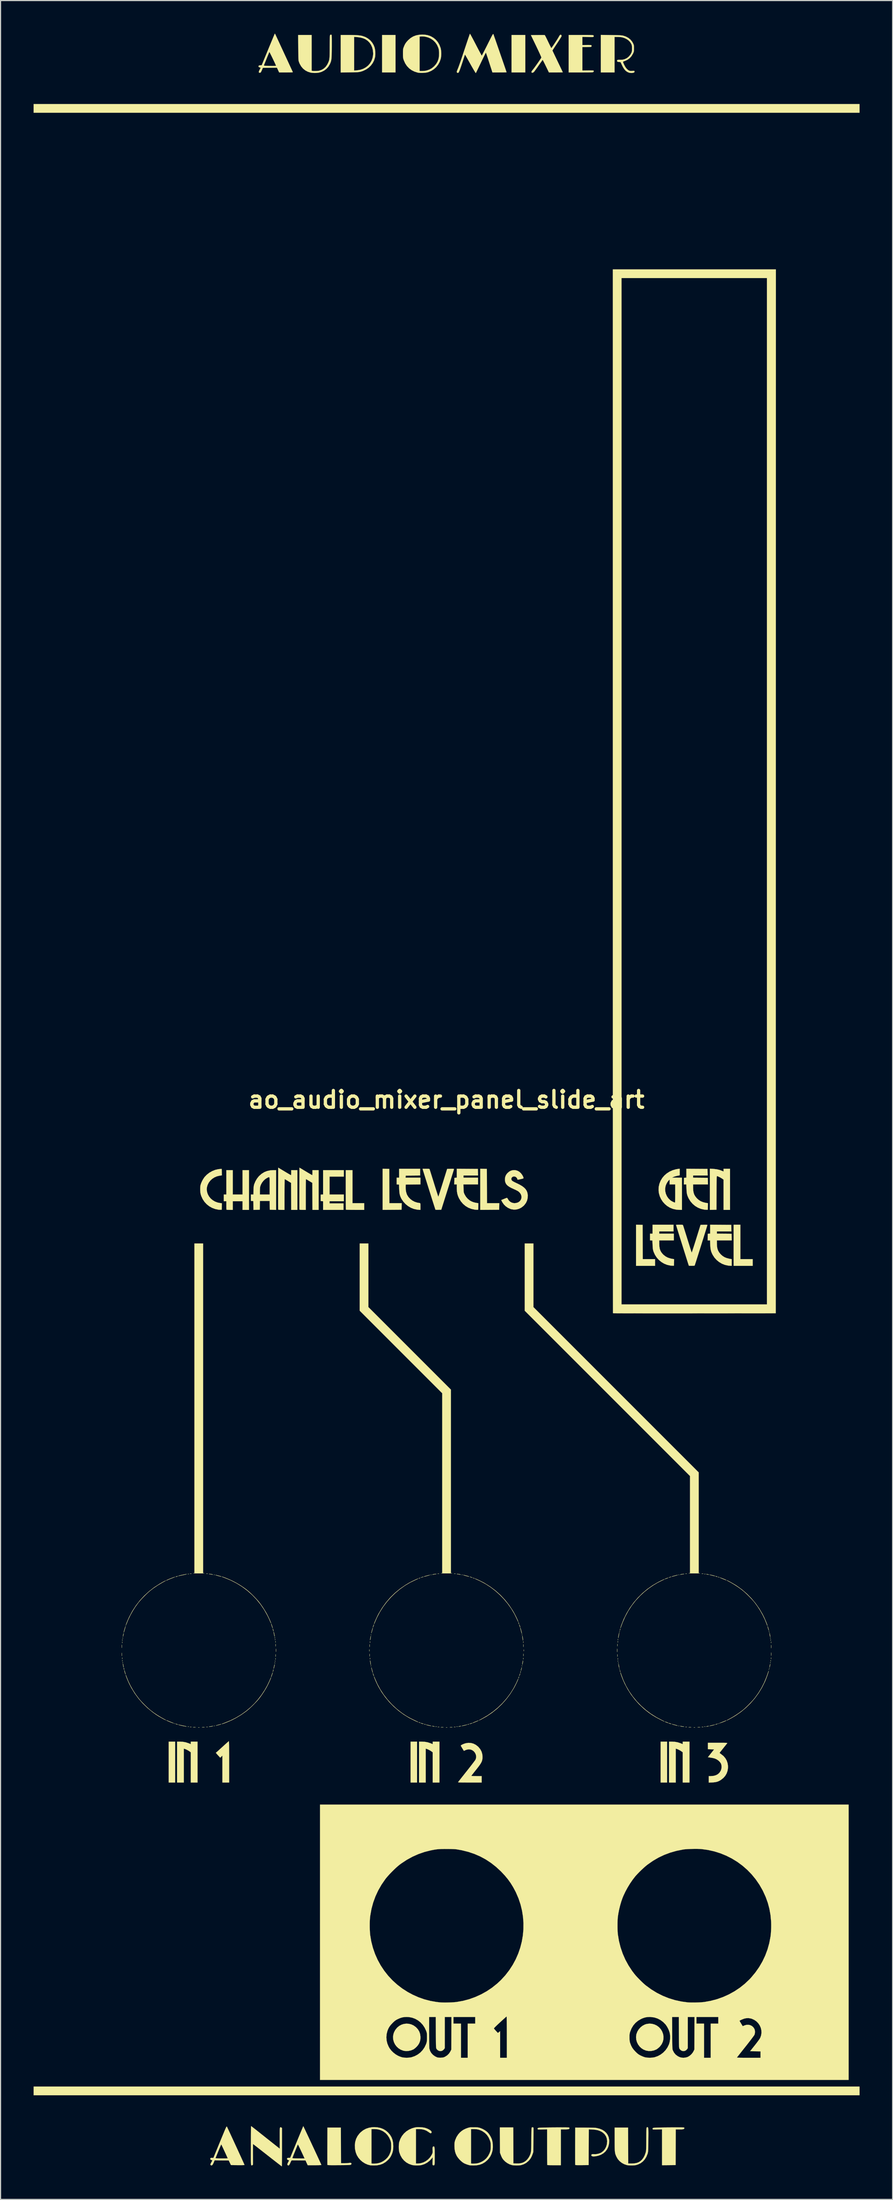
<source format=kicad_pcb>
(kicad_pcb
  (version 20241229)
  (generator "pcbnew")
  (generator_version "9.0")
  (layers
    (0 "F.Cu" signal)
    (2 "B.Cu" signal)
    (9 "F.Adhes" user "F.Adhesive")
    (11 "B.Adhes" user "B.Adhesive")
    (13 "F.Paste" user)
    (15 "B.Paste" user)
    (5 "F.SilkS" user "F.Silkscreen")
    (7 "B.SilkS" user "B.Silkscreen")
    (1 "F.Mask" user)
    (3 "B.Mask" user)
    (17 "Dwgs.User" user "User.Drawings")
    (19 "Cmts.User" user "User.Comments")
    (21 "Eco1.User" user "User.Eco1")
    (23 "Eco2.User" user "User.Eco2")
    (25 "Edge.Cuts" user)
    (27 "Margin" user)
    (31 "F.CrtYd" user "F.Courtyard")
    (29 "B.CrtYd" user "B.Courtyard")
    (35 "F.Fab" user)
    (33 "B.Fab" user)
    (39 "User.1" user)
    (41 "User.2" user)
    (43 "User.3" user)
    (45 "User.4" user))
  (footprint "ao_audio_mixer_panel_slide_art"
    (layer "F.Cu")
    (at 37.495 96.797)
    (property "Reference" "ao_audio_mixer_panel_slide_art" (at 0 0 0) (layer "F.SilkS") (effects (font (size 1.524 1.524) (thickness 0.3))))
    (attr through_hole)
    (fp_poly (pts (xy -24.638 62.001) (xy -25.222 62.001) (xy -25.222 58.293) (xy -24.638 58.293) (xy -24.638 62.001)) (stroke (width 0.01) (type solid)) (fill yes) (layer "F.SilkS"))
    (fp_poly (pts (xy -4.623 -93.269) (xy -5.842 -93.269) (xy -5.842 -96.672) (xy -4.623 -96.672) (xy -4.623 -93.269)) (stroke (width 0.01) (type solid)) (fill yes) (layer "F.SilkS"))
    (fp_poly (pts (xy -2.667 62.001) (xy -3.251 62.001) (xy -3.251 58.293) (xy -2.667 58.293) (xy -2.667 62.001)) (stroke (width 0.01) (type solid)) (fill yes) (layer "F.SilkS"))
    (fp_poly (pts (xy 7.163 -93.269) (xy 5.918 -93.269) (xy 5.918 -96.672) (xy 7.163 -96.672) (xy 7.163 -93.269)) (stroke (width 0.01) (type solid)) (fill yes) (layer "F.SilkS"))
    (fp_poly (pts (xy 20.041 62.001) (xy 19.456 62.001) (xy 19.456 58.293) (xy 20.041 58.293) (xy 20.041 62.001)) (stroke (width 0.01) (type solid)) (fill yes) (layer "F.SilkS"))
    (fp_poly (pts (xy 37.516 -89.611) (xy -37.49 -89.611) (xy -37.49 -90.399) (xy 37.516 -90.399) (xy 37.516 -89.611)) (stroke (width 0.01) (type solid)) (fill yes) (layer "F.SilkS"))
    (fp_poly (pts (xy 37.516 90.399) (xy -37.49 90.399) (xy -37.49 89.611) (xy 37.516 89.611) (xy 37.516 90.399)) (stroke (width 0.01) (type solid)) (fill yes) (layer "F.SilkS"))
    (fp_poly (pts (xy -29.117 47.735) (xy -29.114 47.765) (xy -29.117 47.769) (xy -29.132 47.765) (xy -29.134 47.752) (xy -29.125 47.731) (xy -29.117 47.735)) (stroke (width 0.01) (type solid)) (fill yes) (layer "F.SilkS"))
    (fp_poly (pts (xy -24.723 56.625) (xy -24.726 56.64) (xy -24.74 56.642) (xy -24.761 56.633) (xy -24.757 56.625) (xy -24.726 56.622) (xy -24.723 56.625)) (stroke (width 0.01) (type solid)) (fill yes) (layer "F.SilkS"))
    (fp_poly (pts (xy -24.646 56.65) (xy -24.65 56.666) (xy -24.663 56.667) (xy -24.684 56.658) (xy -24.68 56.65) (xy -24.65 56.647) (xy -24.646 56.65)) (stroke (width 0.01) (type solid)) (fill yes) (layer "F.SilkS"))
    (fp_poly (pts (xy -21.05 43.138) (xy -21.047 43.147) (xy -21.082 43.151) (xy -21.118 43.147) (xy -21.114 43.138) (xy -21.062 43.134) (xy -21.05 43.138)) (stroke (width 0.01) (type solid)) (fill yes) (layer "F.SilkS"))
    (fp_poly (pts (xy -21.05 56.854) (xy -21.047 56.863) (xy -21.082 56.867) (xy -21.118 56.863) (xy -21.114 56.854) (xy -21.062 56.85) (xy -21.05 56.854)) (stroke (width 0.01) (type solid)) (fill yes) (layer "F.SilkS"))
    (fp_poly (pts (xy -6.841 48.558) (xy -6.838 48.61) (xy -6.841 48.622) (xy -6.85 48.625) (xy -6.854 48.59) (xy -6.85 48.554) (xy -6.841 48.558)) (stroke (width 0.01) (type solid)) (fill yes) (layer "F.SilkS"))
    (fp_poly (pts (xy -6.841 51.378) (xy -6.838 51.43) (xy -6.841 51.441) (xy -6.85 51.445) (xy -6.854 51.41) (xy -6.85 51.374) (xy -6.841 51.378)) (stroke (width 0.01) (type solid)) (fill yes) (layer "F.SilkS"))
    (fp_poly (pts (xy -1.365 43.138) (xy -1.362 43.147) (xy -1.397 43.151) (xy -1.433 43.147) (xy -1.429 43.138) (xy -1.377 43.134) (xy -1.365 43.138)) (stroke (width 0.01) (type solid)) (fill yes) (layer "F.SilkS"))
    (fp_poly (pts (xy 1.454 43.138) (xy 1.457 43.147) (xy 1.422 43.151) (xy 1.386 43.147) (xy 1.391 43.138) (xy 1.443 43.134) (xy 1.454 43.138)) (stroke (width 0.01) (type solid)) (fill yes) (layer "F.SilkS"))
    (fp_poly (pts (xy 6.875 48.558) (xy 6.878 48.61) (xy 6.875 48.622) (xy 6.866 48.625) (xy 6.862 48.59) (xy 6.866 48.554) (xy 6.875 48.558)) (stroke (width 0.01) (type solid)) (fill yes) (layer "F.SilkS"))
    (fp_poly (pts (xy 6.875 51.378) (xy 6.878 51.43) (xy 6.875 51.441) (xy 6.866 51.445) (xy 6.862 51.41) (xy 6.866 51.374) (xy 6.875 51.378)) (stroke (width 0.01) (type solid)) (fill yes) (layer "F.SilkS"))
    (fp_poly (pts (xy 15.715 48.331) (xy 15.718 48.371) (xy 15.713 48.38) (xy 15.701 48.373) (xy 15.699 48.347) (xy 15.705 48.32) (xy 15.715 48.331)) (stroke (width 0.01) (type solid)) (fill yes) (layer "F.SilkS"))
    (fp_poly (pts (xy 15.715 51.633) (xy 15.718 51.673) (xy 15.713 51.682) (xy 15.701 51.675) (xy 15.699 51.649) (xy 15.705 51.622) (xy 15.715 51.633)) (stroke (width 0.01) (type solid)) (fill yes) (layer "F.SilkS"))
    (fp_poly (pts (xy 15.74 48.23) (xy 15.743 48.27) (xy 15.738 48.279) (xy 15.726 48.271) (xy 15.725 48.245) (xy 15.731 48.218) (xy 15.74 48.23)) (stroke (width 0.01) (type solid)) (fill yes) (layer "F.SilkS"))
    (fp_poly (pts (xy 15.74 51.735) (xy 15.743 51.775) (xy 15.738 51.784) (xy 15.726 51.776) (xy 15.725 51.75) (xy 15.731 51.723) (xy 15.74 51.735)) (stroke (width 0.01) (type solid)) (fill yes) (layer "F.SilkS"))
    (fp_poly (pts (xy 21.139 43.138) (xy 21.142 43.147) (xy 21.107 43.151) (xy 21.071 43.147) (xy 21.076 43.138) (xy 21.128 43.134) (xy 21.139 43.138)) (stroke (width 0.01) (type solid)) (fill yes) (layer "F.SilkS"))
    (fp_poly (pts (xy 21.139 56.854) (xy 21.142 56.863) (xy 21.107 56.867) (xy 21.071 56.863) (xy 21.076 56.854) (xy 21.128 56.85) (xy 21.139 56.854)) (stroke (width 0.01) (type solid)) (fill yes) (layer "F.SilkS"))
    (fp_poly (pts (xy 24.706 56.65) (xy 24.702 56.666) (xy 24.689 56.667) (xy 24.668 56.658) (xy 24.672 56.65) (xy 24.702 56.647) (xy 24.706 56.65)) (stroke (width 0.01) (type solid)) (fill yes) (layer "F.SilkS"))
    (fp_poly (pts (xy 24.782 56.625) (xy 24.778 56.64) (xy 24.765 56.642) (xy 24.744 56.633) (xy 24.748 56.625) (xy 24.778 56.622) (xy 24.782 56.625)) (stroke (width 0.01) (type solid)) (fill yes) (layer "F.SilkS"))
    (fp_poly (pts (xy 26.695 14.478) (xy 27.813 14.478) (xy 27.813 15.088) (xy 26.086 15.088) (xy 26.086 11.354) (xy 26.695 11.354) (xy 26.695 14.478)) (stroke (width 0.01) (type solid)) (fill yes) (layer "F.SilkS"))
    (fp_poly (pts (xy 29.304 48.255) (xy 29.307 48.295) (xy 29.302 48.304) (xy 29.29 48.296) (xy 29.288 48.271) (xy 29.294 48.243) (xy 29.304 48.255)) (stroke (width 0.01) (type solid)) (fill yes) (layer "F.SilkS"))
    (fp_poly (pts (xy 29.304 51.71) (xy 29.307 51.749) (xy 29.302 51.758) (xy 29.29 51.751) (xy 29.288 51.725) (xy 29.294 51.698) (xy 29.304 51.71)) (stroke (width 0.01) (type solid)) (fill yes) (layer "F.SilkS"))
    (fp_poly (pts (xy 29.329 48.357) (xy 29.332 48.397) (xy 29.327 48.406) (xy 29.315 48.398) (xy 29.314 48.372) (xy 29.32 48.345) (xy 29.329 48.357)) (stroke (width 0.01) (type solid)) (fill yes) (layer "F.SilkS"))
    (fp_poly (pts (xy 29.329 51.608) (xy 29.332 51.648) (xy 29.327 51.657) (xy 29.315 51.649) (xy 29.314 51.623) (xy 29.32 51.596) (xy 29.329 51.608)) (stroke (width 0.01) (type solid)) (fill yes) (layer "F.SilkS"))
    (fp_poly (pts (xy 17.52 11.359) (xy 17.818 11.367) (xy 17.831 14.478) (xy 18.948 14.478) (xy 18.948 15.088) (xy 17.221 15.088) (xy 17.221 11.352) (xy 17.52 11.359)) (stroke (width 0.01) (type solid)) (fill yes) (layer "F.SilkS"))
    (fp_poly (pts (xy -29.446 49.219) (xy -29.442 49.293) (xy -29.446 49.333) (xy -29.452 49.345) (xy -29.456 49.313) (xy -29.457 49.276) (xy -29.455 49.221) (xy -29.45 49.206) (xy -29.446 49.219)) (stroke (width 0.01) (type solid)) (fill yes) (layer "F.SilkS"))
    (fp_poly (pts (xy -29.446 50.667) (xy -29.442 50.741) (xy -29.446 50.781) (xy -29.452 50.793) (xy -29.456 50.761) (xy -29.457 50.724) (xy -29.455 50.669) (xy -29.45 50.654) (xy -29.446 50.667)) (stroke (width 0.01) (type solid)) (fill yes) (layer "F.SilkS"))
    (fp_poly (pts (xy -29.421 49.016) (xy -29.417 49.082) (xy -29.421 49.118) (xy -29.428 49.123) (xy -29.432 49.087) (xy -29.432 49.06) (xy -29.43 49.011) (xy -29.424 49.003) (xy -29.421 49.016)) (stroke (width 0.01) (type solid)) (fill yes) (layer "F.SilkS"))
    (fp_poly (pts (xy -29.421 50.896) (xy -29.417 50.962) (xy -29.421 50.997) (xy -29.428 51.003) (xy -29.432 50.967) (xy -29.432 50.94) (xy -29.43 50.891) (xy -29.424 50.883) (xy -29.421 50.896)) (stroke (width 0.01) (type solid)) (fill yes) (layer "F.SilkS"))
    (fp_poly (pts (xy -29.397 48.847) (xy -29.396 48.851) (xy -29.392 48.906) (xy -29.397 48.927) (xy -29.405 48.928) (xy -29.408 48.888) (xy -29.408 48.882) (xy -29.405 48.843) (xy -29.397 48.847)) (stroke (width 0.01) (type solid)) (fill yes) (layer "F.SilkS"))
    (fp_poly (pts (xy -29.397 51.082) (xy -29.396 51.086) (xy -29.392 51.142) (xy -29.397 51.162) (xy -29.405 51.163) (xy -29.408 51.124) (xy -29.408 51.117) (xy -29.405 51.078) (xy -29.397 51.082)) (stroke (width 0.01) (type solid)) (fill yes) (layer "F.SilkS"))
    (fp_poly (pts (xy -23.4 43.061) (xy -23.392 43.068) (xy -23.427 43.072) (xy -23.444 43.073) (xy -23.49 43.07) (xy -23.496 43.063) (xy -23.489 43.061) (xy -23.424 43.057) (xy -23.4 43.061)) (stroke (width 0.01) (type solid)) (fill yes) (layer "F.SilkS"))
    (fp_poly (pts (xy -23.4 56.929) (xy -23.392 56.937) (xy -23.427 56.941) (xy -23.444 56.941) (xy -23.49 56.938) (xy -23.496 56.932) (xy -23.489 56.929) (xy -23.424 56.925) (xy -23.4 56.929)) (stroke (width 0.01) (type solid)) (fill yes) (layer "F.SilkS"))
    (fp_poly (pts (xy -23.158 43.035) (xy -23.148 43.041) (xy -23.181 43.045) (xy -23.228 43.046) (xy -23.286 43.044) (xy -23.303 43.039) (xy -23.285 43.035) (xy -23.21 43.031) (xy -23.158 43.035)) (stroke (width 0.01) (type solid)) (fill yes) (layer "F.SilkS"))
    (fp_poly (pts (xy -23.158 56.954) (xy -23.148 56.96) (xy -23.181 56.964) (xy -23.228 56.965) (xy -23.286 56.963) (xy -23.303 56.958) (xy -23.285 56.954) (xy -23.21 56.95) (xy -23.158 56.954)) (stroke (width 0.01) (type solid)) (fill yes) (layer "F.SilkS"))
    (fp_poly (pts (xy -22.434 57.006) (xy -22.428 57.012) (xy -22.465 57.016) (xy -22.492 57.017) (xy -22.541 57.014) (xy -22.548 57.008) (xy -22.536 57.005) (xy -22.47 57.001) (xy -22.434 57.006)) (stroke (width 0.01) (type solid)) (fill yes) (layer "F.SilkS"))
    (fp_poly (pts (xy -21.685 43.035) (xy -21.673 43.041) (xy -21.705 43.045) (xy -21.742 43.046) (xy -21.797 43.044) (xy -21.812 43.039) (xy -21.8 43.035) (xy -21.726 43.031) (xy -21.685 43.035)) (stroke (width 0.01) (type solid)) (fill yes) (layer "F.SilkS"))
    (fp_poly (pts (xy -21.685 56.954) (xy -21.673 56.961) (xy -21.705 56.965) (xy -21.742 56.965) (xy -21.797 56.963) (xy -21.812 56.958) (xy -21.8 56.954) (xy -21.726 56.95) (xy -21.685 56.954)) (stroke (width 0.01) (type solid)) (fill yes) (layer "F.SilkS"))
    (fp_poly (pts (xy -15.579 48.821) (xy -15.578 48.826) (xy -15.574 48.881) (xy -15.579 48.902) (xy -15.587 48.903) (xy -15.591 48.863) (xy -15.591 48.857) (xy -15.587 48.818) (xy -15.579 48.821)) (stroke (width 0.01) (type solid)) (fill yes) (layer "F.SilkS"))
    (fp_poly (pts (xy -15.579 51.107) (xy -15.578 51.112) (xy -15.574 51.167) (xy -15.579 51.188) (xy -15.587 51.189) (xy -15.591 51.149) (xy -15.591 51.143) (xy -15.587 51.104) (xy -15.579 51.107)) (stroke (width 0.01) (type solid)) (fill yes) (layer "F.SilkS"))
    (fp_poly (pts (xy -15.553 48.978) (xy -15.549 49.042) (xy -15.553 49.066) (xy -15.56 49.074) (xy -15.564 49.039) (xy -15.564 49.022) (xy -15.562 48.976) (xy -15.555 48.97) (xy -15.553 48.978)) (stroke (width 0.01) (type solid)) (fill yes) (layer "F.SilkS"))
    (fp_poly (pts (xy -15.553 50.933) (xy -15.549 50.998) (xy -15.553 51.022) (xy -15.56 51.03) (xy -15.564 50.995) (xy -15.564 50.978) (xy -15.562 50.932) (xy -15.555 50.926) (xy -15.553 50.933)) (stroke (width 0.01) (type solid)) (fill yes) (layer "F.SilkS"))
    (fp_poly (pts (xy -15.527 49.168) (xy -15.523 49.242) (xy -15.527 49.282) (xy -15.533 49.294) (xy -15.537 49.262) (xy -15.538 49.225) (xy -15.536 49.17) (xy -15.531 49.155) (xy -15.527 49.168)) (stroke (width 0.01) (type solid)) (fill yes) (layer "F.SilkS"))
    (fp_poly (pts (xy -15.527 50.717) (xy -15.523 50.791) (xy -15.527 50.832) (xy -15.533 50.844) (xy -15.537 50.812) (xy -15.538 50.775) (xy -15.536 50.72) (xy -15.531 50.705) (xy -15.527 50.717)) (stroke (width 0.01) (type solid)) (fill yes) (layer "F.SilkS"))
    (fp_poly (pts (xy -6.942 49.193) (xy -6.937 49.267) (xy -6.942 49.308) (xy -6.948 49.32) (xy -6.952 49.288) (xy -6.953 49.251) (xy -6.951 49.196) (xy -6.946 49.181) (xy -6.942 49.193)) (stroke (width 0.01) (type solid)) (fill yes) (layer "F.SilkS"))
    (fp_poly (pts (xy -6.942 50.692) (xy -6.937 50.766) (xy -6.942 50.806) (xy -6.948 50.818) (xy -6.952 50.786) (xy -6.953 50.749) (xy -6.951 50.694) (xy -6.946 50.679) (xy -6.942 50.692)) (stroke (width 0.01) (type solid)) (fill yes) (layer "F.SilkS"))
    (fp_poly (pts (xy -5.493 6.279) (xy -5.194 6.287) (xy -5.181 9.398) (xy -4.062 9.398) (xy -4.077 9.995) (xy -4.934 10.002) (xy -5.791 10.008) (xy -5.791 6.272) (xy -5.493 6.279)) (stroke (width 0.01) (type solid)) (fill yes) (layer "F.SilkS"))
    (fp_poly (pts (xy -1.952 56.706) (xy -1.918 56.718) (xy -1.89 56.735) (xy -1.905 56.74) (xy -1.959 56.73) (xy -1.994 56.718) (xy -2.022 56.701) (xy -2.007 56.696) (xy -1.952 56.706)) (stroke (width 0.01) (type solid)) (fill yes) (layer "F.SilkS"))
    (fp_poly (pts (xy -0.895 56.929) (xy -0.887 56.937) (xy -0.923 56.941) (xy -0.94 56.941) (xy -0.986 56.938) (xy -0.991 56.932) (xy -0.984 56.929) (xy -0.92 56.925) (xy -0.895 56.929)) (stroke (width 0.01) (type solid)) (fill yes) (layer "F.SilkS"))
    (fp_poly (pts (xy -0.679 43.035) (xy -0.667 43.041) (xy -0.699 43.045) (xy -0.737 43.046) (xy -0.792 43.044) (xy -0.807 43.039) (xy -0.794 43.035) (xy -0.72 43.031) (xy -0.679 43.035)) (stroke (width 0.01) (type solid)) (fill yes) (layer "F.SilkS"))
    (fp_poly (pts (xy -0.654 56.954) (xy -0.643 56.96) (xy -0.677 56.964) (xy -0.724 56.965) (xy -0.782 56.963) (xy -0.798 56.958) (xy -0.781 56.954) (xy -0.706 56.95) (xy -0.654 56.954)) (stroke (width 0.01) (type solid)) (fill yes) (layer "F.SilkS"))
    (fp_poly (pts (xy 0.07 57.006) (xy 0.076 57.012) (xy 0.04 57.016) (xy 0.013 57.017) (xy -0.036 57.014) (xy -0.044 57.008) (xy -0.031 57.005) (xy 0.035 57.001) (xy 0.07 57.006)) (stroke (width 0.01) (type solid)) (fill yes) (layer "F.SilkS"))
    (fp_poly (pts (xy 0.819 43.035) (xy 0.831 43.041) (xy 0.799 43.045) (xy 0.762 43.046) (xy 0.707 43.044) (xy 0.692 43.039) (xy 0.705 43.035) (xy 0.779 43.031) (xy 0.819 43.035)) (stroke (width 0.01) (type solid)) (fill yes) (layer "F.SilkS"))
    (fp_poly (pts (xy 0.819 56.954) (xy 0.83 56.96) (xy 0.796 56.964) (xy 0.749 56.965) (xy 0.692 56.963) (xy 0.675 56.958) (xy 0.692 56.954) (xy 0.768 56.95) (xy 0.819 56.954)) (stroke (width 0.01) (type solid)) (fill yes) (layer "F.SilkS"))
    (fp_poly (pts (xy 1.01 56.929) (xy 1.018 56.937) (xy 0.982 56.941) (xy 0.965 56.941) (xy 0.919 56.938) (xy 0.914 56.932) (xy 0.921 56.929) (xy 0.985 56.925) (xy 1.01 56.929)) (stroke (width 0.01) (type solid)) (fill yes) (layer "F.SilkS"))
    (fp_poly (pts (xy 2.046 56.703) (xy 2.019 56.718) (xy 1.96 56.736) (xy 1.93 56.74) (xy 1.916 56.734) (xy 1.943 56.718) (xy 2.002 56.7) (xy 2.032 56.696) (xy 2.046 56.703)) (stroke (width 0.01) (type solid)) (fill yes) (layer "F.SilkS"))
    (fp_poly (pts (xy 3.372 6.279) (xy 3.67 6.287) (xy 3.683 9.398) (xy 4.802 9.398) (xy 4.788 9.995) (xy 3.931 10.002) (xy 3.073 10.008) (xy 3.073 6.272) (xy 3.372 6.279)) (stroke (width 0.01) (type solid)) (fill yes) (layer "F.SilkS"))
    (fp_poly (pts (xy 6.753 51.918) (xy 6.743 51.972) (xy 6.731 52.007) (xy 6.714 52.034) (xy 6.709 52.019) (xy 6.719 51.965) (xy 6.731 51.93) (xy 6.748 51.903) (xy 6.753 51.918)) (stroke (width 0.01) (type solid)) (fill yes) (layer "F.SilkS"))
    (fp_poly (pts (xy 6.978 49.193) (xy 6.982 49.267) (xy 6.978 49.308) (xy 6.971 49.32) (xy 6.967 49.288) (xy 6.967 49.251) (xy 6.968 49.196) (xy 6.974 49.181) (xy 6.978 49.193)) (stroke (width 0.01) (type solid)) (fill yes) (layer "F.SilkS"))
    (fp_poly (pts (xy 6.978 50.692) (xy 6.982 50.766) (xy 6.978 50.806) (xy 6.971 50.818) (xy 6.967 50.786) (xy 6.967 50.749) (xy 6.968 50.694) (xy 6.974 50.679) (xy 6.978 50.692)) (stroke (width 0.01) (type solid)) (fill yes) (layer "F.SilkS"))
    (fp_poly (pts (xy 7.029 49.943) (xy 7.033 50.018) (xy 7.028 50.07) (xy 7.022 50.08) (xy 7.018 50.047) (xy 7.018 50) (xy 7.02 49.942) (xy 7.024 49.925) (xy 7.029 49.943)) (stroke (width 0.01) (type solid)) (fill yes) (layer "F.SilkS"))
    (fp_poly (pts (xy 15.563 49.168) (xy 15.567 49.242) (xy 15.563 49.282) (xy 15.556 49.294) (xy 15.552 49.262) (xy 15.552 49.225) (xy 15.554 49.17) (xy 15.559 49.155) (xy 15.563 49.168)) (stroke (width 0.01) (type solid)) (fill yes) (layer "F.SilkS"))
    (fp_poly (pts (xy 15.563 50.717) (xy 15.567 50.791) (xy 15.563 50.832) (xy 15.556 50.844) (xy 15.552 50.812) (xy 15.552 50.775) (xy 15.554 50.72) (xy 15.559 50.705) (xy 15.563 50.717)) (stroke (width 0.01) (type solid)) (fill yes) (layer "F.SilkS"))
    (fp_poly (pts (xy 15.588 48.978) (xy 15.592 49.042) (xy 15.588 49.066) (xy 15.58 49.074) (xy 15.576 49.039) (xy 15.576 49.022) (xy 15.579 48.976) (xy 15.585 48.97) (xy 15.588 48.978)) (stroke (width 0.01) (type solid)) (fill yes) (layer "F.SilkS"))
    (fp_poly (pts (xy 15.588 50.933) (xy 15.592 50.998) (xy 15.588 51.022) (xy 15.58 51.03) (xy 15.576 50.995) (xy 15.576 50.978) (xy 15.579 50.932) (xy 15.585 50.926) (xy 15.588 50.933)) (stroke (width 0.01) (type solid)) (fill yes) (layer "F.SilkS"))
    (fp_poly (pts (xy 15.612 51.107) (xy 15.613 51.112) (xy 15.617 51.167) (xy 15.612 51.188) (xy 15.604 51.189) (xy 15.601 51.149) (xy 15.601 51.143) (xy 15.604 51.104) (xy 15.612 51.107)) (stroke (width 0.01) (type solid)) (fill yes) (layer "F.SilkS"))
    (fp_poly (pts (xy 15.769 51.838) (xy 15.784 51.881) (xy 15.793 51.934) (xy 15.79 51.96) (xy 15.777 51.947) (xy 15.763 51.903) (xy 15.754 51.85) (xy 15.756 51.825) (xy 15.769 51.838)) (stroke (width 0.01) (type solid)) (fill yes) (layer "F.SilkS"))
    (fp_poly (pts (xy 15.795 48.057) (xy 15.785 48.111) (xy 15.773 48.146) (xy 15.757 48.173) (xy 15.752 48.158) (xy 15.761 48.104) (xy 15.773 48.069) (xy 15.79 48.042) (xy 15.795 48.057)) (stroke (width 0.01) (type solid)) (fill yes) (layer "F.SilkS"))
    (fp_poly (pts (xy 21.825 43.035) (xy 21.837 43.041) (xy 21.805 43.045) (xy 21.768 43.046) (xy 21.713 43.044) (xy 21.698 43.039) (xy 21.711 43.035) (xy 21.785 43.031) (xy 21.825 43.035)) (stroke (width 0.01) (type solid)) (fill yes) (layer "F.SilkS"))
    (fp_poly (pts (xy 21.825 56.954) (xy 21.837 56.961) (xy 21.805 56.965) (xy 21.768 56.965) (xy 21.713 56.963) (xy 21.698 56.958) (xy 21.711 56.954) (xy 21.785 56.95) (xy 21.825 56.954)) (stroke (width 0.01) (type solid)) (fill yes) (layer "F.SilkS"))
    (fp_poly (pts (xy 22.575 57.006) (xy 22.58 57.012) (xy 22.544 57.016) (xy 22.517 57.017) (xy 22.468 57.014) (xy 22.46 57.008) (xy 22.473 57.005) (xy 22.539 57.001) (xy 22.575 57.006)) (stroke (width 0.01) (type solid)) (fill yes) (layer "F.SilkS"))
    (fp_poly (pts (xy 23.324 43.035) (xy 23.334 43.041) (xy 23.301 43.045) (xy 23.254 43.046) (xy 23.196 43.044) (xy 23.179 43.039) (xy 23.197 43.035) (xy 23.272 43.031) (xy 23.324 43.035)) (stroke (width 0.01) (type solid)) (fill yes) (layer "F.SilkS"))
    (fp_poly (pts (xy 23.324 56.954) (xy 23.334 56.96) (xy 23.301 56.964) (xy 23.254 56.965) (xy 23.196 56.963) (xy 23.179 56.958) (xy 23.197 56.954) (xy 23.272 56.95) (xy 23.324 56.954)) (stroke (width 0.01) (type solid)) (fill yes) (layer "F.SilkS"))
    (fp_poly (pts (xy 23.514 43.061) (xy 23.522 43.068) (xy 23.487 43.072) (xy 23.47 43.073) (xy 23.423 43.07) (xy 23.418 43.063) (xy 23.425 43.061) (xy 23.49 43.057) (xy 23.514 43.061)) (stroke (width 0.01) (type solid)) (fill yes) (layer "F.SilkS"))
    (fp_poly (pts (xy 23.514 56.929) (xy 23.522 56.937) (xy 23.487 56.941) (xy 23.47 56.941) (xy 23.423 56.938) (xy 23.418 56.932) (xy 23.425 56.929) (xy 23.49 56.925) (xy 23.514 56.929)) (stroke (width 0.01) (type solid)) (fill yes) (layer "F.SilkS"))
    (fp_poly (pts (xy 24.743 43.347) (xy 24.765 43.358) (xy 24.785 43.377) (xy 24.766 43.379) (xy 24.719 43.365) (xy 24.701 43.358) (xy 24.673 43.34) (xy 24.689 43.335) (xy 24.743 43.347)) (stroke (width 0.01) (type solid)) (fill yes) (layer "F.SilkS"))
    (fp_poly (pts (xy 29.43 48.847) (xy 29.431 48.851) (xy 29.435 48.906) (xy 29.43 48.927) (xy 29.422 48.928) (xy 29.418 48.888) (xy 29.418 48.882) (xy 29.422 48.843) (xy 29.43 48.847)) (stroke (width 0.01) (type solid)) (fill yes) (layer "F.SilkS"))
    (fp_poly (pts (xy 29.43 51.082) (xy 29.431 51.086) (xy 29.435 51.142) (xy 29.43 51.162) (xy 29.422 51.163) (xy 29.418 51.124) (xy 29.418 51.117) (xy 29.422 51.078) (xy 29.43 51.082)) (stroke (width 0.01) (type solid)) (fill yes) (layer "F.SilkS"))
    (fp_poly (pts (xy 29.457 49.016) (xy 29.461 49.082) (xy 29.456 49.118) (xy 29.449 49.123) (xy 29.445 49.087) (xy 29.445 49.06) (xy 29.448 49.011) (xy 29.453 49.003) (xy 29.457 49.016)) (stroke (width 0.01) (type solid)) (fill yes) (layer "F.SilkS"))
    (fp_poly (pts (xy 29.457 50.896) (xy 29.461 50.962) (xy 29.456 50.997) (xy 29.449 51.003) (xy 29.445 50.967) (xy 29.445 50.94) (xy 29.448 50.891) (xy 29.453 50.883) (xy 29.457 50.896)) (stroke (width 0.01) (type solid)) (fill yes) (layer "F.SilkS"))
    (fp_poly (pts (xy 29.482 49.219) (xy 29.486 49.293) (xy 29.482 49.333) (xy 29.476 49.345) (xy 29.472 49.313) (xy 29.471 49.276) (xy 29.473 49.221) (xy 29.478 49.206) (xy 29.482 49.219)) (stroke (width 0.01) (type solid)) (fill yes) (layer "F.SilkS"))
    (fp_poly (pts (xy 29.482 50.667) (xy 29.486 50.741) (xy 29.482 50.781) (xy 29.476 50.793) (xy 29.472 50.761) (xy 29.471 50.724) (xy 29.473 50.669) (xy 29.478 50.654) (xy 29.482 50.667)) (stroke (width 0.01) (type solid)) (fill yes) (layer "F.SilkS"))
    (fp_poly (pts (xy -6.992 49.93) (xy -6.992 49.931) (xy -6.988 50.013) (xy -6.992 50.083) (xy -6.998 50.097) (xy -7.001 50.067) (xy -7.003 50) (xy -7.001 49.935) (xy -6.997 49.91) (xy -6.992 49.93)) (stroke (width 0.01) (type solid)) (fill yes) (layer "F.SilkS"))
    (fp_poly (pts (xy -29.292 51.611) (xy -29.278 51.659) (xy -29.277 51.667) (xy -29.268 51.731) (xy -29.272 51.757) (xy -29.285 51.74) (xy -29.299 51.689) (xy -29.308 51.631) (xy -29.305 51.598) (xy -29.305 51.597) (xy -29.292 51.611)) (stroke (width 0.01) (type solid)) (fill yes) (layer "F.SilkS"))
    (fp_poly (pts (xy -15.503 49.421) (xy -15.501 49.435) (xy -15.497 49.53) (xy -15.501 49.625) (xy -15.505 49.648) (xy -15.509 49.624) (xy -15.511 49.561) (xy -15.511 49.53) (xy -15.51 49.454) (xy -15.507 49.416) (xy -15.503 49.421)) (stroke (width 0.01) (type solid)) (fill yes) (layer "F.SilkS"))
    (fp_poly (pts (xy -15.503 50.361) (xy -15.501 50.375) (xy -15.497 50.47) (xy -15.501 50.565) (xy -15.505 50.587) (xy -15.509 50.564) (xy -15.511 50.501) (xy -15.511 50.47) (xy -15.51 50.393) (xy -15.507 50.355) (xy -15.503 50.361)) (stroke (width 0.01) (type solid)) (fill yes) (layer "F.SilkS"))
    (fp_poly (pts (xy -2.489 56.531) (xy -2.434 56.548) (xy -2.388 56.568) (xy -2.366 56.584) (xy -2.375 56.589) (xy -2.414 56.579) (xy -2.473 56.554) (xy -2.477 56.552) (xy -2.521 56.529) (xy -2.521 56.524) (xy -2.489 56.531)) (stroke (width 0.01) (type solid)) (fill yes) (layer "F.SilkS"))
    (fp_poly (pts (xy -2.383 43.427) (xy -2.388 43.43) (xy -2.442 43.455) (xy -2.489 43.47) (xy -2.527 43.478) (xy -2.519 43.467) (xy -2.515 43.464) (xy -2.46 43.439) (xy -2.413 43.423) (xy -2.375 43.416) (xy -2.383 43.427)) (stroke (width 0.01) (type solid)) (fill yes) (layer "F.SilkS"))
    (fp_poly (pts (xy 2.438 43.425) (xy 2.494 43.442) (xy 2.539 43.462) (xy 2.562 43.478) (xy 2.553 43.483) (xy 2.514 43.472) (xy 2.455 43.447) (xy 2.451 43.446) (xy 2.406 43.423) (xy 2.406 43.418) (xy 2.438 43.425)) (stroke (width 0.01) (type solid)) (fill yes) (layer "F.SilkS"))
    (fp_poly (pts (xy 6.592 52.417) (xy 6.589 52.426) (xy 6.567 52.49) (xy 6.549 52.527) (xy 6.535 52.542) (xy 6.54 52.51) (xy 6.542 52.502) (xy 6.565 52.437) (xy 6.583 52.4) (xy 6.596 52.386) (xy 6.592 52.417)) (stroke (width 0.01) (type solid)) (fill yes) (layer "F.SilkS"))
    (fp_poly (pts (xy 7.002 50.31) (xy 7.004 50.324) (xy 7.008 50.419) (xy 7.004 50.514) (xy 6.999 50.537) (xy 6.996 50.513) (xy 6.994 50.45) (xy 6.994 50.419) (xy 6.995 50.343) (xy 6.998 50.305) (xy 7.002 50.31)) (stroke (width 0.01) (type solid)) (fill yes) (layer "F.SilkS"))
    (fp_poly (pts (xy 15.536 50.361) (xy 15.538 50.375) (xy 15.542 50.47) (xy 15.538 50.565) (xy 15.533 50.587) (xy 15.53 50.564) (xy 15.528 50.501) (xy 15.528 50.47) (xy 15.529 50.393) (xy 15.532 50.355) (xy 15.536 50.361)) (stroke (width 0.01) (type solid)) (fill yes) (layer "F.SilkS"))
    (fp_poly (pts (xy -29.471 49.511) (xy -29.467 49.617) (xy -29.469 49.729) (xy -29.471 49.752) (xy -29.475 49.78) (xy -29.478 49.762) (xy -29.48 49.703) (xy -29.48 49.632) (xy -29.479 49.543) (xy -29.477 49.493) (xy -29.474 49.485) (xy -29.471 49.511)) (stroke (width 0.01) (type solid)) (fill yes) (layer "F.SilkS"))
    (fp_poly (pts (xy -29.471 50.248) (xy -29.467 50.354) (xy -29.469 50.466) (xy -29.471 50.489) (xy -29.475 50.517) (xy -29.478 50.499) (xy -29.48 50.44) (xy -29.48 50.368) (xy -29.479 50.28) (xy -29.477 50.23) (xy -29.474 50.222) (xy -29.471 50.248)) (stroke (width 0.01) (type solid)) (fill yes) (layer "F.SilkS"))
    (fp_poly (pts (xy -22.802 56.978) (xy -22.789 56.979) (xy -22.769 56.984) (xy -22.793 56.987) (xy -22.858 56.989) (xy -22.898 56.989) (xy -22.977 56.988) (xy -23.016 56.985) (xy -23.012 56.981) (xy -22.993 56.979) (xy -22.897 56.975) (xy -22.802 56.978)) (stroke (width 0.01) (type solid)) (fill yes) (layer "F.SilkS"))
    (fp_poly (pts (xy -21.989 56.978) (xy -21.977 56.979) (xy -21.956 56.984) (xy -21.98 56.987) (xy -22.045 56.989) (xy -22.085 56.989) (xy -22.164 56.988) (xy -22.203 56.985) (xy -22.199 56.981) (xy -22.18 56.979) (xy -22.084 56.975) (xy -21.989 56.978)) (stroke (width 0.01) (type solid)) (fill yes) (layer "F.SilkS"))
    (fp_poly (pts (xy -15.475 49.878) (xy -15.471 49.974) (xy -15.474 50.081) (xy -15.475 50.107) (xy -15.479 50.137) (xy -15.483 50.12) (xy -15.485 50.062) (xy -15.485 50) (xy -15.484 49.914) (xy -15.482 49.864) (xy -15.478 49.857) (xy -15.475 49.878)) (stroke (width 0.01) (type solid)) (fill yes) (layer "F.SilkS"))
    (fp_poly (pts (xy -6.969 49.455) (xy -6.966 49.474) (xy -6.962 49.569) (xy -6.965 49.664) (xy -6.967 49.677) (xy -6.971 49.697) (xy -6.974 49.673) (xy -6.976 49.609) (xy -6.976 49.568) (xy -6.975 49.49) (xy -6.972 49.45) (xy -6.969 49.455)) (stroke (width 0.01) (type solid)) (fill yes) (layer "F.SilkS"))
    (fp_poly (pts (xy -6.969 50.318) (xy -6.966 50.337) (xy -6.962 50.433) (xy -6.965 50.528) (xy -6.967 50.54) (xy -6.971 50.561) (xy -6.974 50.537) (xy -6.976 50.472) (xy -6.976 50.432) (xy -6.975 50.353) (xy -6.972 50.314) (xy -6.969 50.318)) (stroke (width 0.01) (type solid)) (fill yes) (layer "F.SilkS"))
    (fp_poly (pts (xy -1.203 56.882) (xy -1.13 56.895) (xy -1.073 56.907) (xy -1.063 56.914) (xy -1.098 56.915) (xy -1.105 56.915) (xy -1.189 56.909) (xy -1.257 56.896) (xy -1.297 56.883) (xy -1.295 56.876) (xy -1.261 56.876) (xy -1.203 56.882)) (stroke (width 0.01) (type solid)) (fill yes) (layer "F.SilkS"))
    (fp_poly (pts (xy -0.298 56.978) (xy -0.285 56.979) (xy -0.264 56.984) (xy -0.289 56.987) (xy -0.353 56.989) (xy -0.394 56.989) (xy -0.472 56.988) (xy -0.512 56.985) (xy -0.507 56.981) (xy -0.488 56.979) (xy -0.392 56.975) (xy -0.298 56.978)) (stroke (width 0.01) (type solid)) (fill yes) (layer "F.SilkS"))
    (fp_poly (pts (xy 0.515 56.978) (xy 0.528 56.979) (xy 0.548 56.984) (xy 0.524 56.987) (xy 0.46 56.989) (xy 0.419 56.989) (xy 0.341 56.988) (xy 0.301 56.985) (xy 0.306 56.981) (xy 0.325 56.979) (xy 0.42 56.975) (xy 0.515 56.978)) (stroke (width 0.01) (type solid)) (fill yes) (layer "F.SilkS"))
    (fp_poly (pts (xy 1.321 56.876) (xy 1.322 56.883) (xy 1.283 56.896) (xy 1.198 56.911) (xy 1.13 56.915) (xy 1.09 56.914) (xy 1.094 56.909) (xy 1.146 56.897) (xy 1.156 56.895) (xy 1.229 56.882) (xy 1.287 56.876) (xy 1.321 56.876)) (stroke (width 0.01) (type solid)) (fill yes) (layer "F.SilkS"))
    (fp_poly (pts (xy 7.001 49.455) (xy 7.004 49.474) (xy 7.008 49.569) (xy 7.005 49.664) (xy 7.003 49.677) (xy 6.999 49.697) (xy 6.996 49.673) (xy 6.994 49.609) (xy 6.994 49.568) (xy 6.995 49.49) (xy 6.998 49.45) (xy 7.001 49.455)) (stroke (width 0.01) (type solid)) (fill yes) (layer "F.SilkS"))
    (fp_poly (pts (xy 15.513 49.88) (xy 15.516 49.987) (xy 15.515 50.098) (xy 15.513 50.134) (xy 15.509 50.161) (xy 15.506 50.141) (xy 15.504 50.081) (xy 15.503 50) (xy 15.504 49.91) (xy 15.506 49.858) (xy 15.509 49.849) (xy 15.513 49.88)) (stroke (width 0.01) (type solid)) (fill yes) (layer "F.SilkS"))
    (fp_poly (pts (xy 15.537 49.425) (xy 15.538 49.435) (xy 15.542 49.525) (xy 15.538 49.61) (xy 15.538 49.613) (xy 15.533 49.631) (xy 15.529 49.603) (xy 15.528 49.537) (xy 15.528 49.517) (xy 15.529 49.445) (xy 15.532 49.413) (xy 15.537 49.425)) (stroke (width 0.01) (type solid)) (fill yes) (layer "F.SilkS"))
    (fp_poly (pts (xy 22.207 56.978) (xy 22.219 56.979) (xy 22.24 56.984) (xy 22.216 56.987) (xy 22.151 56.989) (xy 22.111 56.989) (xy 22.032 56.988) (xy 21.993 56.985) (xy 21.997 56.981) (xy 22.016 56.979) (xy 22.112 56.975) (xy 22.207 56.978)) (stroke (width 0.01) (type solid)) (fill yes) (layer "F.SilkS"))
    (fp_poly (pts (xy 23.019 56.978) (xy 23.032 56.979) (xy 23.053 56.984) (xy 23.028 56.987) (xy 22.964 56.989) (xy 22.924 56.989) (xy 22.845 56.988) (xy 22.806 56.985) (xy 22.81 56.981) (xy 22.829 56.979) (xy 22.925 56.975) (xy 23.019 56.978)) (stroke (width 0.01) (type solid)) (fill yes) (layer "F.SilkS"))
    (fp_poly (pts (xy 23.825 56.876) (xy 23.827 56.883) (xy 23.787 56.896) (xy 23.703 56.911) (xy 23.635 56.915) (xy 23.595 56.914) (xy 23.599 56.909) (xy 23.65 56.897) (xy 23.66 56.895) (xy 23.733 56.882) (xy 23.791 56.876) (xy 23.825 56.876)) (stroke (width 0.01) (type solid)) (fill yes) (layer "F.SilkS"))
    (fp_poly (pts (xy 29.508 49.536) (xy 29.512 49.643) (xy 29.51 49.755) (xy 29.508 49.778) (xy 29.504 49.806) (xy 29.501 49.788) (xy 29.499 49.728) (xy 29.499 49.657) (xy 29.499 49.569) (xy 29.502 49.518) (xy 29.505 49.51) (xy 29.508 49.536)) (stroke (width 0.01) (type solid)) (fill yes) (layer "F.SilkS"))
    (fp_poly (pts (xy 29.508 50.222) (xy 29.512 50.329) (xy 29.51 50.441) (xy 29.508 50.463) (xy 29.504 50.492) (xy 29.501 50.474) (xy 29.499 50.414) (xy 29.499 50.343) (xy 29.499 50.255) (xy 29.502 50.204) (xy 29.505 50.196) (xy 29.508 50.222)) (stroke (width 0.01) (type solid)) (fill yes) (layer "F.SilkS"))
    (fp_poly (pts (xy -24.539 56.68) (xy -24.471 56.701) (xy -24.46 56.706) (xy -24.413 56.727) (xy -24.403 56.739) (xy -24.409 56.74) (xy -24.457 56.731) (xy -24.526 56.71) (xy -24.536 56.706) (xy -24.583 56.684) (xy -24.594 56.672) (xy -24.587 56.671) (xy -24.539 56.68)) (stroke (width 0.01) (type solid)) (fill yes) (layer "F.SilkS"))
    (fp_poly (pts (xy -24.405 43.268) (xy -24.44 43.286) (xy -24.46 43.294) (xy -24.529 43.317) (xy -24.582 43.328) (xy -24.587 43.329) (xy -24.591 43.321) (xy -24.556 43.302) (xy -24.536 43.294) (xy -24.467 43.272) (xy -24.414 43.26) (xy -24.409 43.26) (xy -24.405 43.268)) (stroke (width 0.01) (type solid)) (fill yes) (layer "F.SilkS"))
    (fp_poly (pts (xy -15.754 48.056) (xy -15.736 48.108) (xy -15.725 48.148) (xy -15.709 48.219) (xy -15.704 48.267) (xy -15.705 48.277) (xy -15.717 48.261) (xy -15.735 48.209) (xy -15.746 48.169) (xy -15.761 48.098) (xy -15.767 48.05) (xy -15.765 48.04) (xy -15.754 48.056)) (stroke (width 0.01) (type solid)) (fill yes) (layer "F.SilkS"))
    (fp_poly (pts (xy -15.708 51.762) (xy -15.713 51.791) (xy -15.731 51.867) (xy -15.751 51.929) (xy -15.751 51.93) (xy -15.763 51.949) (xy -15.762 51.921) (xy -15.758 51.892) (xy -15.74 51.816) (xy -15.72 51.754) (xy -15.719 51.752) (xy -15.707 51.733) (xy -15.708 51.762)) (stroke (width 0.01) (type solid)) (fill yes) (layer "F.SilkS"))
    (fp_poly (pts (xy -6.67 52.091) (xy -6.65 52.136) (xy -6.628 52.195) (xy -6.603 52.271) (xy -6.589 52.325) (xy -6.589 52.342) (xy -6.601 52.327) (xy -6.624 52.275) (xy -6.639 52.232) (xy -6.663 52.157) (xy -6.677 52.101) (xy -6.678 52.085) (xy -6.67 52.091)) (stroke (width 0.01) (type solid)) (fill yes) (layer "F.SilkS"))
    (fp_poly (pts (xy -6.591 47.685) (xy -6.608 47.745) (xy -6.628 47.805) (xy -6.654 47.873) (xy -6.672 47.913) (xy -6.678 47.915) (xy -6.672 47.877) (xy -6.655 47.817) (xy -6.633 47.75) (xy -6.61 47.692) (xy -6.593 47.659) (xy -6.589 47.657) (xy -6.591 47.685)) (stroke (width 0.01) (type solid)) (fill yes) (layer "F.SilkS"))
    (fp_poly (pts (xy -2.303 56.604) (xy -2.242 56.62) (xy -2.182 56.64) (xy -2.116 56.666) (xy -2.081 56.683) (xy -2.083 56.689) (xy -2.129 56.681) (xy -2.2 56.66) (xy -2.23 56.65) (xy -2.293 56.625) (xy -2.328 56.606) (xy -2.33 56.601) (xy -2.303 56.604)) (stroke (width 0.01) (type solid)) (fill yes) (layer "F.SilkS"))
    (fp_poly (pts (xy -2.081 43.319) (xy -2.13 43.34) (xy -2.134 43.341) (xy -2.212 43.369) (xy -2.282 43.391) (xy -2.286 43.392) (xy -2.318 43.398) (xy -2.305 43.388) (xy -2.27 43.372) (xy -2.191 43.341) (xy -2.118 43.321) (xy -2.078 43.314) (xy -2.081 43.319)) (stroke (width 0.01) (type solid)) (fill yes) (layer "F.SilkS"))
    (fp_poly (pts (xy 2.143 43.321) (xy 2.198 43.335) (xy 2.26 43.356) (xy 2.315 43.378) (xy 2.35 43.396) (xy 2.351 43.404) (xy 2.349 43.405) (xy 2.313 43.396) (xy 2.247 43.374) (xy 2.197 43.356) (xy 2.141 43.332) (xy 2.124 43.32) (xy 2.143 43.321)) (stroke (width 0.01) (type solid)) (fill yes) (layer "F.SilkS"))
    (fp_poly (pts (xy 2.34 56.614) (xy 2.292 56.634) (xy 2.227 56.658) (xy 2.161 56.678) (xy 2.111 56.69) (xy 2.097 56.691) (xy 2.104 56.683) (xy 2.148 56.663) (xy 2.208 56.64) (xy 2.284 56.615) (xy 2.338 56.602) (xy 2.355 56.601) (xy 2.34 56.614)) (stroke (width 0.01) (type solid)) (fill yes) (layer "F.SilkS"))
    (fp_poly (pts (xy 6.551 47.469) (xy 6.572 47.516) (xy 6.576 47.526) (xy 6.592 47.584) (xy 6.595 47.616) (xy 6.594 47.618) (xy 6.581 47.604) (xy 6.56 47.556) (xy 6.556 47.546) (xy 6.539 47.488) (xy 6.537 47.456) (xy 6.537 47.454) (xy 6.551 47.469)) (stroke (width 0.01) (type solid)) (fill yes) (layer "F.SilkS"))
    (fp_poly (pts (xy 6.627 47.673) (xy 6.649 47.725) (xy 6.668 47.777) (xy 6.69 47.851) (xy 6.701 47.903) (xy 6.7 47.918) (xy 6.687 47.902) (xy 6.666 47.85) (xy 6.648 47.797) (xy 6.626 47.723) (xy 6.615 47.671) (xy 6.615 47.656) (xy 6.627 47.673)) (stroke (width 0.01) (type solid)) (fill yes) (layer "F.SilkS"))
    (fp_poly (pts (xy 6.692 52.128) (xy 6.692 52.131) (xy 6.67 52.208) (xy 6.641 52.283) (xy 6.619 52.327) (xy 6.615 52.325) (xy 6.621 52.299) (xy 6.641 52.231) (xy 6.669 52.152) (xy 6.672 52.146) (xy 6.693 52.095) (xy 6.699 52.089) (xy 6.692 52.128)) (stroke (width 0.01) (type solid)) (fill yes) (layer "F.SilkS"))
    (fp_poly (pts (xy 20.202 56.604) (xy 20.262 56.62) (xy 20.322 56.64) (xy 20.389 56.666) (xy 20.424 56.683) (xy 20.422 56.689) (xy 20.375 56.681) (xy 20.304 56.66) (xy 20.274 56.65) (xy 20.211 56.625) (xy 20.177 56.606) (xy 20.174 56.601) (xy 20.202 56.604)) (stroke (width 0.01) (type solid)) (fill yes) (layer "F.SilkS"))
    (fp_poly (pts (xy 20.423 43.319) (xy 20.374 43.34) (xy 20.371 43.341) (xy 20.292 43.369) (xy 20.222 43.391) (xy 20.218 43.392) (xy 20.187 43.398) (xy 20.2 43.388) (xy 20.234 43.372) (xy 20.314 43.341) (xy 20.386 43.321) (xy 20.427 43.314) (xy 20.423 43.319)) (stroke (width 0.01) (type solid)) (fill yes) (layer "F.SilkS"))
    (fp_poly (pts (xy 23.719 43.091) (xy 23.787 43.104) (xy 23.834 43.117) (xy 23.834 43.122) (xy 23.8 43.123) (xy 23.73 43.117) (xy 23.649 43.104) (xy 23.647 43.104) (xy 23.592 43.091) (xy 23.584 43.086) (xy 23.621 43.085) (xy 23.635 43.085) (xy 23.719 43.091)) (stroke (width 0.01) (type solid)) (fill yes) (layer "F.SilkS"))
    (fp_poly (pts (xy 24.483 43.269) (xy 24.551 43.29) (xy 24.562 43.294) (xy 24.609 43.316) (xy 24.619 43.328) (xy 24.613 43.329) (xy 24.565 43.32) (xy 24.496 43.298) (xy 24.486 43.294) (xy 24.439 43.273) (xy 24.428 43.261) (xy 24.435 43.26) (xy 24.483 43.269)) (stroke (width 0.01) (type solid)) (fill yes) (layer "F.SilkS"))
    (fp_poly (pts (xy 24.617 56.679) (xy 24.582 56.698) (xy 24.562 56.706) (xy 24.493 56.728) (xy 24.44 56.739) (xy 24.435 56.74) (xy 24.431 56.732) (xy 24.466 56.713) (xy 24.486 56.706) (xy 24.555 56.683) (xy 24.608 56.672) (xy 24.613 56.671) (xy 24.617 56.679)) (stroke (width 0.01) (type solid)) (fill yes) (layer "F.SilkS"))
    (fp_poly (pts (xy 19.869 56.479) (xy 19.926 56.496) (xy 19.998 56.52) (xy 20.068 56.547) (xy 20.121 56.57) (xy 20.14 56.581) (xy 20.138 56.59) (xy 20.092 56.58) (xy 20.007 56.551) (xy 19.969 56.537) (xy 19.898 56.507) (xy 19.853 56.484) (xy 19.843 56.475) (xy 19.869 56.479)) (stroke (width 0.01) (type solid)) (fill yes) (layer "F.SilkS"))
    (fp_poly (pts (xy -29.373 51.235) (xy -29.358 51.29) (xy -29.341 51.372) (xy -29.34 51.375) (xy -29.326 51.461) (xy -29.319 51.525) (xy -29.32 51.553) (xy -29.33 51.536) (xy -29.345 51.481) (xy -29.362 51.399) (xy -29.362 51.397) (xy -29.377 51.311) (xy -29.384 51.246) (xy -29.383 51.218) (xy -29.373 51.235)) (stroke (width 0.01) (type solid)) (fill yes) (layer "F.SilkS"))
    (fp_poly (pts (xy -29.316 48.463) (xy -29.32 48.507) (xy -29.333 48.583) (xy -29.348 48.654) (xy -29.366 48.722) (xy -29.378 48.754) (xy -29.383 48.743) (xy -29.383 48.743) (xy -29.378 48.696) (xy -29.367 48.631) (xy -29.353 48.563) (xy -29.337 48.502) (xy -29.324 48.463) (xy -29.316 48.457) (xy -29.316 48.463)) (stroke (width 0.01) (type solid)) (fill yes) (layer "F.SilkS"))
    (fp_poly (pts (xy -21.487 43.061) (xy -21.394 43.074) (xy -21.311 43.089) (xy -21.233 43.107) (xy -21.202 43.118) (xy -21.211 43.122) (xy -21.256 43.119) (xy -21.331 43.11) (xy -21.433 43.094) (xy -21.45 43.091) (xy -21.525 43.076) (xy -21.564 43.064) (xy -21.56 43.058) (xy -21.552 43.057) (xy -21.487 43.061)) (stroke (width 0.01) (type solid)) (fill yes) (layer "F.SilkS"))
    (fp_poly (pts (xy -21.193 56.88) (xy -21.225 56.891) (xy -21.304 56.909) (xy -21.311 56.911) (xy -21.409 56.928) (xy -21.499 56.94) (xy -21.552 56.943) (xy -21.566 56.938) (xy -21.535 56.928) (xy -21.468 56.913) (xy -21.438 56.908) (xy -21.329 56.89) (xy -21.249 56.88) (xy -21.202 56.876) (xy -21.193 56.88)) (stroke (width 0.01) (type solid)) (fill yes) (layer "F.SilkS"))
    (fp_poly (pts (xy -6.864 48.708) (xy -6.867 48.753) (xy -6.877 48.831) (xy -6.894 48.938) (xy -6.895 48.946) (xy -6.911 49.024) (xy -6.923 49.068) (xy -6.93 49.07) (xy -6.93 49.06) (xy -6.926 48.995) (xy -6.913 48.902) (xy -6.898 48.819) (xy -6.88 48.737) (xy -6.868 48.702) (xy -6.864 48.708)) (stroke (width 0.01) (type solid)) (fill yes) (layer "F.SilkS"))
    (fp_poly (pts (xy -0.913 43.061) (xy -0.944 43.072) (xy -1.011 43.086) (xy -1.041 43.092) (xy -1.15 43.11) (xy -1.23 43.12) (xy -1.277 43.123) (xy -1.286 43.119) (xy -1.254 43.109) (xy -1.175 43.091) (xy -1.168 43.089) (xy -1.07 43.072) (xy -0.98 43.06) (xy -0.927 43.057) (xy -0.913 43.061)) (stroke (width 0.01) (type solid)) (fill yes) (layer "F.SilkS"))
    (fp_poly (pts (xy 1.018 43.061) (xy 1.111 43.074) (xy 1.194 43.089) (xy 1.271 43.107) (xy 1.303 43.118) (xy 1.294 43.122) (xy 1.249 43.119) (xy 1.173 43.11) (xy 1.072 43.094) (xy 1.054 43.091) (xy 0.979 43.076) (xy 0.941 43.064) (xy 0.945 43.058) (xy 0.953 43.057) (xy 1.018 43.061)) (stroke (width 0.01) (type solid)) (fill yes) (layer "F.SilkS"))
    (fp_poly (pts (xy 6.846 51.552) (xy 6.845 51.564) (xy 6.833 51.625) (xy 6.816 51.698) (xy 6.796 51.769) (xy 6.777 51.827) (xy 6.764 51.857) (xy 6.759 51.854) (xy 6.765 51.819) (xy 6.781 51.749) (xy 6.805 51.659) (xy 6.807 51.651) (xy 6.829 51.579) (xy 6.843 51.544) (xy 6.846 51.552)) (stroke (width 0.01) (type solid)) (fill yes) (layer "F.SilkS"))
    (fp_poly (pts (xy 15.636 51.26) (xy 15.651 51.316) (xy 15.668 51.397) (xy 15.669 51.4) (xy 15.683 51.486) (xy 15.69 51.551) (xy 15.689 51.579) (xy 15.679 51.562) (xy 15.664 51.506) (xy 15.647 51.425) (xy 15.646 51.422) (xy 15.632 51.336) (xy 15.625 51.272) (xy 15.626 51.243) (xy 15.636 51.26)) (stroke (width 0.01) (type solid)) (fill yes) (layer "F.SilkS"))
    (fp_poly (pts (xy 20.119 43.431) (xy 20.069 43.454) (xy 20.036 43.467) (xy 19.959 43.494) (xy 19.896 43.517) (xy 19.882 43.523) (xy 19.845 43.532) (xy 19.837 43.527) (xy 19.859 43.512) (xy 19.913 43.487) (xy 19.984 43.459) (xy 20.055 43.435) (xy 20.111 43.419) (xy 20.134 43.418) (xy 20.119 43.431)) (stroke (width 0.01) (type solid)) (fill yes) (layer "F.SilkS"))
    (fp_poly (pts (xy 21.274 56.88) (xy 21.353 56.89) (xy 21.461 56.907) (xy 21.463 56.908) (xy 21.541 56.923) (xy 21.581 56.935) (xy 21.577 56.941) (xy 21.565 56.941) (xy 21.49 56.936) (xy 21.392 56.922) (xy 21.323 56.909) (xy 21.247 56.891) (xy 21.216 56.881) (xy 21.227 56.877) (xy 21.274 56.88)) (stroke (width 0.01) (type solid)) (fill yes) (layer "F.SilkS"))
    (fp_poly (pts (xy 21.591 43.061) (xy 21.561 43.072) (xy 21.493 43.086) (xy 21.463 43.092) (xy 21.354 43.11) (xy 21.274 43.12) (xy 21.227 43.123) (xy 21.218 43.119) (xy 21.251 43.109) (xy 21.329 43.091) (xy 21.336 43.089) (xy 21.435 43.072) (xy 21.525 43.06) (xy 21.577 43.057) (xy 21.591 43.061)) (stroke (width 0.01) (type solid)) (fill yes) (layer "F.SilkS"))
    (fp_poly (pts (xy 29.355 48.463) (xy 29.37 48.519) (xy 29.387 48.601) (xy 29.388 48.603) (xy 29.402 48.689) (xy 29.409 48.753) (xy 29.408 48.782) (xy 29.398 48.765) (xy 29.383 48.71) (xy 29.366 48.628) (xy 29.366 48.625) (xy 29.351 48.539) (xy 29.344 48.475) (xy 29.345 48.446) (xy 29.355 48.463)) (stroke (width 0.01) (type solid)) (fill yes) (layer "F.SilkS"))
    (fp_poly (pts (xy 29.408 51.257) (xy 29.408 51.257) (xy 29.404 51.304) (xy 29.393 51.368) (xy 29.378 51.437) (xy 29.363 51.497) (xy 29.349 51.537) (xy 29.342 51.543) (xy 29.341 51.537) (xy 29.345 51.493) (xy 29.359 51.417) (xy 29.374 51.346) (xy 29.391 51.278) (xy 29.403 51.246) (xy 29.408 51.257)) (stroke (width 0.01) (type solid)) (fill yes) (layer "F.SilkS"))
    (fp_poly (pts (xy -15.782 52.045) (xy -15.802 52.114) (xy -15.83 52.2) (xy -15.86 52.289) (xy -15.889 52.365) (xy -15.91 52.414) (xy -15.916 52.423) (xy -15.922 52.415) (xy -15.914 52.379) (xy -15.885 52.288) (xy -15.853 52.195) (xy -15.822 52.111) (xy -15.796 52.045) (xy -15.779 52.01) (xy -15.775 52.008) (xy -15.782 52.045)) (stroke (width 0.01) (type solid)) (fill yes) (layer "F.SilkS"))
    (fp_poly (pts (xy 6.956 50.94) (xy 6.951 51.005) (xy 6.939 51.098) (xy 6.923 51.181) (xy 6.907 51.255) (xy 6.894 51.297) (xy 6.888 51.298) (xy 6.888 51.295) (xy 6.892 51.246) (xy 6.903 51.164) (xy 6.919 51.065) (xy 6.921 51.054) (xy 6.936 50.975) (xy 6.948 50.932) (xy 6.955 50.93) (xy 6.956 50.94)) (stroke (width 0.01) (type solid)) (fill yes) (layer "F.SilkS"))
    (fp_poly (pts (xy -29.244 51.82) (xy -29.223 51.875) (xy -29.196 51.958) (xy -29.188 51.985) (xy -29.163 52.076) (xy -29.146 52.147) (xy -29.141 52.185) (xy -29.142 52.188) (xy -29.153 52.17) (xy -29.174 52.115) (xy -29.201 52.032) (xy -29.209 52.005) (xy -29.234 51.914) (xy -29.251 51.843) (xy -29.256 51.805) (xy -29.256 51.802) (xy -29.244 51.82)) (stroke (width 0.01) (type solid)) (fill yes) (layer "F.SilkS"))
    (fp_poly (pts (xy -20.472 56.713) (xy -20.527 56.732) (xy -20.607 56.755) (xy -20.701 56.781) (xy -20.796 56.804) (xy -20.881 56.823) (xy -20.93 56.832) (xy -20.942 56.832) (xy -20.912 56.82) (xy -20.845 56.799) (xy -20.746 56.771) (xy -20.741 56.769) (xy -20.63 56.74) (xy -20.539 56.717) (xy -20.477 56.704) (xy -20.454 56.702) (xy -20.472 56.713)) (stroke (width 0.01) (type solid)) (fill yes) (layer "F.SilkS"))
    (fp_poly (pts (xy -15.903 47.598) (xy -15.881 47.654) (xy -15.85 47.738) (xy -15.837 47.777) (xy -15.807 47.872) (xy -15.786 47.946) (xy -15.778 47.989) (xy -15.778 47.994) (xy -15.79 47.976) (xy -15.813 47.921) (xy -15.843 47.837) (xy -15.857 47.797) (xy -15.886 47.703) (xy -15.907 47.628) (xy -15.916 47.586) (xy -15.915 47.58) (xy -15.903 47.598)) (stroke (width 0.01) (type solid)) (fill yes) (layer "F.SilkS"))
    (fp_poly (pts (xy -15.68 48.338) (xy -15.663 48.395) (xy -15.643 48.481) (xy -15.633 48.526) (xy -15.614 48.625) (xy -15.601 48.702) (xy -15.597 48.748) (xy -15.599 48.754) (xy -15.609 48.736) (xy -15.625 48.679) (xy -15.645 48.593) (xy -15.655 48.548) (xy -15.674 48.449) (xy -15.686 48.371) (xy -15.69 48.326) (xy -15.689 48.32) (xy -15.68 48.338)) (stroke (width 0.01) (type solid)) (fill yes) (layer "F.SilkS"))
    (fp_poly (pts (xy -15.6 51.283) (xy -15.605 51.327) (xy -15.617 51.395) (xy -15.634 51.473) (xy -15.653 51.552) (xy -15.671 51.618) (xy -15.685 51.661) (xy -15.692 51.668) (xy -15.693 51.664) (xy -15.688 51.622) (xy -15.674 51.546) (xy -15.653 51.449) (xy -15.647 51.422) (xy -15.626 51.338) (xy -15.61 51.287) (xy -15.601 51.274) (xy -15.6 51.283)) (stroke (width 0.01) (type solid)) (fill yes) (layer "F.SilkS"))
    (fp_poly (pts (xy -6.916 50.957) (xy -6.901 51.031) (xy -6.893 51.078) (xy -6.878 51.179) (xy -6.868 51.261) (xy -6.865 51.311) (xy -6.866 51.318) (xy -6.873 51.308) (xy -6.886 51.258) (xy -6.902 51.178) (xy -6.904 51.162) (xy -6.919 51.063) (xy -6.929 50.977) (xy -6.932 50.923) (xy -6.932 50.922) (xy -6.927 50.918) (xy -6.916 50.957)) (stroke (width 0.01) (type solid)) (fill yes) (layer "F.SilkS"))
    (fp_poly (pts (xy -6.692 47.989) (xy -6.706 48.055) (xy -6.73 48.149) (xy -6.757 48.249) (xy -6.785 48.349) (xy -6.806 48.418) (xy -6.819 48.45) (xy -6.82 48.439) (xy -6.82 48.438) (xy -6.806 48.369) (xy -6.786 48.281) (xy -6.762 48.185) (xy -6.736 48.093) (xy -6.714 48.018) (xy -6.697 47.972) (xy -6.69 47.963) (xy -6.692 47.989)) (stroke (width 0.01) (type solid)) (fill yes) (layer "F.SilkS"))
    (fp_poly (pts (xy -1.82 56.755) (xy -1.754 56.767) (xy -1.661 56.787) (xy -1.585 56.805) (xy -1.487 56.83) (xy -1.416 56.85) (xy -1.382 56.863) (xy -1.384 56.866) (xy -1.432 56.861) (xy -1.513 56.845) (xy -1.614 56.823) (xy -1.646 56.815) (xy -1.74 56.791) (xy -1.81 56.771) (xy -1.845 56.757) (xy -1.847 56.754) (xy -1.82 56.755)) (stroke (width 0.01) (type solid)) (fill yes) (layer "F.SilkS"))
    (fp_poly (pts (xy 1.873 56.754) (xy 1.855 56.763) (xy 1.8 56.78) (xy 1.72 56.801) (xy 1.628 56.824) (xy 1.537 56.844) (xy 1.458 56.86) (xy 1.405 56.868) (xy 1.394 56.868) (xy 1.402 56.862) (xy 1.451 56.846) (xy 1.532 56.824) (xy 1.611 56.805) (xy 1.717 56.78) (xy 1.803 56.762) (xy 1.858 56.753) (xy 1.873 56.754)) (stroke (width 0.01) (type solid)) (fill yes) (layer "F.SilkS"))
    (fp_poly (pts (xy 6.9 48.693) (xy 6.913 48.75) (xy 6.929 48.837) (xy 6.935 48.881) (xy 6.949 48.98) (xy 6.957 49.059) (xy 6.958 49.104) (xy 6.956 49.11) (xy 6.947 49.093) (xy 6.934 49.035) (xy 6.919 48.949) (xy 6.913 48.904) (xy 6.9 48.805) (xy 6.892 48.726) (xy 6.891 48.681) (xy 6.892 48.675) (xy 6.9 48.693)) (stroke (width 0.01) (type solid)) (fill yes) (layer "F.SilkS"))
    (fp_poly (pts (xy 15.689 48.426) (xy 15.688 48.46) (xy 15.677 48.532) (xy 15.661 48.629) (xy 15.648 48.692) (xy 15.628 48.788) (xy 15.611 48.855) (xy 15.601 48.886) (xy 15.598 48.882) (xy 15.601 48.837) (xy 15.611 48.765) (xy 15.627 48.678) (xy 15.644 48.588) (xy 15.662 48.508) (xy 15.677 48.449) (xy 15.687 48.425) (xy 15.689 48.426)) (stroke (width 0.01) (type solid)) (fill yes) (layer "F.SilkS"))
    (fp_poly (pts (xy 24.377 56.754) (xy 24.359 56.763) (xy 24.304 56.78) (xy 24.225 56.801) (xy 24.133 56.824) (xy 24.041 56.844) (xy 23.963 56.86) (xy 23.91 56.868) (xy 23.898 56.868) (xy 23.906 56.862) (xy 23.955 56.846) (xy 24.036 56.824) (xy 24.115 56.805) (xy 24.221 56.78) (xy 24.307 56.762) (xy 24.362 56.753) (xy 24.377 56.754)) (stroke (width 0.01) (type solid)) (fill yes) (layer "F.SilkS"))
    (fp_poly (pts (xy 29.178 47.83) (xy 29.199 47.885) (xy 29.226 47.968) (xy 29.234 47.995) (xy 29.26 48.086) (xy 29.277 48.157) (xy 29.282 48.195) (xy 29.281 48.198) (xy 29.27 48.18) (xy 29.249 48.125) (xy 29.222 48.042) (xy 29.214 48.015) (xy 29.188 47.923) (xy 29.172 47.853) (xy 29.166 47.815) (xy 29.167 47.812) (xy 29.178 47.83)) (stroke (width 0.01) (type solid)) (fill yes) (layer "F.SilkS"))
    (fp_poly (pts (xy -22.098 42.999) (xy -21.99 43.007) (xy -21.984 43.009) (xy -22.023 43.011) (xy -22.102 43.013) (xy -22.216 43.014) (xy -22.359 43.015) (xy -22.492 43.015) (xy -22.654 43.015) (xy -22.792 43.014) (xy -22.9 43.012) (xy -22.971 43.011) (xy -23.002 43.009) (xy -22.993 43.007) (xy -22.885 42.999) (xy -22.885 13.056) (xy -22.098 13.056) (xy -22.098 42.999)) (stroke (width 0.01) (type solid)) (fill yes) (layer "F.SilkS"))
    (fp_poly (pts (xy -20.942 43.162) (xy -20.869 43.178) (xy -20.776 43.2) (xy -20.675 43.226) (xy -20.58 43.252) (xy -20.503 43.275) (xy -20.457 43.291) (xy -20.45 43.295) (xy -20.451 43.304) (xy -20.487 43.301) (xy -20.56 43.284) (xy -20.675 43.254) (xy -20.765 43.23) (xy -20.865 43.201) (xy -20.939 43.177) (xy -20.979 43.161) (xy -20.98 43.157) (xy -20.942 43.162)) (stroke (width 0.01) (type solid)) (fill yes) (layer "F.SilkS"))
    (fp_poly (pts (xy -9.322 6.985) (xy -10.617 6.985) (xy -10.617 8.611) (xy -9.322 8.611) (xy -9.322 9.22) (xy -10.617 9.22) (xy -10.617 9.423) (xy -9.347 9.423) (xy -9.347 10.008) (xy -11.201 10.008) (xy -11.201 9.223) (xy -11.417 9.207) (xy -11.417 8.623) (xy -11.309 8.615) (xy -11.201 8.608) (xy -11.201 6.401) (xy -9.322 6.401) (xy -9.322 6.985)) (stroke (width 0.01) (type solid)) (fill yes) (layer "F.SilkS"))
    (fp_poly (pts (xy -6.807 51.58) (xy -6.786 51.647) (xy -6.758 51.746) (xy -6.757 51.75) (xy -6.727 51.861) (xy -6.704 51.953) (xy -6.691 52.015) (xy -6.69 52.037) (xy -6.7 52.019) (xy -6.72 51.963) (xy -6.744 51.879) (xy -6.753 51.849) (xy -6.78 51.742) (xy -6.804 51.642) (xy -6.819 51.569) (xy -6.82 51.562) (xy -6.819 51.549) (xy -6.807 51.58)) (stroke (width 0.01) (type solid)) (fill yes) (layer "F.SilkS"))
    (fp_poly (pts (xy 1.563 43.162) (xy 1.635 43.178) (xy 1.728 43.2) (xy 1.829 43.226) (xy 1.925 43.252) (xy 2.002 43.275) (xy 2.048 43.291) (xy 2.054 43.295) (xy 2.053 43.304) (xy 2.018 43.301) (xy 1.945 43.284) (xy 1.829 43.254) (xy 1.74 43.23) (xy 1.64 43.201) (xy 1.566 43.177) (xy 1.526 43.161) (xy 1.524 43.157) (xy 1.563 43.162)) (stroke (width 0.01) (type solid)) (fill yes) (layer "F.SilkS"))
    (fp_poly (pts (xy 2.897 56.386) (xy 2.842 56.413) (xy 2.76 56.45) (xy 2.713 56.47) (xy 2.578 56.525) (xy 2.476 56.564) (xy 2.411 56.586) (xy 2.385 56.589) (xy 2.388 56.585) (xy 2.417 56.569) (xy 2.479 56.54) (xy 2.564 56.504) (xy 2.66 56.466) (xy 2.754 56.428) (xy 2.836 56.397) (xy 2.894 56.378) (xy 2.915 56.373) (xy 2.897 56.386)) (stroke (width 0.01) (type solid)) (fill yes) (layer "F.SilkS"))
    (fp_poly (pts (xy 23.937 43.136) (xy 24.008 43.149) (xy 24.097 43.168) (xy 24.192 43.19) (xy 24.28 43.212) (xy 24.347 43.231) (xy 24.382 43.244) (xy 24.384 43.246) (xy 24.376 43.253) (xy 24.348 43.252) (xy 24.291 43.241) (xy 24.2 43.219) (xy 24.092 43.192) (xy 23.997 43.167) (xy 23.93 43.147) (xy 23.897 43.135) (xy 23.898 43.132) (xy 23.937 43.136)) (stroke (width 0.01) (type solid)) (fill yes) (layer "F.SilkS"))
    (fp_poly (pts (xy -1.506 43.163) (xy -1.554 43.181) (xy -1.634 43.205) (xy -1.727 43.231) (xy -1.86 43.267) (xy -1.951 43.291) (xy -2.006 43.302) (xy -2.03 43.304) (xy -2.031 43.297) (xy -2.029 43.295) (xy -1.999 43.283) (xy -1.932 43.262) (xy -1.842 43.237) (xy -1.742 43.21) (xy -1.644 43.186) (xy -1.562 43.167) (xy -1.509 43.157) (xy -1.499 43.157) (xy -1.506 43.163)) (stroke (width 0.01) (type solid)) (fill yes) (layer "F.SilkS"))
    (fp_poly (pts (xy 6.715 47.957) (xy 6.729 47.988) (xy 6.751 48.056) (xy 6.776 48.147) (xy 6.803 48.248) (xy 6.827 48.346) (xy 6.844 48.428) (xy 6.853 48.481) (xy 6.853 48.492) (xy 6.843 48.481) (xy 6.825 48.429) (xy 6.801 48.345) (xy 6.781 48.269) (xy 6.754 48.159) (xy 6.73 48.066) (xy 6.714 48.001) (xy 6.709 47.981) (xy 6.709 47.955) (xy 6.715 47.957)) (stroke (width 0.01) (type solid)) (fill yes) (layer "F.SilkS"))
    (fp_poly (pts (xy 20.507 56.705) (xy 20.572 56.718) (xy 20.666 56.741) (xy 20.767 56.767) (xy 20.871 56.796) (xy 20.948 56.82) (xy 20.991 56.836) (xy 20.993 56.841) (xy 20.938 56.837) (xy 20.917 56.832) (xy 20.882 56.822) (xy 20.811 56.802) (xy 20.717 56.777) (xy 20.681 56.767) (xy 20.587 56.742) (xy 20.517 56.72) (xy 20.482 56.705) (xy 20.48 56.702) (xy 20.507 56.705)) (stroke (width 0.01) (type solid)) (fill yes) (layer "F.SilkS"))
    (fp_poly (pts (xy 20.999 43.163) (xy 20.951 43.181) (xy 20.87 43.205) (xy 20.777 43.231) (xy 20.644 43.267) (xy 20.553 43.291) (xy 20.499 43.302) (xy 20.474 43.304) (xy 20.474 43.297) (xy 20.476 43.295) (xy 20.506 43.283) (xy 20.572 43.262) (xy 20.662 43.237) (xy 20.762 43.21) (xy 20.86 43.186) (xy 20.942 43.167) (xy 20.996 43.157) (xy 21.006 43.157) (xy 20.999 43.163)) (stroke (width 0.01) (type solid)) (fill yes) (layer "F.SilkS"))
    (fp_poly (pts (xy -29.146 47.838) (xy -29.161 47.903) (xy -29.186 47.998) (xy -29.218 48.113) (xy -29.221 48.123) (xy -29.254 48.234) (xy -29.282 48.32) (xy -29.302 48.374) (xy -29.31 48.389) (xy -29.311 48.387) (xy -29.305 48.349) (xy -29.288 48.279) (xy -29.264 48.187) (xy -29.235 48.086) (xy -29.205 47.987) (xy -29.178 47.9) (xy -29.156 47.838) (xy -29.144 47.811) (xy -29.143 47.811) (xy -29.146 47.838)) (stroke (width 0.01) (type solid)) (fill yes) (layer "F.SilkS"))
    (fp_poly (pts (xy 24.853 43.394) (xy 24.914 43.414) (xy 24.999 43.445) (xy 25.098 43.483) (xy 25.199 43.523) (xy 25.291 43.561) (xy 25.362 43.592) (xy 25.4 43.612) (xy 25.424 43.63) (xy 25.41 43.631) (xy 25.357 43.614) (xy 25.262 43.578) (xy 25.124 43.523) (xy 25.103 43.514) (xy 24.994 43.469) (xy 24.906 43.43) (xy 24.847 43.402) (xy 24.827 43.389) (xy 24.827 43.389) (xy 24.853 43.394)) (stroke (width 0.01) (type solid)) (fill yes) (layer "F.SilkS"))
    (fp_poly (pts (xy 25.418 56.371) (xy 25.4 56.386) (xy 25.359 56.409) (xy 25.289 56.44) (xy 25.201 56.477) (xy 25.103 56.516) (xy 25.007 56.552) (xy 24.921 56.583) (xy 24.855 56.604) (xy 24.819 56.612) (xy 24.818 56.607) (xy 24.843 56.595) (xy 24.905 56.569) (xy 24.991 56.533) (xy 25.092 56.493) (xy 25.195 56.451) (xy 25.29 56.414) (xy 25.366 56.384) (xy 25.411 56.367) (xy 25.413 56.367) (xy 25.418 56.371)) (stroke (width 0.01) (type solid)) (fill yes) (layer "F.SilkS"))
    (fp_poly (pts (xy -23.921 58.307) (xy -23.674 58.353) (xy -23.422 58.434) (xy -23.374 58.454) (xy -23.216 58.518) (xy -23.216 58.293) (xy -22.606 58.293) (xy -22.606 62.001) (xy -23.216 62.001) (xy -23.216 59.262) (xy -23.311 59.187) (xy -23.397 59.128) (xy -23.507 59.065) (xy -23.622 59.006) (xy -23.725 58.962) (xy -23.781 58.944) (xy -23.851 58.927) (xy -23.851 62.001) (xy -24.46 62.001) (xy -24.46 58.293) (xy -24.185 58.293) (xy -23.921 58.307)) (stroke (width 0.01) (type solid)) (fill yes) (layer "F.SilkS"))
    (fp_poly (pts (xy -23.592 43.085) (xy -23.637 43.099) (xy -23.718 43.118) (xy -23.827 43.143) (xy -23.876 43.153) (xy -24.009 43.181) (xy -24.129 43.206) (xy -24.226 43.226) (xy -24.288 43.239) (xy -24.295 43.241) (xy -24.342 43.25) (xy -24.342 43.245) (xy -24.315 43.232) (xy -24.264 43.216) (xy -24.176 43.193) (xy -24.065 43.168) (xy -23.942 43.141) (xy -23.82 43.116) (xy -23.711 43.096) (xy -23.629 43.083) (xy -23.59 43.08) (xy -23.592 43.085)) (stroke (width 0.01) (type solid)) (fill yes) (layer "F.SilkS"))
    (fp_poly (pts (xy -1.95 58.307) (xy -1.703 58.353) (xy -1.451 58.434) (xy -1.403 58.454) (xy -1.245 58.518) (xy -1.245 58.293) (xy -0.635 58.293) (xy -0.635 62.001) (xy -1.245 62.001) (xy -1.245 59.259) (xy -1.353 59.18) (xy -1.453 59.114) (xy -1.569 59.048) (xy -1.684 58.991) (xy -1.78 58.952) (xy -1.81 58.944) (xy -1.88 58.927) (xy -1.88 62.001) (xy -2.489 62.001) (xy -2.489 58.293) (xy -2.214 58.293) (xy -1.95 58.307)) (stroke (width 0.01) (type solid)) (fill yes) (layer "F.SilkS"))
    (fp_poly (pts (xy 20.758 58.307) (xy 21.005 58.353) (xy 21.256 58.434) (xy 21.305 58.454) (xy 21.463 58.518) (xy 21.463 58.293) (xy 22.073 58.293) (xy 22.073 62.001) (xy 21.463 62.001) (xy 21.463 59.259) (xy 21.355 59.18) (xy 21.255 59.114) (xy 21.139 59.048) (xy 21.024 58.991) (xy 20.927 58.952) (xy 20.898 58.944) (xy 20.828 58.927) (xy 20.828 62.001) (xy 20.218 62.001) (xy 20.218 58.293) (xy 20.494 58.293) (xy 20.758 58.307)) (stroke (width 0.01) (type solid)) (fill yes) (layer "F.SilkS"))
    (fp_poly (pts (xy -25.421 56.35) (xy -25.376 56.367) (xy -25.296 56.399) (xy -25.175 56.448) (xy -25.108 56.476) (xy -24.976 56.53) (xy -24.885 56.567) (xy -24.828 56.592) (xy -24.797 56.605) (xy -24.788 56.612) (xy -24.792 56.613) (xy -24.803 56.614) (xy -24.836 56.606) (xy -24.905 56.582) (xy -24.998 56.547) (xy -25.07 56.519) (xy -25.181 56.473) (xy -25.283 56.429) (xy -25.36 56.393) (xy -25.387 56.378) (xy -25.422 56.358) (xy -25.435 56.348) (xy -25.421 56.35)) (stroke (width 0.01) (type solid)) (fill yes) (layer "F.SilkS"))
    (fp_poly (pts (xy -24.296 56.759) (xy -24.295 56.759) (xy -24.242 56.77) (xy -24.152 56.789) (xy -24.035 56.814) (xy -23.904 56.841) (xy -23.876 56.847) (xy -23.76 56.872) (xy -23.671 56.893) (xy -23.616 56.909) (xy -23.602 56.917) (xy -23.609 56.918) (xy -23.665 56.912) (xy -23.757 56.897) (xy -23.87 56.876) (xy -23.961 56.857) (xy -24.08 56.83) (xy -24.187 56.804) (xy -24.268 56.782) (xy -24.304 56.77) (xy -24.348 56.752) (xy -24.346 56.749) (xy -24.296 56.759)) (stroke (width 0.01) (type solid)) (fill yes) (layer "F.SilkS"))
    (fp_poly (pts (xy -8.534 9.398) (xy -7.468 9.398) (xy -7.468 10.008) (xy -8.289 10.008) (xy -8.488 10.007) (xy -8.671 10.006) (xy -8.832 10.003) (xy -8.963 10.001) (xy -9.06 9.997) (xy -9.116 9.993) (xy -9.127 9.991) (xy -9.13 9.963) (xy -9.133 9.889) (xy -9.135 9.772) (xy -9.137 9.617) (xy -9.139 9.427) (xy -9.141 9.207) (xy -9.142 8.961) (xy -9.143 8.693) (xy -9.144 8.406) (xy -9.144 8.187) (xy -9.144 6.401) (xy -8.534 6.401) (xy -8.534 9.398)) (stroke (width 0.01) (type solid)) (fill yes) (layer "F.SilkS"))
    (fp_poly (pts (xy -7.087 18.834) (xy -3.34 22.581) (xy 0.406 26.327) (xy 0.406 42.999) (xy 0.514 43.007) (xy 0.521 43.009) (xy 0.481 43.011) (xy 0.402 43.013) (xy 0.288 43.014) (xy 0.145 43.015) (xy 0.013 43.015) (xy -0.15 43.015) (xy -0.288 43.014) (xy -0.395 43.012) (xy -0.467 43.011) (xy -0.498 43.009) (xy -0.489 43.007) (xy -0.381 42.999) (xy -0.381 26.657) (xy -4.128 22.911) (xy -7.874 19.164) (xy -7.874 13.056) (xy -7.087 13.056) (xy -7.087 18.834)) (stroke (width 0.01) (type solid)) (fill yes) (layer "F.SilkS"))
    (fp_poly (pts (xy 7.899 18.834) (xy 15.405 26.34) (xy 22.911 33.845) (xy 22.911 42.999) (xy 23.019 43.007) (xy 23.025 43.009) (xy 22.985 43.011) (xy 22.905 43.013) (xy 22.791 43.014) (xy 22.647 43.015) (xy 22.504 43.015) (xy 22.341 43.015) (xy 22.202 43.014) (xy 22.095 43.013) (xy 22.023 43.011) (xy 21.992 43.009) (xy 22.003 43.007) (xy 22.123 42.999) (xy 22.123 34.176) (xy 14.618 26.67) (xy 7.112 19.164) (xy 7.112 13.056) (xy 7.899 13.056) (xy 7.899 18.834)) (stroke (width 0.01) (type solid)) (fill yes) (layer "F.SilkS"))
    (fp_poly (pts (xy -24.656 43.333) (xy -24.667 43.342) (xy -24.717 43.365) (xy -24.8 43.4) (xy -24.908 43.443) (xy -24.943 43.457) (xy -25.069 43.506) (xy -25.185 43.553) (xy -25.278 43.592) (xy -25.338 43.619) (xy -25.342 43.621) (xy -25.401 43.648) (xy -25.44 43.661) (xy -25.443 43.661) (xy -25.436 43.651) (xy -25.394 43.624) (xy -25.365 43.609) (xy -25.302 43.578) (xy -25.209 43.538) (xy -25.099 43.493) (xy -24.982 43.447) (xy -24.869 43.404) (xy -24.769 43.368) (xy -24.695 43.343) (xy -24.657 43.333) (xy -24.656 43.333)) (stroke (width 0.01) (type solid)) (fill yes) (layer "F.SilkS"))
    (fp_poly (pts (xy -19.406 8.611) (xy -18.517 8.611) (xy -18.517 6.401) (xy -17.932 6.401) (xy -17.932 10.008) (xy -18.517 10.008) (xy -18.517 9.22) (xy -19.406 9.22) (xy -19.406 10.008) (xy -19.681 10.008) (xy -19.794 10.006) (xy -19.888 10.002) (xy -19.952 9.996) (xy -19.973 9.991) (xy -19.979 9.961) (xy -19.984 9.889) (xy -19.988 9.785) (xy -19.99 9.659) (xy -19.99 9.597) (xy -19.99 9.22) (xy -20.218 9.22) (xy -20.218 8.611) (xy -19.99 8.611) (xy -19.99 6.401) (xy -19.406 6.401) (xy -19.406 8.611)) (stroke (width 0.01) (type solid)) (fill yes) (layer "F.SilkS"))
    (fp_poly (pts (xy 24.213 6.282) (xy 24.549 6.32) (xy 24.854 6.397) (xy 25.026 6.463) (xy 25.171 6.527) (xy 25.171 6.274) (xy 25.756 6.274) (xy 25.756 10.008) (xy 25.171 10.008) (xy 25.171 7.265) (xy 25.063 7.185) (xy 24.992 7.138) (xy 24.899 7.084) (xy 24.799 7.031) (xy 24.703 6.984) (xy 24.623 6.95) (xy 24.573 6.934) (xy 24.569 6.934) (xy 24.562 6.944) (xy 24.556 6.974) (xy 24.551 7.028) (xy 24.546 7.109) (xy 24.543 7.221) (xy 24.539 7.367) (xy 24.537 7.549) (xy 24.534 7.772) (xy 24.532 8.038) (xy 24.531 8.35) (xy 24.53 8.465) (xy 24.524 9.995) (xy 23.927 10.009) (xy 23.927 6.266) (xy 24.213 6.282)) (stroke (width 0.01) (type solid)) (fill yes) (layer "F.SilkS"))
    (fp_poly (pts (xy -19.755 58.27) (xy -19.751 58.342) (xy -19.747 58.46) (xy -19.744 58.622) (xy -19.741 58.827) (xy -19.739 59.07) (xy -19.737 59.352) (xy -19.736 59.668) (xy -19.736 60.018) (xy -19.736 60.12) (xy -19.736 62.001) (xy -20.345 62.001) (xy -20.345 59.553) (xy -20.445 59.65) (xy -20.545 59.748) (xy -20.689 59.592) (xy -20.764 59.51) (xy -20.832 59.433) (xy -20.88 59.377) (xy -20.886 59.369) (xy -20.94 59.301) (xy -20.862 59.235) (xy -20.822 59.201) (xy -20.751 59.137) (xy -20.655 59.05) (xy -20.538 58.944) (xy -20.408 58.826) (xy -20.284 58.712) (xy -20.15 58.59) (xy -20.028 58.48) (xy -19.922 58.386) (xy -19.839 58.312) (xy -19.783 58.264) (xy -19.76 58.246) (xy -19.755 58.27)) (stroke (width 0.01) (type solid)) (fill yes) (layer "F.SilkS"))
    (fp_poly (pts (xy 6.52 52.587) (xy 6.516 52.616) (xy 6.493 52.681) (xy 6.452 52.776) (xy 6.4 52.892) (xy 6.338 53.021) (xy 6.272 53.156) (xy 6.203 53.288) (xy 6.138 53.41) (xy 6.115 53.449) (xy 5.795 53.958) (xy 5.437 54.436) (xy 5.042 54.88) (xy 4.614 55.288) (xy 4.153 55.658) (xy 3.662 55.988) (xy 3.152 56.273) (xy 3.045 56.325) (xy 2.981 56.354) (xy 2.959 56.361) (xy 2.976 56.347) (xy 3.032 56.313) (xy 3.125 56.261) (xy 3.213 56.214) (xy 3.724 55.917) (xy 4.206 55.582) (xy 4.658 55.212) (xy 5.075 54.81) (xy 5.457 54.378) (xy 5.8 53.92) (xy 6.1 53.438) (xy 6.357 52.936) (xy 6.439 52.749) (xy 6.474 52.668) (xy 6.503 52.61) (xy 6.519 52.587) (xy 6.52 52.587)) (stroke (width 0.01) (type solid)) (fill yes) (layer "F.SilkS"))
    (fp_poly (pts (xy 18.666 83.91) (xy 18.895 83.972) (xy 19.109 84.075) (xy 19.3 84.216) (xy 19.462 84.393) (xy 19.584 84.591) (xy 19.674 84.827) (xy 19.715 85.066) (xy 19.708 85.303) (xy 19.654 85.533) (xy 19.554 85.751) (xy 19.408 85.95) (xy 19.349 86.013) (xy 19.257 86.096) (xy 19.16 86.174) (xy 19.075 86.231) (xy 19.061 86.239) (xy 18.844 86.327) (xy 18.608 86.375) (xy 18.367 86.38) (xy 18.134 86.341) (xy 18.12 86.337) (xy 17.9 86.249) (xy 17.704 86.122) (xy 17.537 85.962) (xy 17.401 85.775) (xy 17.301 85.567) (xy 17.239 85.345) (xy 17.22 85.115) (xy 17.247 84.883) (xy 17.258 84.839) (xy 17.342 84.616) (xy 17.467 84.412) (xy 17.626 84.233) (xy 17.813 84.085) (xy 18.02 83.977) (xy 18.186 83.924) (xy 18.428 83.893) (xy 18.666 83.91)) (stroke (width 0.01) (type solid)) (fill yes) (layer "F.SilkS"))
    (fp_poly (pts (xy 19.802 43.542) (xy 19.785 43.556) (xy 19.731 43.586) (xy 19.649 43.625) (xy 19.591 43.651) (xy 19.185 43.853) (xy 18.775 44.098) (xy 18.372 44.377) (xy 17.985 44.684) (xy 17.624 45.013) (xy 17.564 45.072) (xy 17.167 45.504) (xy 16.814 45.959) (xy 16.501 46.441) (xy 16.227 46.953) (xy 15.99 47.498) (xy 15.91 47.714) (xy 15.87 47.825) (xy 15.836 47.914) (xy 15.812 47.972) (xy 15.801 47.991) (xy 15.8 47.989) (xy 15.808 47.954) (xy 15.829 47.883) (xy 15.86 47.787) (xy 15.886 47.71) (xy 16.104 47.16) (xy 16.366 46.633) (xy 16.669 46.132) (xy 17.013 45.658) (xy 17.393 45.215) (xy 17.809 44.805) (xy 18.257 44.431) (xy 18.736 44.095) (xy 19.243 43.799) (xy 19.501 43.67) (xy 19.611 43.618) (xy 19.704 43.577) (xy 19.77 43.551) (xy 19.801 43.542) (xy 19.802 43.542)) (stroke (width 0.01) (type solid)) (fill yes) (layer "F.SilkS"))
    (fp_poly (pts (xy -3.421 83.908) (xy -3.196 83.964) (xy -2.98 84.064) (xy -2.781 84.208) (xy -2.762 84.225) (xy -2.591 84.411) (xy -2.468 84.613) (xy -2.391 84.835) (xy -2.36 85.079) (xy -2.359 85.13) (xy -2.366 85.307) (xy -2.393 85.458) (xy -2.446 85.607) (xy -2.495 85.711) (xy -2.577 85.841) (xy -2.692 85.977) (xy -2.823 86.103) (xy -2.955 86.205) (xy -3.012 86.239) (xy -3.212 86.321) (xy -3.433 86.37) (xy -3.658 86.384) (xy -3.87 86.359) (xy -3.92 86.347) (xy -4.149 86.26) (xy -4.352 86.132) (xy -4.526 85.971) (xy -4.667 85.782) (xy -4.77 85.571) (xy -4.832 85.343) (xy -4.848 85.104) (xy -4.844 85.044) (xy -4.814 84.846) (xy -4.753 84.667) (xy -4.656 84.487) (xy -4.633 84.452) (xy -4.478 84.26) (xy -4.296 84.108) (xy -4.093 83.996) (xy -3.876 83.925) (xy -3.649 83.895) (xy -3.421 83.908)) (stroke (width 0.01) (type solid)) (fill yes) (layer "F.SilkS"))
    (fp_poly (pts (xy 15.816 52.023) (xy 15.838 52.077) (xy 15.867 52.159) (xy 15.873 52.179) (xy 16.068 52.708) (xy 16.308 53.22) (xy 16.593 53.712) (xy 16.918 54.18) (xy 17.282 54.624) (xy 17.681 55.038) (xy 18.114 55.42) (xy 18.577 55.768) (xy 19.069 56.077) (xy 19.541 56.326) (xy 19.646 56.377) (xy 19.729 56.42) (xy 19.783 56.45) (xy 19.799 56.463) (xy 19.798 56.463) (xy 19.767 56.452) (xy 19.699 56.423) (xy 19.603 56.377) (xy 19.486 56.32) (xy 19.404 56.279) (xy 19.034 56.083) (xy 18.7 55.882) (xy 18.387 55.666) (xy 18.079 55.427) (xy 17.903 55.278) (xy 17.494 54.892) (xy 17.114 54.466) (xy 16.766 54.009) (xy 16.456 53.525) (xy 16.187 53.021) (xy 16.045 52.704) (xy 15.99 52.57) (xy 15.938 52.434) (xy 15.89 52.303) (xy 15.85 52.186) (xy 15.821 52.091) (xy 15.805 52.028) (xy 15.804 52.005) (xy 15.816 52.023)) (stroke (width 0.01) (type solid)) (fill yes) (layer "F.SilkS"))
    (fp_poly (pts (xy -6.559 52.402) (xy -6.534 52.456) (xy -6.5 52.537) (xy -6.491 52.559) (xy -6.269 53.066) (xy -6 53.56) (xy -5.689 54.034) (xy -5.339 54.485) (xy -4.954 54.908) (xy -4.537 55.298) (xy -4.178 55.586) (xy -3.993 55.722) (xy -3.817 55.843) (xy -3.642 55.955) (xy -3.46 56.062) (xy -3.26 56.17) (xy -3.035 56.283) (xy -2.775 56.408) (xy -2.642 56.47) (xy -2.592 56.496) (xy -2.575 56.511) (xy -2.578 56.512) (xy -2.61 56.503) (xy -2.678 56.476) (xy -2.772 56.436) (xy -2.883 56.387) (xy -2.883 56.387) (xy -3.394 56.129) (xy -3.883 55.828) (xy -4.348 55.486) (xy -4.785 55.107) (xy -5.19 54.695) (xy -5.559 54.252) (xy -5.891 53.783) (xy -6.18 53.29) (xy -6.324 53.001) (xy -6.392 52.854) (xy -6.453 52.714) (xy -6.504 52.59) (xy -6.544 52.489) (xy -6.567 52.419) (xy -6.573 52.386) (xy -6.572 52.385) (xy -6.559 52.402)) (stroke (width 0.01) (type solid)) (fill yes) (layer "F.SilkS"))
    (fp_poly (pts (xy 2.629 43.496) (xy 2.694 43.52) (xy 2.789 43.56) (xy 2.905 43.613) (xy 3.034 43.674) (xy 3.168 43.741) (xy 3.3 43.809) (xy 3.421 43.874) (xy 3.462 43.897) (xy 3.976 44.22) (xy 4.455 44.578) (xy 4.897 44.972) (xy 5.304 45.402) (xy 5.674 45.868) (xy 6.009 46.37) (xy 6.116 46.551) (xy 6.18 46.667) (xy 6.247 46.796) (xy 6.315 46.93) (xy 6.378 47.062) (xy 6.435 47.184) (xy 6.48 47.287) (xy 6.51 47.364) (xy 6.521 47.407) (xy 6.52 47.412) (xy 6.507 47.395) (xy 6.479 47.339) (xy 6.44 47.255) (xy 6.403 47.171) (xy 6.174 46.696) (xy 5.899 46.233) (xy 5.583 45.787) (xy 5.23 45.362) (xy 4.845 44.963) (xy 4.432 44.594) (xy 3.995 44.26) (xy 3.54 43.965) (xy 3.07 43.713) (xy 2.842 43.609) (xy 2.741 43.565) (xy 2.661 43.528) (xy 2.612 43.502) (xy 2.6 43.492) (xy 2.629 43.496)) (stroke (width 0.01) (type solid)) (fill yes) (layer "F.SilkS"))
    (fp_poly (pts (xy -9.575 96.571) (xy -9.264 96.571) (xy -9.133 96.568) (xy -9.012 96.562) (xy -8.913 96.553) (xy -8.855 96.543) (xy -8.757 96.528) (xy -8.681 96.539) (xy -8.633 96.57) (xy -8.622 96.617) (xy -8.652 96.674) (xy -8.661 96.683) (xy -8.676 96.696) (xy -8.694 96.707) (xy -8.72 96.716) (xy -8.76 96.723) (xy -8.818 96.728) (xy -8.9 96.732) (xy -9.008 96.735) (xy -9.15 96.738) (xy -9.329 96.74) (xy -9.55 96.742) (xy -9.755 96.744) (xy -10.021 96.745) (xy -10.24 96.746) (xy -10.417 96.746) (xy -10.555 96.744) (xy -10.659 96.741) (xy -10.732 96.737) (xy -10.779 96.731) (xy -10.803 96.724) (xy -10.808 96.718) (xy -10.81 96.688) (xy -10.812 96.611) (xy -10.814 96.492) (xy -10.815 96.334) (xy -10.815 96.144) (xy -10.816 95.924) (xy -10.816 95.679) (xy -10.815 95.413) (xy -10.815 95.131) (xy -10.814 95.009) (xy -10.808 93.332) (xy -9.588 93.332) (xy -9.575 96.571)) (stroke (width 0.01) (type solid)) (fill yes) (layer "F.SilkS"))
    (fp_poly (pts (xy 21.096 93.316) (xy 21.268 93.317) (xy 21.406 93.319) (xy 21.505 93.322) (xy 21.561 93.325) (xy 21.571 93.327) (xy 21.61 93.364) (xy 21.604 93.412) (xy 21.559 93.458) (xy 21.523 93.475) (xy 21.467 93.487) (xy 21.382 93.494) (xy 21.259 93.497) (xy 21.165 93.497) (xy 20.828 93.497) (xy 20.815 96.736) (xy 20.199 96.743) (xy 19.583 96.75) (xy 19.583 93.491) (xy 19.158 93.5) (xy 19.002 93.504) (xy 18.89 93.505) (xy 18.813 93.504) (xy 18.766 93.499) (xy 18.74 93.489) (xy 18.729 93.475) (xy 18.725 93.457) (xy 18.722 93.431) (xy 18.723 93.409) (xy 18.733 93.39) (xy 18.755 93.374) (xy 18.794 93.362) (xy 18.852 93.352) (xy 18.933 93.344) (xy 19.042 93.337) (xy 19.183 93.333) (xy 19.359 93.329) (xy 19.573 93.326) (xy 19.831 93.323) (xy 20.135 93.32) (xy 20.165 93.32) (xy 20.424 93.318) (xy 20.669 93.316) (xy 20.895 93.316) (xy 21.096 93.316)) (stroke (width 0.01) (type solid)) (fill yes) (layer "F.SilkS"))
    (fp_poly (pts (xy -2.575 43.492) (xy -2.593 43.505) (xy -2.648 43.534) (xy -2.732 43.573) (xy -2.816 43.609) (xy -3.301 43.843) (xy -3.77 44.122) (xy -4.221 44.443) (xy -4.649 44.801) (xy -5.05 45.193) (xy -5.42 45.614) (xy -5.755 46.06) (xy -6.051 46.528) (xy -6.305 47.013) (xy -6.4 47.227) (xy -6.465 47.38) (xy -6.512 47.49) (xy -6.543 47.562) (xy -6.562 47.601) (xy -6.57 47.611) (xy -6.568 47.597) (xy -6.563 47.574) (xy -6.539 47.499) (xy -6.496 47.389) (xy -6.438 47.254) (xy -6.372 47.106) (xy -6.3 46.953) (xy -6.229 46.807) (xy -6.162 46.678) (xy -6.142 46.643) (xy -5.826 46.122) (xy -5.476 45.64) (xy -5.093 45.194) (xy -4.673 44.785) (xy -4.218 44.411) (xy -3.725 44.071) (xy -3.436 43.897) (xy -3.321 43.833) (xy -3.192 43.766) (xy -3.058 43.698) (xy -2.926 43.635) (xy -2.804 43.578) (xy -2.701 43.533) (xy -2.624 43.503) (xy -2.581 43.491) (xy -2.575 43.492)) (stroke (width 0.01) (type solid)) (fill yes) (layer "F.SilkS"))
    (fp_poly (pts (xy 20.625 11.963) (xy 19.329 11.963) (xy 19.329 12.167) (xy 20.65 12.167) (xy 20.65 12.776) (xy 19.329 12.776) (xy 19.329 13.091) (xy 19.34 13.332) (xy 19.373 13.536) (xy 19.434 13.713) (xy 19.525 13.872) (xy 19.651 14.023) (xy 19.733 14.103) (xy 19.909 14.239) (xy 20.11 14.344) (xy 20.343 14.42) (xy 20.581 14.467) (xy 20.677 14.481) (xy 20.67 14.778) (xy 20.663 15.075) (xy 20.574 15.079) (xy 20.5 15.077) (xy 20.401 15.07) (xy 20.324 15.061) (xy 20.042 14.998) (xy 19.773 14.89) (xy 19.523 14.74) (xy 19.297 14.554) (xy 19.101 14.336) (xy 18.94 14.089) (xy 18.818 13.819) (xy 18.803 13.774) (xy 18.776 13.683) (xy 18.756 13.592) (xy 18.742 13.49) (xy 18.732 13.363) (xy 18.723 13.199) (xy 18.723 13.183) (xy 18.707 12.789) (xy 18.599 12.781) (xy 18.491 12.773) (xy 18.491 12.167) (xy 18.72 12.167) (xy 18.72 11.354) (xy 20.625 11.354) (xy 20.625 11.963)) (stroke (width 0.01) (type solid)) (fill yes) (layer "F.SilkS"))
    (fp_poly (pts (xy -25.499 43.674) (xy -25.55 43.705) (xy -25.63 43.752) (xy -25.734 43.81) (xy -25.781 43.836) (xy -26.208 44.087) (xy -26.618 44.365) (xy -26.891 44.574) (xy -27.03 44.692) (xy -27.189 44.838) (xy -27.359 45.003) (xy -27.531 45.177) (xy -27.696 45.35) (xy -27.844 45.513) (xy -27.965 45.656) (xy -27.995 45.695) (xy -28.252 46.05) (xy -28.492 46.428) (xy -28.708 46.816) (xy -28.893 47.2) (xy -28.98 47.41) (xy -29.032 47.542) (xy -29.068 47.63) (xy -29.091 47.682) (xy -29.104 47.702) (xy -29.108 47.696) (xy -29.108 47.692) (xy -29.098 47.651) (xy -29.071 47.573) (xy -29.029 47.467) (xy -28.978 47.343) (xy -28.92 47.209) (xy -28.86 47.075) (xy -28.803 46.952) (xy -28.525 46.432) (xy -28.205 45.94) (xy -27.845 45.477) (xy -27.446 45.045) (xy -27.01 44.645) (xy -26.539 44.281) (xy -26.034 43.953) (xy -25.753 43.794) (xy -25.652 43.74) (xy -25.567 43.697) (xy -25.508 43.67) (xy -25.487 43.663) (xy -25.499 43.674)) (stroke (width 0.01) (type solid)) (fill yes) (layer "F.SilkS"))
    (fp_poly (pts (xy 24.911 11.36) (xy 25.87 11.367) (xy 25.884 11.963) (xy 24.562 11.963) (xy 24.562 12.166) (xy 25.895 12.179) (xy 25.91 12.776) (xy 24.562 12.776) (xy 24.562 13.063) (xy 24.572 13.308) (xy 24.607 13.516) (xy 24.669 13.697) (xy 24.762 13.862) (xy 24.89 14.019) (xy 24.93 14.061) (xy 25.087 14.198) (xy 25.26 14.305) (xy 25.458 14.385) (xy 25.69 14.444) (xy 25.813 14.466) (xy 25.908 14.48) (xy 25.908 15.088) (xy 25.813 15.084) (xy 25.733 15.079) (xy 25.631 15.069) (xy 25.564 15.061) (xy 25.287 15) (xy 25.019 14.893) (xy 24.769 14.745) (xy 24.542 14.56) (xy 24.345 14.344) (xy 24.186 14.101) (xy 24.172 14.075) (xy 24.097 13.92) (xy 24.042 13.776) (xy 24.004 13.629) (xy 23.978 13.465) (xy 23.963 13.271) (xy 23.959 13.164) (xy 23.945 12.776) (xy 23.722 12.776) (xy 23.729 12.478) (xy 23.736 12.179) (xy 23.844 12.171) (xy 23.952 12.164) (xy 23.952 11.353) (xy 24.911 11.36)) (stroke (width 0.01) (type solid)) (fill yes) (layer "F.SilkS"))
    (fp_poly (pts (xy 22.752 6.28) (xy 23.711 6.287) (xy 23.725 6.883) (xy 22.403 6.883) (xy 22.403 7.086) (xy 23.736 7.099) (xy 23.751 7.696) (xy 22.403 7.696) (xy 22.403 7.995) (xy 22.413 8.233) (xy 22.446 8.434) (xy 22.504 8.61) (xy 22.593 8.769) (xy 22.715 8.922) (xy 22.771 8.981) (xy 22.927 9.117) (xy 23.099 9.224) (xy 23.296 9.305) (xy 23.527 9.364) (xy 23.655 9.386) (xy 23.751 9.401) (xy 23.743 9.698) (xy 23.736 9.995) (xy 23.647 9.999) (xy 23.572 9.997) (xy 23.473 9.989) (xy 23.406 9.981) (xy 23.117 9.916) (xy 22.843 9.806) (xy 22.589 9.653) (xy 22.362 9.461) (xy 22.166 9.236) (xy 22.006 8.979) (xy 21.978 8.924) (xy 21.919 8.791) (xy 21.874 8.67) (xy 21.843 8.548) (xy 21.822 8.412) (xy 21.808 8.25) (xy 21.801 8.084) (xy 21.786 7.696) (xy 21.563 7.696) (xy 21.57 7.398) (xy 21.577 7.099) (xy 21.685 7.091) (xy 21.793 7.084) (xy 21.793 6.273) (xy 22.752 6.28)) (stroke (width 0.01) (type solid)) (fill yes) (layer "F.SilkS"))
    (fp_poly (pts (xy -14.707 6.515) (xy -14.553 6.607) (xy -14.413 6.689) (xy -14.294 6.759) (xy -14.201 6.813) (xy -14.139 6.847) (xy -14.116 6.858) (xy -14.108 6.834) (xy -14.101 6.772) (xy -14.097 6.68) (xy -14.097 6.629) (xy -14.097 6.401) (xy -13.538 6.401) (xy -13.538 10.008) (xy -14.097 10.008) (xy -14.103 8.782) (xy -14.11 7.557) (xy -14.389 7.386) (xy -14.495 7.322) (xy -14.586 7.268) (xy -14.653 7.231) (xy -14.686 7.215) (xy -14.688 7.214) (xy -14.691 7.239) (xy -14.694 7.309) (xy -14.698 7.422) (xy -14.7 7.571) (xy -14.703 7.753) (xy -14.704 7.963) (xy -14.706 8.196) (xy -14.706 8.448) (xy -14.707 8.611) (xy -14.707 10.008) (xy -14.987 10.008) (xy -15.123 10.006) (xy -15.215 9.999) (xy -15.265 9.988) (xy -15.279 9.976) (xy -15.281 9.946) (xy -15.283 9.869) (xy -15.284 9.75) (xy -15.285 9.592) (xy -15.286 9.399) (xy -15.286 9.175) (xy -15.286 8.925) (xy -15.286 8.653) (xy -15.286 8.362) (xy -15.285 8.058) (xy -15.278 6.173) (xy -14.707 6.515)) (stroke (width 0.01) (type solid)) (fill yes) (layer "F.SilkS"))
    (fp_poly (pts (xy -12.776 6.515) (xy -12.622 6.607) (xy -12.483 6.689) (xy -12.363 6.759) (xy -12.27 6.813) (xy -12.209 6.847) (xy -12.186 6.858) (xy -12.177 6.834) (xy -12.171 6.772) (xy -12.167 6.68) (xy -12.167 6.629) (xy -12.167 6.401) (xy -11.608 6.401) (xy -11.608 10.008) (xy -12.166 10.008) (xy -12.173 8.782) (xy -12.179 7.557) (xy -12.459 7.386) (xy -12.565 7.322) (xy -12.656 7.268) (xy -12.722 7.231) (xy -12.756 7.215) (xy -12.757 7.214) (xy -12.761 7.239) (xy -12.764 7.309) (xy -12.767 7.422) (xy -12.77 7.571) (xy -12.772 7.753) (xy -12.774 7.963) (xy -12.775 8.196) (xy -12.776 8.448) (xy -12.776 8.611) (xy -12.776 10.008) (xy -13.056 10.008) (xy -13.193 10.006) (xy -13.284 9.999) (xy -13.335 9.988) (xy -13.349 9.976) (xy -13.351 9.946) (xy -13.352 9.869) (xy -13.354 9.75) (xy -13.355 9.592) (xy -13.355 9.399) (xy -13.356 9.175) (xy -13.356 8.925) (xy -13.356 8.653) (xy -13.355 8.362) (xy -13.354 8.058) (xy -13.348 6.173) (xy -12.776 6.515)) (stroke (width 0.01) (type solid)) (fill yes) (layer "F.SilkS"))
    (fp_poly (pts (xy -29.113 52.249) (xy -29.089 52.303) (xy -29.057 52.385) (xy -29.045 52.419) (xy -28.889 52.809) (xy -28.694 53.211) (xy -28.469 53.61) (xy -28.221 53.994) (xy -27.956 54.351) (xy -27.869 54.458) (xy -27.74 54.604) (xy -27.586 54.768) (xy -27.417 54.94) (xy -27.242 55.11) (xy -27.073 55.268) (xy -26.919 55.404) (xy -26.835 55.472) (xy -26.557 55.68) (xy -26.242 55.89) (xy -25.904 56.095) (xy -25.557 56.287) (xy -25.54 56.296) (xy -25.496 56.322) (xy -25.486 56.336) (xy -25.489 56.336) (xy -25.52 56.325) (xy -25.585 56.293) (xy -25.677 56.246) (xy -25.786 56.187) (xy -25.806 56.176) (xy -25.997 56.069) (xy -26.157 55.975) (xy -26.303 55.883) (xy -26.45 55.782) (xy -26.613 55.665) (xy -26.683 55.613) (xy -27.14 55.242) (xy -27.564 54.833) (xy -27.953 54.391) (xy -28.302 53.919) (xy -28.61 53.419) (xy -28.803 53.048) (xy -28.862 52.92) (xy -28.923 52.784) (xy -28.981 52.646) (xy -29.033 52.516) (xy -29.077 52.401) (xy -29.109 52.31) (xy -29.126 52.251) (xy -29.126 52.232) (xy -29.113 52.249)) (stroke (width 0.01) (type solid)) (fill yes) (layer "F.SilkS"))
    (fp_poly (pts (xy 1.899 6.28) (xy 2.857 6.287) (xy 2.872 6.883) (xy 1.549 6.883) (xy 1.549 7.087) (xy 2.87 7.087) (xy 2.87 7.696) (xy 1.544 7.696) (xy 1.553 8.058) (xy 1.557 8.202) (xy 1.563 8.306) (xy 1.571 8.385) (xy 1.586 8.449) (xy 1.608 8.511) (xy 1.64 8.583) (xy 1.657 8.619) (xy 1.784 8.83) (xy 1.947 9.014) (xy 2.139 9.164) (xy 2.261 9.232) (xy 2.387 9.286) (xy 2.511 9.328) (xy 2.652 9.36) (xy 2.801 9.386) (xy 2.897 9.401) (xy 2.89 9.698) (xy 2.883 9.995) (xy 2.794 9.998) (xy 2.716 9.997) (xy 2.617 9.989) (xy 2.565 9.983) (xy 2.267 9.918) (xy 1.989 9.808) (xy 1.734 9.655) (xy 1.507 9.461) (xy 1.309 9.229) (xy 1.146 8.961) (xy 1.129 8.928) (xy 1.048 8.738) (xy 0.991 8.548) (xy 0.956 8.343) (xy 0.941 8.109) (xy 0.94 8.002) (xy 0.94 7.696) (xy 0.71 7.696) (xy 0.717 7.398) (xy 0.724 7.099) (xy 0.832 7.091) (xy 0.94 7.084) (xy 0.94 6.273) (xy 1.899 6.28)) (stroke (width 0.01) (type solid)) (fill yes) (layer "F.SilkS"))
    (fp_poly (pts (xy -20.395 6.873) (xy -20.605 6.903) (xy -20.849 6.961) (xy -21.074 7.059) (xy -21.275 7.19) (xy -21.449 7.352) (xy -21.589 7.537) (xy -21.692 7.742) (xy -21.753 7.962) (xy -21.768 8.141) (xy -21.743 8.369) (xy -21.673 8.586) (xy -21.562 8.788) (xy -21.414 8.969) (xy -21.234 9.124) (xy -21.027 9.248) (xy -20.797 9.337) (xy -20.605 9.378) (xy -20.395 9.409) (xy -20.402 9.702) (xy -20.409 9.995) (xy -20.511 9.998) (xy -20.604 9.997) (xy -20.695 9.991) (xy -20.701 9.99) (xy -21.002 9.929) (xy -21.284 9.823) (xy -21.543 9.676) (xy -21.775 9.492) (xy -21.976 9.273) (xy -22.141 9.024) (xy -22.267 8.749) (xy -22.318 8.585) (xy -22.343 8.452) (xy -22.358 8.288) (xy -22.362 8.113) (xy -22.357 7.943) (xy -22.34 7.797) (xy -22.33 7.747) (xy -22.278 7.586) (xy -22.2 7.408) (xy -22.104 7.231) (xy -22 7.073) (xy -21.965 7.026) (xy -21.765 6.815) (xy -21.531 6.633) (xy -21.273 6.486) (xy -21 6.377) (xy -20.719 6.311) (xy -20.561 6.295) (xy -20.409 6.287) (xy -20.395 6.873)) (stroke (width 0.01) (type solid)) (fill yes) (layer "F.SilkS"))
    (fp_poly (pts (xy -15.936 52.49) (xy -15.958 52.557) (xy -15.997 52.653) (xy -16.048 52.77) (xy -16.108 52.902) (xy -16.173 53.041) (xy -16.241 53.177) (xy -16.272 53.238) (xy -16.406 53.481) (xy -16.566 53.742) (xy -16.739 54.004) (xy -16.915 54.251) (xy -17.034 54.407) (xy -17.156 54.551) (xy -17.309 54.717) (xy -17.481 54.894) (xy -17.662 55.073) (xy -17.844 55.243) (xy -18.014 55.394) (xy -18.163 55.517) (xy -18.632 55.851) (xy -19.129 56.149) (xy -19.418 56.299) (xy -19.561 56.366) (xy -19.714 56.435) (xy -19.87 56.502) (xy -20.021 56.563) (xy -20.158 56.616) (xy -20.273 56.657) (xy -20.358 56.684) (xy -20.402 56.692) (xy -20.393 56.683) (xy -20.344 56.661) (xy -20.264 56.629) (xy -20.168 56.593) (xy -19.623 56.371) (xy -19.114 56.117) (xy -18.634 55.827) (xy -18.176 55.496) (xy -17.767 55.15) (xy -17.425 54.814) (xy -17.097 54.439) (xy -16.79 54.036) (xy -16.511 53.613) (xy -16.266 53.18) (xy -16.062 52.748) (xy -16.026 52.661) (xy -15.987 52.57) (xy -15.956 52.501) (xy -15.936 52.465) (xy -15.932 52.462) (xy -15.936 52.49)) (stroke (width 0.01) (type solid)) (fill yes) (layer "F.SilkS"))
    (fp_poly (pts (xy -2.388 6.883) (xy -3.696 6.896) (xy -3.704 6.991) (xy -3.711 7.087) (xy -2.362 7.087) (xy -2.362 7.695) (xy -3.696 7.709) (xy -3.703 7.872) (xy -3.7 8.125) (xy -3.666 8.363) (xy -3.604 8.573) (xy -3.569 8.652) (xy -3.449 8.843) (xy -3.288 9.015) (xy -3.099 9.161) (xy -2.889 9.272) (xy -2.671 9.342) (xy -2.642 9.348) (xy -2.547 9.365) (xy -2.465 9.38) (xy -2.419 9.388) (xy -2.395 9.395) (xy -2.379 9.41) (xy -2.369 9.443) (xy -2.364 9.501) (xy -2.362 9.595) (xy -2.362 9.703) (xy -2.362 10.008) (xy -2.445 10.004) (xy -2.515 9.999) (xy -2.612 9.989) (xy -2.688 9.98) (xy -2.963 9.92) (xy -3.228 9.814) (xy -3.479 9.666) (xy -3.707 9.483) (xy -3.906 9.269) (xy -4.069 9.028) (xy -4.11 8.952) (xy -4.171 8.821) (xy -4.216 8.697) (xy -4.248 8.569) (xy -4.27 8.423) (xy -4.284 8.247) (xy -4.29 8.115) (xy -4.305 7.709) (xy -4.413 7.701) (xy -4.521 7.693) (xy -4.521 7.087) (xy -4.293 7.087) (xy -4.293 6.274) (xy -2.388 6.274) (xy -2.388 6.883)) (stroke (width 0.01) (type solid)) (fill yes) (layer "F.SilkS"))
    (fp_poly (pts (xy 25.499 43.65) (xy 25.57 43.684) (xy 25.669 43.735) (xy 25.787 43.8) (xy 25.917 43.873) (xy 26.05 43.95) (xy 26.18 44.026) (xy 26.297 44.098) (xy 26.383 44.153) (xy 26.852 44.492) (xy 27.293 44.872) (xy 27.703 45.288) (xy 28.077 45.736) (xy 28.414 46.213) (xy 28.708 46.714) (xy 28.828 46.952) (xy 28.888 47.079) (xy 28.948 47.216) (xy 29.006 47.354) (xy 29.059 47.484) (xy 29.103 47.599) (xy 29.135 47.69) (xy 29.151 47.749) (xy 29.151 47.768) (xy 29.139 47.751) (xy 29.114 47.696) (xy 29.083 47.614) (xy 29.071 47.581) (xy 28.916 47.195) (xy 28.724 46.798) (xy 28.502 46.401) (xy 28.256 46.018) (xy 27.994 45.661) (xy 27.99 45.656) (xy 27.873 45.517) (xy 27.727 45.355) (xy 27.562 45.182) (xy 27.388 45.007) (xy 27.215 44.839) (xy 27.053 44.691) (xy 26.912 44.571) (xy 26.911 44.57) (xy 26.676 44.39) (xy 26.411 44.205) (xy 26.133 44.026) (xy 25.861 43.864) (xy 25.73 43.793) (xy 25.624 43.736) (xy 25.539 43.688) (xy 25.483 43.654) (xy 25.463 43.638) (xy 25.464 43.638) (xy 25.499 43.65)) (stroke (width 0.01) (type solid)) (fill yes) (layer "F.SilkS"))
    (fp_poly (pts (xy 29.271 51.867) (xy 29.25 51.951) (xy 29.213 52.071) (xy 29.165 52.216) (xy 29.109 52.375) (xy 29.048 52.537) (xy 28.988 52.691) (xy 28.932 52.827) (xy 28.916 52.862) (xy 28.654 53.386) (xy 28.348 53.886) (xy 28.002 54.36) (xy 27.618 54.803) (xy 27.2 55.213) (xy 26.751 55.586) (xy 26.273 55.918) (xy 26.258 55.927) (xy 26.152 55.992) (xy 26.031 56.063) (xy 25.904 56.136) (xy 25.778 56.205) (xy 25.663 56.267) (xy 25.566 56.317) (xy 25.496 56.35) (xy 25.461 56.362) (xy 25.461 56.362) (xy 25.474 56.351) (xy 25.523 56.321) (xy 25.603 56.276) (xy 25.705 56.221) (xy 25.73 56.207) (xy 25.942 56.089) (xy 26.172 55.949) (xy 26.407 55.796) (xy 26.633 55.639) (xy 26.838 55.487) (xy 26.975 55.378) (xy 27.121 55.249) (xy 27.285 55.095) (xy 27.457 54.924) (xy 27.628 54.748) (xy 27.788 54.576) (xy 27.926 54.419) (xy 28.018 54.305) (xy 28.339 53.859) (xy 28.617 53.404) (xy 28.858 52.928) (xy 29.066 52.422) (xy 29.151 52.184) (xy 29.194 52.058) (xy 29.23 51.958) (xy 29.256 51.889) (xy 29.27 51.858) (xy 29.271 51.867)) (stroke (width 0.01) (type solid)) (fill yes) (layer "F.SilkS"))
    (fp_poly (pts (xy -20.352 43.317) (xy -20.263 43.345) (xy -20.145 43.388) (xy -20.005 43.443) (xy -19.85 43.507) (xy -19.69 43.576) (xy -19.533 43.647) (xy -19.393 43.714) (xy -19.086 43.876) (xy -18.769 44.063) (xy -18.459 44.266) (xy -18.174 44.472) (xy -18.085 44.542) (xy -17.953 44.654) (xy -17.799 44.794) (xy -17.633 44.953) (xy -17.465 45.122) (xy -17.304 45.289) (xy -17.161 45.444) (xy -17.046 45.579) (xy -17.034 45.593) (xy -16.863 45.819) (xy -16.687 46.072) (xy -16.517 46.336) (xy -16.363 46.594) (xy -16.272 46.761) (xy -16.205 46.895) (xy -16.138 47.033) (xy -16.075 47.169) (xy -16.02 47.294) (xy -15.975 47.402) (xy -15.944 47.483) (xy -15.931 47.53) (xy -15.932 47.538) (xy -15.945 47.521) (xy -15.972 47.466) (xy -16.007 47.384) (xy -16.026 47.339) (xy -16.073 47.23) (xy -16.134 47.094) (xy -16.203 46.951) (xy -16.259 46.838) (xy -16.549 46.322) (xy -16.88 45.836) (xy -17.25 45.38) (xy -17.655 44.958) (xy -18.094 44.571) (xy -18.563 44.221) (xy -19.062 43.911) (xy -19.586 43.643) (xy -20.091 43.435) (xy -20.21 43.39) (xy -20.306 43.353) (xy -20.373 43.325) (xy -20.403 43.31) (xy -20.402 43.308) (xy -20.352 43.317)) (stroke (width 0.01) (type solid)) (fill yes) (layer "F.SilkS"))
    (fp_poly (pts (xy -15.469 10.009) (xy -15.754 10.002) (xy -16.04 9.995) (xy -16.054 9.195) (xy -16.941 9.195) (xy -16.948 9.595) (xy -16.954 9.995) (xy -17.24 10.002) (xy -17.525 10.009) (xy -17.532 9.608) (xy -17.539 9.207) (xy -17.647 9.2) (xy -17.755 9.192) (xy -17.755 8.611) (xy -17.531 8.611) (xy -16.942 8.611) (xy -16.053 8.611) (xy -16.053 7.823) (xy -16.053 7.594) (xy -16.053 7.411) (xy -16.055 7.269) (xy -16.06 7.166) (xy -16.071 7.096) (xy -16.088 7.054) (xy -16.114 7.037) (xy -16.149 7.04) (xy -16.195 7.059) (xy -16.254 7.089) (xy -16.301 7.113) (xy -16.469 7.222) (xy -16.624 7.37) (xy -16.757 7.544) (xy -16.859 7.734) (xy -16.915 7.902) (xy -16.925 7.973) (xy -16.934 8.08) (xy -16.939 8.206) (xy -16.941 8.312) (xy -16.942 8.611) (xy -17.531 8.611) (xy -17.521 8.223) (xy -17.515 8.065) (xy -17.508 7.945) (xy -17.497 7.851) (xy -17.482 7.769) (xy -17.459 7.688) (xy -17.44 7.633) (xy -17.339 7.397) (xy -17.204 7.169) (xy -17.046 6.968) (xy -17.007 6.927) (xy -16.782 6.73) (xy -16.54 6.58) (xy -16.278 6.476) (xy -15.994 6.417) (xy -15.731 6.401) (xy -15.469 6.401) (xy -15.469 10.009)) (stroke (width 0.01) (type solid)) (fill yes) (layer "F.SilkS"))
    (fp_poly (pts (xy 10.679 93.317) (xy 10.851 93.318) (xy 10.987 93.32) (xy 11.083 93.323) (xy 11.136 93.327) (xy 11.144 93.329) (xy 11.175 93.375) (xy 11.165 93.427) (xy 11.12 93.469) (xy 11.111 93.473) (xy 11.061 93.482) (xy 10.973 93.49) (xy 10.858 93.495) (xy 10.729 93.497) (xy 10.717 93.497) (xy 10.389 93.497) (xy 10.389 96.749) (xy 9.783 96.749) (xy 9.613 96.748) (xy 9.459 96.746) (xy 9.331 96.743) (xy 9.233 96.739) (xy 9.175 96.735) (xy 9.161 96.732) (xy 9.158 96.704) (xy 9.155 96.63) (xy 9.153 96.513) (xy 9.15 96.359) (xy 9.148 96.172) (xy 9.147 95.955) (xy 9.145 95.713) (xy 9.144 95.451) (xy 9.144 95.173) (xy 9.144 95.103) (xy 9.144 93.491) (xy 8.719 93.5) (xy 8.563 93.504) (xy 8.45 93.505) (xy 8.374 93.504) (xy 8.327 93.499) (xy 8.301 93.489) (xy 8.29 93.475) (xy 8.286 93.457) (xy 8.282 93.431) (xy 8.284 93.409) (xy 8.294 93.39) (xy 8.316 93.375) (xy 8.353 93.362) (xy 8.411 93.352) (xy 8.492 93.344) (xy 8.6 93.338) (xy 8.74 93.333) (xy 8.915 93.329) (xy 9.128 93.326) (xy 9.384 93.323) (xy 9.686 93.32) (xy 9.738 93.32) (xy 10.003 93.318) (xy 10.251 93.316) (xy 10.478 93.316) (xy 10.679 93.317)) (stroke (width 0.01) (type solid)) (fill yes) (layer "F.SilkS"))
    (fp_poly (pts (xy 12.472 -96.672) (xy 12.694 -96.672) (xy 12.875 -96.67) (xy 13.019 -96.668) (xy 13.129 -96.665) (xy 13.212 -96.661) (xy 13.27 -96.656) (xy 13.309 -96.65) (xy 13.333 -96.641) (xy 13.346 -96.632) (xy 13.379 -96.594) (xy 13.38 -96.56) (xy 13.362 -96.522) (xy 13.35 -96.507) (xy 13.329 -96.495) (xy 13.292 -96.488) (xy 13.232 -96.484) (xy 13.142 -96.483) (xy 13.016 -96.485) (xy 12.846 -96.489) (xy 12.841 -96.489) (xy 12.344 -96.502) (xy 12.344 -95.755) (xy 12.734 -95.761) (xy 12.871 -95.762) (xy 12.991 -95.76) (xy 13.084 -95.757) (xy 13.141 -95.751) (xy 13.153 -95.748) (xy 13.178 -95.708) (xy 13.179 -95.651) (xy 13.157 -95.605) (xy 13.142 -95.596) (xy 13.104 -95.59) (xy 13.024 -95.586) (xy 12.914 -95.582) (xy 12.784 -95.58) (xy 12.723 -95.58) (xy 12.344 -95.58) (xy 12.344 -93.442) (xy 12.833 -93.45) (xy 12.987 -93.451) (xy 13.125 -93.451) (xy 13.237 -93.448) (xy 13.316 -93.444) (xy 13.353 -93.438) (xy 13.354 -93.438) (xy 13.384 -93.396) (xy 13.368 -93.343) (xy 13.339 -93.311) (xy 13.324 -93.301) (xy 13.3 -93.292) (xy 13.262 -93.285) (xy 13.206 -93.28) (xy 13.127 -93.276) (xy 13.021 -93.273) (xy 12.883 -93.271) (xy 12.709 -93.27) (xy 12.494 -93.269) (xy 12.233 -93.269) (xy 12.196 -93.269) (xy 11.1 -93.269) (xy 11.1 -96.672) (xy 12.203 -96.672) (xy 12.472 -96.672)) (stroke (width 0.01) (type solid)) (fill yes) (layer "F.SilkS"))
    (fp_poly (pts (xy -8.947 -96.672) (xy -8.643 -96.67) (xy -8.385 -96.664) (xy -8.165 -96.654) (xy -7.98 -96.639) (xy -7.823 -96.619) (xy -7.689 -96.594) (xy -7.639 -96.582) (xy -7.371 -96.489) (xy -7.131 -96.355) (xy -6.92 -96.184) (xy -6.745 -95.98) (xy -6.607 -95.746) (xy -6.528 -95.542) (xy -6.486 -95.358) (xy -6.462 -95.147) (xy -6.457 -94.93) (xy -6.472 -94.727) (xy -6.487 -94.64) (xy -6.569 -94.371) (xy -6.695 -94.122) (xy -6.862 -93.898) (xy -7.065 -93.703) (xy -7.303 -93.539) (xy -7.57 -93.411) (xy -7.785 -93.341) (xy -7.847 -93.325) (xy -7.91 -93.313) (xy -7.98 -93.303) (xy -8.064 -93.295) (xy -8.168 -93.289) (xy -8.3 -93.285) (xy -8.466 -93.281) (xy -8.672 -93.277) (xy -8.795 -93.275) (xy -9.601 -93.264) (xy -9.601 -93.44) (xy -8.382 -93.44) (xy -8.172 -93.458) (xy -8.049 -93.471) (xy -7.921 -93.491) (xy -7.815 -93.512) (xy -7.811 -93.513) (xy -7.547 -93.604) (xy -7.311 -93.735) (xy -7.106 -93.902) (xy -6.935 -94.102) (xy -6.802 -94.329) (xy -6.71 -94.58) (xy -6.662 -94.85) (xy -6.655 -95) (xy -6.677 -95.275) (xy -6.74 -95.532) (xy -6.842 -95.766) (xy -6.981 -95.972) (xy -7.154 -96.146) (xy -7.358 -96.283) (xy -7.395 -96.302) (xy -7.569 -96.374) (xy -7.761 -96.428) (xy -7.983 -96.465) (xy -8.16 -96.483) (xy -8.382 -96.501) (xy -8.382 -93.44) (xy -9.601 -93.44) (xy -9.601 -96.672) (xy -8.947 -96.672)) (stroke (width 0.01) (type solid)) (fill yes) (layer "F.SilkS"))
    (fp_poly (pts (xy 21.184 6.57) (xy 21.183 6.871) (xy 20.971 6.912) (xy 20.851 6.94) (xy 20.729 6.976) (xy 20.631 7.013) (xy 20.622 7.018) (xy 20.485 7.082) (xy 20.936 7.084) (xy 21.387 7.087) (xy 21.387 10.008) (xy 21.19 10.005) (xy 21.068 10) (xy 20.94 9.99) (xy 20.842 9.979) (xy 20.558 9.914) (xy 20.294 9.805) (xy 20.051 9.657) (xy 19.835 9.475) (xy 19.648 9.264) (xy 19.494 9.028) (xy 19.376 8.772) (xy 19.299 8.501) (xy 19.265 8.219) (xy 19.271 8.086) (xy 19.863 8.086) (xy 19.874 8.318) (xy 19.928 8.546) (xy 20.022 8.761) (xy 20.153 8.955) (xy 20.318 9.12) (xy 20.39 9.174) (xy 20.468 9.222) (xy 20.561 9.27) (xy 20.652 9.312) (xy 20.726 9.339) (xy 20.758 9.346) (xy 20.763 9.322) (xy 20.767 9.253) (xy 20.771 9.145) (xy 20.774 9.004) (xy 20.776 8.837) (xy 20.777 8.648) (xy 20.777 8.522) (xy 20.777 7.696) (xy 20.269 7.696) (xy 20.269 7.254) (xy 20.182 7.339) (xy 20.101 7.437) (xy 20.02 7.566) (xy 19.95 7.71) (xy 19.9 7.85) (xy 19.898 7.858) (xy 19.863 8.086) (xy 19.271 8.086) (xy 19.278 7.932) (xy 19.279 7.921) (xy 19.344 7.631) (xy 19.453 7.36) (xy 19.603 7.111) (xy 19.791 6.889) (xy 20.014 6.695) (xy 20.268 6.533) (xy 20.549 6.407) (xy 20.854 6.319) (xy 21.05 6.286) (xy 21.184 6.269) (xy 21.184 6.57)) (stroke (width 0.01) (type solid)) (fill yes) (layer "F.SilkS"))
    (fp_poly (pts (xy 24.878 58.395) (xy 25.068 58.395) (xy 25.217 58.396) (xy 25.329 58.398) (xy 25.409 58.401) (xy 25.462 58.406) (xy 25.492 58.412) (xy 25.504 58.42) (xy 25.503 58.43) (xy 25.497 58.439) (xy 25.472 58.469) (xy 25.422 58.532) (xy 25.352 58.619) (xy 25.268 58.724) (xy 25.177 58.838) (xy 25.085 58.954) (xy 24.997 59.065) (xy 24.919 59.162) (xy 24.858 59.239) (xy 24.82 59.288) (xy 24.813 59.298) (xy 24.822 59.326) (xy 24.872 59.372) (xy 24.955 59.432) (xy 25.161 59.596) (xy 25.328 59.791) (xy 25.454 60.012) (xy 25.536 60.254) (xy 25.572 60.513) (xy 25.571 60.668) (xy 25.532 60.934) (xy 25.447 61.178) (xy 25.318 61.399) (xy 25.144 61.594) (xy 24.927 61.764) (xy 24.915 61.772) (xy 24.766 61.859) (xy 24.618 61.921) (xy 24.459 61.962) (xy 24.273 61.986) (xy 24.136 61.995) (xy 23.825 62.008) (xy 23.825 61.417) (xy 24.023 61.417) (xy 24.264 61.398) (xy 24.474 61.339) (xy 24.652 61.244) (xy 24.796 61.111) (xy 24.905 60.944) (xy 24.957 60.811) (xy 24.984 60.674) (xy 24.988 60.525) (xy 24.968 60.383) (xy 24.931 60.276) (xy 24.834 60.134) (xy 24.7 60.004) (xy 24.542 59.899) (xy 24.503 59.879) (xy 24.424 59.843) (xy 24.344 59.814) (xy 24.253 59.789) (xy 24.139 59.766) (xy 23.994 59.741) (xy 23.869 59.721) (xy 23.747 59.703) (xy 24.312 58.992) (xy 24.03 58.984) (xy 23.749 58.977) (xy 23.749 58.395) (xy 24.642 58.395) (xy 24.878 58.395)) (stroke (width 0.01) (type solid)) (fill yes) (layer "F.SilkS"))
    (fp_poly (pts (xy 7.863 93.312) (xy 7.902 93.346) (xy 7.905 93.352) (xy 7.907 93.384) (xy 7.908 93.46) (xy 7.908 93.577) (xy 7.907 93.728) (xy 7.906 93.909) (xy 7.904 94.113) (xy 7.902 94.336) (xy 7.9 94.475) (xy 7.885 95.567) (xy 7.818 95.758) (xy 7.743 95.947) (xy 7.662 96.102) (xy 7.562 96.241) (xy 7.444 96.37) (xy 7.245 96.536) (xy 7.022 96.659) (xy 6.796 96.735) (xy 6.674 96.756) (xy 6.52 96.768) (xy 6.35 96.771) (xy 6.18 96.765) (xy 6.028 96.751) (xy 5.935 96.734) (xy 5.726 96.662) (xy 5.523 96.553) (xy 5.335 96.415) (xy 5.176 96.256) (xy 5.069 96.107) (xy 5.024 96.019) (xy 4.974 95.908) (xy 4.932 95.802) (xy 4.865 95.618) (xy 4.849 93.32) (xy 6.07 93.32) (xy 6.083 96.584) (xy 6.372 96.591) (xy 6.568 96.589) (xy 6.73 96.572) (xy 6.874 96.536) (xy 7.017 96.478) (xy 7.06 96.456) (xy 7.198 96.364) (xy 7.333 96.235) (xy 7.452 96.083) (xy 7.528 95.952) (xy 7.57 95.867) (xy 7.604 95.79) (xy 7.632 95.715) (xy 7.655 95.637) (xy 7.672 95.551) (xy 7.686 95.45) (xy 7.695 95.329) (xy 7.702 95.183) (xy 7.706 95.005) (xy 7.709 94.79) (xy 7.711 94.533) (xy 7.712 94.402) (xy 7.714 94.139) (xy 7.716 93.922) (xy 7.718 93.748) (xy 7.721 93.61) (xy 7.725 93.506) (xy 7.73 93.43) (xy 7.737 93.377) (xy 7.744 93.345) (xy 7.754 93.327) (xy 7.755 93.326) (xy 7.805 93.304) (xy 7.863 93.312)) (stroke (width 0.01) (type solid)) (fill yes) (layer "F.SilkS"))
    (fp_poly (pts (xy 12.573 93.335) (xy 12.849 93.336) (xy 13.09 93.34) (xy 13.294 93.345) (xy 13.456 93.352) (xy 13.574 93.361) (xy 13.627 93.367) (xy 13.905 93.435) (xy 14.149 93.534) (xy 14.355 93.665) (xy 14.523 93.824) (xy 14.651 94.01) (xy 14.737 94.22) (xy 14.778 94.454) (xy 14.782 94.561) (xy 14.759 94.835) (xy 14.693 95.085) (xy 14.584 95.309) (xy 14.437 95.504) (xy 14.253 95.667) (xy 14.035 95.796) (xy 13.784 95.889) (xy 13.504 95.944) (xy 13.475 95.947) (xy 13.333 95.953) (xy 13.236 95.937) (xy 13.179 95.899) (xy 13.162 95.853) (xy 13.172 95.791) (xy 13.22 95.754) (xy 13.311 95.741) (xy 13.405 95.746) (xy 13.577 95.747) (xy 13.764 95.716) (xy 13.943 95.66) (xy 14.066 95.6) (xy 14.245 95.463) (xy 14.391 95.291) (xy 14.5 95.087) (xy 14.57 94.858) (xy 14.581 94.796) (xy 14.597 94.552) (xy 14.566 94.327) (xy 14.491 94.125) (xy 14.373 93.946) (xy 14.213 93.795) (xy 14.051 93.692) (xy 13.905 93.625) (xy 13.755 93.575) (xy 13.587 93.539) (xy 13.388 93.516) (xy 13.24 93.506) (xy 12.929 93.49) (xy 12.922 95.113) (xy 12.916 96.736) (xy 12.312 96.743) (xy 12.112 96.744) (xy 11.957 96.744) (xy 11.844 96.742) (xy 11.766 96.737) (xy 11.719 96.73) (xy 11.698 96.72) (xy 11.696 96.717) (xy 11.694 96.687) (xy 11.692 96.61) (xy 11.691 96.491) (xy 11.69 96.334) (xy 11.689 96.144) (xy 11.689 95.924) (xy 11.689 95.679) (xy 11.689 95.413) (xy 11.69 95.131) (xy 11.69 95.009) (xy 11.697 93.332) (xy 12.573 93.335)) (stroke (width 0.01) (type solid)) (fill yes) (layer "F.SilkS"))
    (fp_poly (pts (xy -1.726 6.274) (xy -1.638 6.277) (xy -1.583 6.283) (xy -1.552 6.294) (xy -1.535 6.311) (xy -1.526 6.331) (xy -1.515 6.366) (xy -1.489 6.445) (xy -1.452 6.562) (xy -1.405 6.713) (xy -1.348 6.893) (xy -1.284 7.098) (xy -1.214 7.321) (xy -1.14 7.559) (xy -1.127 7.601) (xy -1.053 7.838) (xy -0.983 8.061) (xy -0.919 8.263) (xy -0.862 8.44) (xy -0.814 8.589) (xy -0.776 8.703) (xy -0.75 8.779) (xy -0.737 8.813) (xy -0.736 8.814) (xy -0.726 8.79) (xy -0.703 8.723) (xy -0.667 8.616) (xy -0.621 8.474) (xy -0.566 8.301) (xy -0.503 8.102) (xy -0.433 7.882) (xy -0.359 7.645) (xy -0.329 7.55) (xy 0.065 6.287) (xy 0.375 6.279) (xy 0.512 6.277) (xy 0.604 6.279) (xy 0.659 6.286) (xy 0.683 6.297) (xy 0.685 6.305) (xy 0.677 6.334) (xy 0.656 6.407) (xy 0.621 6.521) (xy 0.574 6.673) (xy 0.517 6.857) (xy 0.451 7.071) (xy 0.376 7.31) (xy 0.294 7.571) (xy 0.207 7.85) (xy 0.114 8.143) (xy 0.107 8.166) (xy -0.47 9.995) (xy -0.728 10.002) (xy -0.838 10.003) (xy -0.926 10.001) (xy -0.983 9.995) (xy -0.998 9.989) (xy -1.008 9.963) (xy -1.031 9.892) (xy -1.066 9.782) (xy -1.113 9.637) (xy -1.168 9.462) (xy -1.232 9.262) (xy -1.302 9.041) (xy -1.377 8.804) (xy -1.455 8.555) (xy -1.536 8.3) (xy -1.617 8.041) (xy -1.698 7.785) (xy -1.776 7.536) (xy -1.851 7.298) (xy -1.92 7.077) (xy -1.983 6.876) (xy -2.038 6.7) (xy -2.083 6.554) (xy -2.118 6.443) (xy -2.139 6.37) (xy -2.147 6.344) (xy -2.165 6.274) (xy -1.856 6.274) (xy -1.726 6.274)) (stroke (width 0.01) (type solid)) (fill yes) (layer "F.SilkS"))
    (fp_poly (pts (xy 29.915 -27.997) (xy 29.909 19.393) (xy 22.528 19.399) (xy 21.919 19.4) (xy 21.323 19.4) (xy 20.742 19.4) (xy 20.178 19.4) (xy 19.634 19.4) (xy 19.111 19.4) (xy 18.611 19.4) (xy 18.136 19.4) (xy 17.688 19.399) (xy 17.27 19.399) (xy 16.883 19.398) (xy 16.528 19.397) (xy 16.21 19.397) (xy 15.928 19.396) (xy 15.685 19.395) (xy 15.484 19.394) (xy 15.326 19.392) (xy 15.213 19.391) (xy 15.147 19.39) (xy 15.13 19.389) (xy 15.129 19.363) (xy 15.129 19.287) (xy 15.128 19.162) (xy 15.128 18.988) (xy 15.127 18.767) (xy 15.127 18.499) (xy 15.126 18.185) (xy 15.126 17.826) (xy 15.125 17.422) (xy 15.125 16.974) (xy 15.124 16.484) (xy 15.124 15.951) (xy 15.123 15.377) (xy 15.123 14.763) (xy 15.122 14.108) (xy 15.122 13.415) (xy 15.121 12.684) (xy 15.121 11.915) (xy 15.12 11.109) (xy 15.12 10.268) (xy 15.12 9.391) (xy 15.119 8.481) (xy 15.119 7.537) (xy 15.118 6.56) (xy 15.118 5.551) (xy 15.118 4.511) (xy 15.117 3.441) (xy 15.117 2.342) (xy 15.117 1.213) (xy 15.116 0.057) (xy 15.116 -1.127) (xy 15.116 -2.337) (xy 15.115 -3.572) (xy 15.115 -4.832) (xy 15.115 -6.117) (xy 15.115 -7.424) (xy 15.114 -8.754) (xy 15.114 -10.106) (xy 15.114 -11.478) (xy 15.114 -12.871) (xy 15.114 -14.283) (xy 15.114 -15.713) (xy 15.113 -17.161) (xy 15.113 -18.626) (xy 15.113 -20.108) (xy 15.113 -21.604) (xy 15.113 -23.115) (xy 15.113 -24.64) (xy 15.113 -26.178) (xy 15.113 -27.728) (xy 15.113 -74.6) (xy 15.9 -74.6) (xy 15.9 18.593) (xy 29.108 18.593) (xy 29.108 -74.6) (xy 15.9 -74.6) (xy 15.113 -74.6) (xy 15.113 -75.387) (xy 29.921 -75.387) (xy 29.915 -27.997)) (stroke (width 0.01) (type solid)) (fill yes) (layer "F.SilkS"))
    (fp_poly (pts (xy -10.444 -96.687) (xy -10.424 -96.668) (xy -10.42 -96.637) (xy -10.417 -96.561) (xy -10.414 -96.445) (xy -10.412 -96.295) (xy -10.411 -96.116) (xy -10.411 -95.915) (xy -10.411 -95.696) (xy -10.411 -95.62) (xy -10.413 -95.333) (xy -10.416 -95.09) (xy -10.421 -94.887) (xy -10.428 -94.718) (xy -10.437 -94.578) (xy -10.45 -94.46) (xy -10.467 -94.36) (xy -10.489 -94.271) (xy -10.517 -94.189) (xy -10.55 -94.107) (xy -10.59 -94.02) (xy -10.595 -94.009) (xy -10.73 -93.786) (xy -10.902 -93.595) (xy -11.107 -93.44) (xy -11.34 -93.324) (xy -11.57 -93.256) (xy -11.755 -93.23) (xy -11.963 -93.222) (xy -12.168 -93.232) (xy -12.34 -93.257) (xy -12.595 -93.337) (xy -12.825 -93.46) (xy -13.025 -93.623) (xy -13.194 -93.824) (xy -13.329 -94.061) (xy -13.389 -94.209) (xy -13.403 -94.249) (xy -13.414 -94.288) (xy -13.424 -94.331) (xy -13.431 -94.383) (xy -13.437 -94.449) (xy -13.442 -94.534) (xy -13.446 -94.643) (xy -13.449 -94.78) (xy -13.451 -94.952) (xy -13.453 -95.162) (xy -13.455 -95.416) (xy -13.456 -95.523) (xy -13.465 -96.672) (xy -12.854 -96.672) (xy -12.243 -96.672) (xy -12.243 -93.427) (xy -12.186 -93.412) (xy -12.113 -93.401) (xy -12.007 -93.397) (xy -11.882 -93.398) (xy -11.755 -93.403) (xy -11.641 -93.414) (xy -11.577 -93.424) (xy -11.349 -93.497) (xy -11.148 -93.612) (xy -10.976 -93.768) (xy -10.837 -93.962) (xy -10.795 -94.04) (xy -10.751 -94.13) (xy -10.715 -94.21) (xy -10.685 -94.284) (xy -10.661 -94.36) (xy -10.643 -94.441) (xy -10.629 -94.535) (xy -10.619 -94.647) (xy -10.612 -94.782) (xy -10.607 -94.946) (xy -10.604 -95.146) (xy -10.602 -95.386) (xy -10.601 -95.603) (xy -10.599 -95.872) (xy -10.597 -96.094) (xy -10.594 -96.274) (xy -10.591 -96.415) (xy -10.586 -96.521) (xy -10.581 -96.596) (xy -10.575 -96.644) (xy -10.567 -96.67) (xy -10.562 -96.676) (xy -10.5 -96.696) (xy -10.444 -96.687)) (stroke (width 0.01) (type solid)) (fill yes) (layer "F.SilkS"))
    (fp_poly (pts (xy -6.251 93.314) (xy -5.971 93.374) (xy -5.718 93.475) (xy -5.487 93.619) (xy -5.305 93.778) (xy -5.128 93.982) (xy -4.994 94.202) (xy -4.9 94.444) (xy -4.845 94.712) (xy -4.827 95.012) (xy -4.827 95.021) (xy -4.834 95.24) (xy -4.858 95.428) (xy -4.902 95.602) (xy -4.971 95.78) (xy -5.008 95.86) (xy -5.071 95.978) (xy -5.137 96.079) (xy -5.221 96.179) (xy -5.318 96.281) (xy -5.537 96.468) (xy -5.773 96.609) (xy -6.03 96.705) (xy -6.311 96.759) (xy -6.576 96.771) (xy -6.695 96.768) (xy -6.8 96.764) (xy -6.878 96.76) (xy -6.909 96.757) (xy -7.157 96.692) (xy -7.4 96.584) (xy -7.628 96.439) (xy -7.811 96.281) (xy -7.995 96.067) (xy -8.134 95.84) (xy -8.233 95.592) (xy -8.294 95.315) (xy -8.305 95.227) (xy -8.318 94.918) (xy -8.283 94.628) (xy -8.202 94.356) (xy -8.075 94.105) (xy -7.901 93.875) (xy -7.787 93.758) (xy -7.557 93.576) (xy -7.366 93.472) (xy -6.807 93.472) (xy -6.807 96.593) (xy -6.725 96.604) (xy -6.618 96.609) (xy -6.481 96.603) (xy -6.333 96.589) (xy -6.194 96.567) (xy -6.134 96.553) (xy -5.917 96.477) (xy -5.707 96.362) (xy -5.514 96.216) (xy -5.348 96.048) (xy -5.22 95.864) (xy -5.19 95.807) (xy -5.119 95.651) (xy -5.07 95.514) (xy -5.039 95.381) (xy -5.023 95.234) (xy -5.018 95.057) (xy -5.018 95.009) (xy -5.021 94.864) (xy -5.026 94.755) (xy -5.037 94.67) (xy -5.055 94.592) (xy -5.082 94.509) (xy -5.087 94.493) (xy -5.201 94.241) (xy -5.35 94.018) (xy -5.528 93.829) (xy -5.732 93.68) (xy -5.824 93.63) (xy -5.988 93.559) (xy -6.146 93.51) (xy -6.312 93.481) (xy -6.501 93.468) (xy -6.687 93.469) (xy -6.807 93.472) (xy -7.366 93.472) (xy -7.305 93.439) (xy -7.031 93.348) (xy -6.734 93.301) (xy -6.561 93.294) (xy -6.251 93.314)) (stroke (width 0.01) (type solid)) (fill yes) (layer "F.SilkS"))
    (fp_poly (pts (xy 2.229 58.413) (xy 2.454 58.474) (xy 2.667 58.581) (xy 2.862 58.732) (xy 2.916 58.786) (xy 3.078 58.986) (xy 3.191 59.202) (xy 3.257 59.434) (xy 3.276 59.663) (xy 3.273 59.786) (xy 3.261 59.897) (xy 3.238 60.002) (xy 3.201 60.107) (xy 3.145 60.218) (xy 3.069 60.342) (xy 2.969 60.485) (xy 2.842 60.652) (xy 2.685 60.851) (xy 2.669 60.871) (xy 2.558 61.009) (xy 2.459 61.135) (xy 2.376 61.242) (xy 2.312 61.325) (xy 2.272 61.379) (xy 2.261 61.398) (xy 2.285 61.404) (xy 2.352 61.409) (xy 2.454 61.414) (xy 2.583 61.416) (xy 2.731 61.417) (xy 3.2 61.417) (xy 3.2 62.001) (xy 2.12 62.001) (xy 1.852 62.001) (xy 1.632 62) (xy 1.454 61.999) (xy 1.315 61.997) (xy 1.21 61.994) (xy 1.136 61.99) (xy 1.089 61.984) (xy 1.064 61.977) (xy 1.058 61.969) (xy 1.059 61.967) (xy 1.079 61.941) (xy 1.127 61.879) (xy 1.2 61.785) (xy 1.295 61.664) (xy 1.409 61.519) (xy 1.539 61.355) (xy 1.681 61.175) (xy 1.829 60.989) (xy 1.982 60.795) (xy 2.128 60.61) (xy 2.262 60.437) (xy 2.381 60.283) (xy 2.481 60.15) (xy 2.56 60.044) (xy 2.614 59.97) (xy 2.638 59.932) (xy 2.691 59.78) (xy 2.7 59.618) (xy 2.667 59.454) (xy 2.593 59.3) (xy 2.482 59.164) (xy 2.476 59.159) (xy 2.329 59.055) (xy 2.166 58.999) (xy 1.992 58.99) (xy 1.811 59.029) (xy 1.72 59.066) (xy 1.649 59.099) (xy 1.6 59.12) (xy 1.585 59.124) (xy 1.563 59.09) (xy 1.522 59.026) (xy 1.472 58.943) (xy 1.417 58.853) (xy 1.367 58.769) (xy 1.327 58.701) (xy 1.305 58.662) (xy 1.304 58.659) (xy 1.318 58.63) (xy 1.371 58.591) (xy 1.455 58.546) (xy 1.559 58.501) (xy 1.674 58.46) (xy 1.764 58.434) (xy 1.997 58.399) (xy 2.229 58.413)) (stroke (width 0.01) (type solid)) (fill yes) (layer "F.SilkS"))
    (fp_poly (pts (xy 18.255 93.3) (xy 18.262 93.301) (xy 18.284 93.308) (xy 18.302 93.325) (xy 18.316 93.355) (xy 18.327 93.403) (xy 18.335 93.473) (xy 18.34 93.569) (xy 18.343 93.697) (xy 18.344 93.859) (xy 18.343 94.061) (xy 18.34 94.307) (xy 18.338 94.488) (xy 18.334 94.748) (xy 18.331 94.963) (xy 18.327 95.138) (xy 18.323 95.278) (xy 18.319 95.389) (xy 18.313 95.476) (xy 18.306 95.544) (xy 18.297 95.599) (xy 18.287 95.646) (xy 18.274 95.691) (xy 18.265 95.72) (xy 18.154 95.989) (xy 18.01 96.221) (xy 17.834 96.415) (xy 17.627 96.569) (xy 17.392 96.683) (xy 17.215 96.736) (xy 17.085 96.757) (xy 16.924 96.768) (xy 16.75 96.77) (xy 16.581 96.763) (xy 16.435 96.746) (xy 16.378 96.735) (xy 16.14 96.653) (xy 15.92 96.532) (xy 15.727 96.377) (xy 15.566 96.194) (xy 15.457 96.008) (xy 15.416 95.921) (xy 15.382 95.843) (xy 15.354 95.768) (xy 15.332 95.692) (xy 15.315 95.607) (xy 15.302 95.51) (xy 15.292 95.394) (xy 15.286 95.254) (xy 15.282 95.084) (xy 15.28 94.879) (xy 15.279 94.632) (xy 15.279 94.412) (xy 15.278 93.332) (xy 16.497 93.332) (xy 16.504 94.964) (xy 16.51 96.596) (xy 16.813 96.596) (xy 17.058 96.585) (xy 17.265 96.549) (xy 17.443 96.485) (xy 17.6 96.39) (xy 17.745 96.262) (xy 17.76 96.246) (xy 17.893 96.071) (xy 18.005 95.855) (xy 18.092 95.609) (xy 18.105 95.558) (xy 18.117 95.508) (xy 18.126 95.453) (xy 18.133 95.387) (xy 18.138 95.305) (xy 18.142 95.202) (xy 18.145 95.072) (xy 18.148 94.91) (xy 18.149 94.709) (xy 18.151 94.465) (xy 18.151 94.377) (xy 18.153 94.113) (xy 18.154 93.895) (xy 18.156 93.719) (xy 18.16 93.581) (xy 18.165 93.476) (xy 18.172 93.4) (xy 18.182 93.349) (xy 18.195 93.318) (xy 18.211 93.302) (xy 18.231 93.297) (xy 18.255 93.3)) (stroke (width 0.01) (type solid)) (fill yes) (layer "F.SilkS"))
    (fp_poly (pts (xy -1.946 -96.693) (xy -1.724 -96.657) (xy -1.517 -96.592) (xy -1.417 -96.55) (xy -1.171 -96.41) (xy -0.958 -96.232) (xy -0.778 -96.018) (xy -0.635 -95.77) (xy -0.529 -95.49) (xy -0.518 -95.452) (xy -0.492 -95.313) (xy -0.477 -95.142) (xy -0.472 -94.956) (xy -0.479 -94.773) (xy -0.497 -94.608) (xy -0.516 -94.513) (xy -0.613 -94.235) (xy -0.752 -93.982) (xy -0.927 -93.758) (xy -1.136 -93.568) (xy -1.374 -93.416) (xy -1.638 -93.305) (xy -1.714 -93.282) (xy -1.842 -93.256) (xy -2 -93.239) (xy -2.172 -93.229) (xy -2.342 -93.229) (xy -2.494 -93.237) (xy -2.603 -93.254) (xy -2.898 -93.346) (xy -3.161 -93.477) (xy -3.391 -93.647) (xy -3.587 -93.854) (xy -3.747 -94.097) (xy -3.871 -94.374) (xy -3.882 -94.405) (xy -3.908 -94.486) (xy -3.926 -94.558) (xy -3.938 -94.632) (xy -3.944 -94.722) (xy -3.947 -94.838) (xy -3.948 -94.992) (xy -3.948 -94.996) (xy -3.947 -95.15) (xy -3.944 -95.264) (xy -3.938 -95.35) (xy -3.926 -95.42) (xy -3.909 -95.485) (xy -3.884 -95.556) (xy -3.878 -95.571) (xy -3.807 -95.744) (xy -3.732 -95.886) (xy -3.643 -96.013) (xy -3.528 -96.144) (xy -3.469 -96.205) (xy -3.255 -96.391) (xy -3.047 -96.518) (xy -2.438 -96.518) (xy -2.438 -93.396) (xy -2.214 -93.396) (xy -2.006 -93.408) (xy -1.809 -93.442) (xy -1.793 -93.446) (xy -1.544 -93.531) (xy -1.325 -93.653) (xy -1.124 -93.819) (xy -1.116 -93.828) (xy -0.939 -94.031) (xy -0.808 -94.252) (xy -0.719 -94.493) (xy -0.673 -94.76) (xy -0.666 -95.045) (xy -0.675 -95.2) (xy -0.689 -95.321) (xy -0.712 -95.427) (xy -0.745 -95.529) (xy -0.859 -95.781) (xy -1.013 -96.002) (xy -1.201 -96.189) (xy -1.42 -96.339) (xy -1.668 -96.45) (xy -1.939 -96.519) (xy -2.069 -96.535) (xy -2.176 -96.541) (xy -2.276 -96.541) (xy -2.347 -96.535) (xy -2.438 -96.518) (xy -3.047 -96.518) (xy -3.024 -96.532) (xy -2.771 -96.63) (xy -2.494 -96.687) (xy -2.197 -96.705) (xy -1.946 -96.693)) (stroke (width 0.01) (type solid)) (fill yes) (layer "F.SilkS"))
    (fp_poly (pts (xy 21.288 11.354) (xy 21.375 11.357) (xy 21.43 11.363) (xy 21.462 11.374) (xy 21.48 11.392) (xy 21.489 11.411) (xy 21.501 11.446) (xy 21.527 11.525) (xy 21.564 11.642) (xy 21.612 11.793) (xy 21.669 11.973) (xy 21.733 12.177) (xy 21.803 12.399) (xy 21.876 12.636) (xy 21.884 12.662) (xy 21.958 12.899) (xy 22.028 13.121) (xy 22.091 13.324) (xy 22.148 13.503) (xy 22.196 13.653) (xy 22.233 13.77) (xy 22.259 13.849) (xy 22.271 13.884) (xy 22.272 13.885) (xy 22.282 13.867) (xy 22.306 13.805) (xy 22.342 13.703) (xy 22.388 13.566) (xy 22.444 13.397) (xy 22.507 13.202) (xy 22.576 12.984) (xy 22.651 12.748) (xy 22.684 12.64) (xy 23.08 11.367) (xy 23.389 11.359) (xy 23.525 11.357) (xy 23.618 11.36) (xy 23.672 11.366) (xy 23.696 11.378) (xy 23.698 11.385) (xy 23.691 11.414) (xy 23.669 11.486) (xy 23.635 11.598) (xy 23.591 11.745) (xy 23.536 11.921) (xy 23.473 12.123) (xy 23.404 12.345) (xy 23.33 12.584) (xy 23.251 12.834) (xy 23.171 13.092) (xy 23.089 13.351) (xy 23.008 13.608) (xy 22.929 13.859) (xy 22.854 14.098) (xy 22.783 14.321) (xy 22.719 14.523) (xy 22.662 14.7) (xy 22.615 14.847) (xy 22.578 14.959) (xy 22.554 15.032) (xy 22.543 15.062) (xy 22.543 15.062) (xy 22.512 15.072) (xy 22.445 15.08) (xy 22.354 15.085) (xy 22.253 15.087) (xy 22.156 15.086) (xy 22.075 15.082) (xy 22.024 15.074) (xy 22.014 15.069) (xy 22.005 15.041) (xy 21.982 14.97) (xy 21.946 14.86) (xy 21.9 14.715) (xy 21.845 14.54) (xy 21.781 14.34) (xy 21.712 14.118) (xy 21.637 13.881) (xy 21.558 13.631) (xy 21.477 13.374) (xy 21.396 13.114) (xy 21.315 12.856) (xy 21.236 12.605) (xy 21.161 12.364) (xy 21.091 12.139) (xy 21.027 11.935) (xy 20.971 11.754) (xy 20.924 11.604) (xy 20.888 11.487) (xy 20.864 11.408) (xy 20.854 11.372) (xy 20.853 11.371) (xy 20.877 11.364) (xy 20.942 11.359) (xy 21.038 11.355) (xy 21.155 11.354) (xy 21.159 11.354) (xy 21.288 11.354)) (stroke (width 0.01) (type solid)) (fill yes) (layer "F.SilkS"))
    (fp_poly (pts (xy -17.722 93.211) (xy -17.666 93.252) (xy -17.58 93.317) (xy -17.469 93.403) (xy -17.337 93.506) (xy -17.19 93.622) (xy -17.116 93.681) (xy -16.93 93.829) (xy -16.716 93.999) (xy -16.487 94.181) (xy -16.255 94.365) (xy -16.031 94.542) (xy -15.829 94.702) (xy -15.817 94.712) (xy -15.136 95.251) (xy -15.14 94.308) (xy -15.14 94.06) (xy -15.14 93.858) (xy -15.139 93.697) (xy -15.137 93.573) (xy -15.134 93.48) (xy -15.129 93.413) (xy -15.122 93.368) (xy -15.114 93.341) (xy -15.104 93.325) (xy -15.071 93.301) (xy -15.037 93.307) (xy -15 93.329) (xy -14.935 93.372) (xy -14.935 95.111) (xy -14.935 95.403) (xy -14.936 95.68) (xy -14.938 95.937) (xy -14.939 96.171) (xy -14.941 96.376) (xy -14.944 96.551) (xy -14.946 96.689) (xy -14.949 96.787) (xy -14.952 96.841) (xy -14.954 96.85) (xy -14.977 96.835) (xy -15.036 96.79) (xy -15.129 96.72) (xy -15.251 96.626) (xy -15.399 96.511) (xy -15.571 96.378) (xy -15.762 96.229) (xy -15.969 96.067) (xy -16.19 95.894) (xy -16.267 95.834) (xy -16.49 95.659) (xy -16.702 95.493) (xy -16.898 95.339) (xy -17.076 95.2) (xy -17.231 95.079) (xy -17.362 94.978) (xy -17.463 94.899) (xy -17.533 94.846) (xy -17.567 94.82) (xy -17.57 94.818) (xy -17.572 94.843) (xy -17.574 94.912) (xy -17.575 95.021) (xy -17.576 95.164) (xy -17.577 95.336) (xy -17.577 95.529) (xy -17.577 95.739) (xy -17.576 95.951) (xy -17.576 96.148) (xy -17.575 96.323) (xy -17.575 96.471) (xy -17.575 96.585) (xy -17.575 96.66) (xy -17.575 96.691) (xy -17.599 96.73) (xy -17.65 96.756) (xy -17.705 96.759) (xy -17.719 96.754) (xy -17.727 96.745) (xy -17.734 96.728) (xy -17.74 96.698) (xy -17.745 96.652) (xy -17.749 96.586) (xy -17.752 96.498) (xy -17.754 96.382) (xy -17.756 96.237) (xy -17.757 96.057) (xy -17.757 95.841) (xy -17.757 95.584) (xy -17.757 95.283) (xy -17.756 94.969) (xy -17.755 94.675) (xy -17.754 94.395) (xy -17.753 94.135) (xy -17.752 93.899) (xy -17.75 93.69) (xy -17.749 93.512) (xy -17.747 93.37) (xy -17.746 93.268) (xy -17.744 93.21) (xy -17.743 93.198) (xy -17.722 93.211)) (stroke (width 0.01) (type solid)) (fill yes) (layer "F.SilkS"))
    (fp_poly (pts (xy 6.418 6.441) (xy 6.591 6.529) (xy 6.747 6.662) (xy 6.755 6.671) (xy 6.872 6.82) (xy 6.958 6.973) (xy 6.998 7.088) (xy 7.003 7.116) (xy 6.996 7.137) (xy 6.97 7.155) (xy 6.916 7.173) (xy 6.827 7.195) (xy 6.732 7.217) (xy 6.61 7.244) (xy 6.529 7.26) (xy 6.481 7.264) (xy 6.458 7.258) (xy 6.452 7.243) (xy 6.452 7.241) (xy 6.431 7.169) (xy 6.379 7.091) (xy 6.308 7.024) (xy 6.255 6.994) (xy 6.15 6.97) (xy 6.054 6.984) (xy 5.975 7.029) (xy 5.919 7.096) (xy 5.891 7.176) (xy 5.9 7.262) (xy 5.949 7.346) (xy 5.966 7.364) (xy 6.016 7.398) (xy 6.101 7.448) (xy 6.212 7.506) (xy 6.339 7.567) (xy 6.391 7.591) (xy 6.659 7.723) (xy 6.88 7.854) (xy 7.056 7.989) (xy 7.192 8.131) (xy 7.289 8.283) (xy 7.352 8.449) (xy 7.384 8.632) (xy 7.387 8.67) (xy 7.378 8.924) (xy 7.321 9.161) (xy 7.218 9.38) (xy 7.068 9.577) (xy 6.997 9.649) (xy 6.8 9.801) (xy 6.587 9.909) (xy 6.362 9.97) (xy 6.131 9.984) (xy 5.9 9.949) (xy 5.816 9.924) (xy 5.589 9.822) (xy 5.383 9.678) (xy 5.207 9.502) (xy 5.069 9.299) (xy 5.052 9.266) (xy 4.977 9.117) (xy 5.06 9.082) (xy 5.231 9.012) (xy 5.359 8.961) (xy 5.445 8.93) (xy 5.492 8.916) (xy 5.499 8.915) (xy 5.528 8.936) (xy 5.562 8.988) (xy 5.569 9.001) (xy 5.67 9.159) (xy 5.802 9.28) (xy 5.96 9.36) (xy 6.138 9.396) (xy 6.185 9.398) (xy 6.369 9.377) (xy 6.524 9.32) (xy 6.648 9.232) (xy 6.74 9.119) (xy 6.798 8.99) (xy 6.818 8.848) (xy 6.8 8.702) (xy 6.741 8.558) (xy 6.638 8.422) (xy 6.53 8.327) (xy 6.466 8.287) (xy 6.368 8.235) (xy 6.25 8.177) (xy 6.128 8.122) (xy 5.897 8.016) (xy 5.711 7.914) (xy 5.567 7.812) (xy 5.459 7.706) (xy 5.385 7.591) (xy 5.338 7.463) (xy 5.316 7.317) (xy 5.314 7.293) (xy 5.322 7.097) (xy 5.37 6.924) (xy 5.462 6.763) (xy 5.538 6.672) (xy 5.693 6.536) (xy 5.865 6.445) (xy 6.048 6.399) (xy 6.234 6.398) (xy 6.418 6.441)) (stroke (width 0.01) (type solid)) (fill yes) (layer "F.SilkS"))
    (fp_poly (pts (xy -15.57 -96.778) (xy -15.54 -96.729) (xy -15.511 -96.669) (xy -15.49 -96.623) (xy -15.45 -96.536) (xy -15.392 -96.41) (xy -15.318 -96.251) (xy -15.231 -96.062) (xy -15.132 -95.848) (xy -15.023 -95.612) (xy -14.906 -95.36) (xy -14.782 -95.094) (xy -14.708 -94.933) (xy -14.583 -94.665) (xy -14.465 -94.41) (xy -14.355 -94.172) (xy -14.255 -93.955) (xy -14.166 -93.762) (xy -14.09 -93.598) (xy -14.029 -93.466) (xy -13.984 -93.37) (xy -13.958 -93.314) (xy -13.952 -93.301) (xy -13.958 -93.29) (xy -13.989 -93.282) (xy -14.05 -93.277) (xy -14.145 -93.273) (xy -14.279 -93.27) (xy -14.456 -93.269) (xy -14.566 -93.269) (xy -15.192 -93.269) (xy -15.292 -93.485) (xy -15.392 -93.701) (xy -16.033 -93.695) (xy -16.673 -93.688) (xy -16.758 -93.485) (xy -16.8 -93.391) (xy -16.838 -93.315) (xy -16.867 -93.27) (xy -16.873 -93.264) (xy -16.926 -93.247) (xy -16.987 -93.246) (xy -17.026 -93.26) (xy -17.043 -93.302) (xy -17.03 -93.369) (xy -16.987 -93.468) (xy -16.953 -93.533) (xy -16.862 -93.698) (xy -16.944 -93.72) (xy -17.029 -93.756) (xy -17.068 -93.803) (xy -17.066 -93.852) (xy -17.022 -93.892) (xy -16.99 -93.901) (xy -16.577 -93.901) (xy -16.557 -93.886) (xy -16.504 -93.878) (xy -16.417 -93.872) (xy -16.273 -93.866) (xy -16.119 -93.861) (xy -15.966 -93.859) (xy -15.819 -93.858) (xy -15.689 -93.859) (xy -15.582 -93.862) (xy -15.508 -93.867) (xy -15.474 -93.873) (xy -15.473 -93.875) (xy -15.502 -93.945) (xy -15.546 -94.045) (xy -15.602 -94.167) (xy -15.667 -94.305) (xy -15.737 -94.451) (xy -15.808 -94.599) (xy -15.877 -94.741) (xy -15.942 -94.872) (xy -15.997 -94.982) (xy -16.041 -95.067) (xy -16.07 -95.118) (xy -16.08 -95.13) (xy -16.093 -95.104) (xy -16.122 -95.037) (xy -16.164 -94.939) (xy -16.215 -94.815) (xy -16.273 -94.675) (xy -16.334 -94.524) (xy -16.396 -94.371) (xy -16.456 -94.223) (xy -16.51 -94.088) (xy -16.556 -93.972) (xy -16.574 -93.924) (xy -16.577 -93.901) (xy -16.99 -93.901) (xy -16.941 -93.915) (xy -16.902 -93.916) (xy -16.78 -93.916) (xy -16.19 -95.347) (xy -16.085 -95.602) (xy -15.985 -95.843) (xy -15.893 -96.066) (xy -15.809 -96.266) (xy -15.737 -96.44) (xy -15.676 -96.584) (xy -15.63 -96.693) (xy -15.6 -96.763) (xy -15.587 -96.791) (xy -15.586 -96.792) (xy -15.57 -96.778)) (stroke (width 0.01) (type solid)) (fill yes) (layer "F.SilkS"))
    (fp_poly (pts (xy -2.483 93.298) (xy -2.388 93.302) (xy -2.192 93.314) (xy -2.03 93.337) (xy -1.887 93.373) (xy -1.744 93.427) (xy -1.638 93.476) (xy -1.502 93.554) (xy -1.406 93.632) (xy -1.354 93.706) (xy -1.348 93.774) (xy -1.377 93.823) (xy -1.407 93.845) (xy -1.441 93.848) (xy -1.489 93.828) (xy -1.56 93.783) (xy -1.638 93.726) (xy -1.814 93.616) (xy -2.003 93.537) (xy -2.214 93.489) (xy -2.455 93.468) (xy -2.635 93.468) (xy -2.769 93.472) (xy -2.769 96.596) (xy -2.596 96.596) (xy -2.348 96.572) (xy -2.107 96.5) (xy -1.881 96.387) (xy -1.676 96.236) (xy -1.498 96.051) (xy -1.353 95.836) (xy -1.302 95.733) (xy -1.271 95.659) (xy -1.254 95.595) (xy -1.248 95.525) (xy -1.251 95.429) (xy -1.255 95.371) (xy -1.261 95.228) (xy -1.252 95.131) (xy -1.228 95.072) (xy -1.188 95.048) (xy -1.173 95.047) (xy -1.144 95.049) (xy -1.121 95.057) (xy -1.104 95.078) (xy -1.09 95.116) (xy -1.08 95.175) (xy -1.074 95.262) (xy -1.07 95.381) (xy -1.068 95.536) (xy -1.067 95.734) (xy -1.067 95.915) (xy -1.067 96.138) (xy -1.067 96.317) (xy -1.069 96.455) (xy -1.071 96.558) (xy -1.075 96.633) (xy -1.081 96.683) (xy -1.088 96.715) (xy -1.098 96.734) (xy -1.111 96.745) (xy -1.118 96.749) (xy -1.182 96.762) (xy -1.22 96.748) (xy -1.24 96.735) (xy -1.254 96.714) (xy -1.261 96.677) (xy -1.264 96.616) (xy -1.262 96.522) (xy -1.257 96.387) (xy -1.256 96.373) (xy -1.241 96.025) (xy -1.324 96.126) (xy -1.527 96.342) (xy -1.753 96.516) (xy -1.995 96.647) (xy -2.249 96.731) (xy -2.273 96.736) (xy -2.453 96.762) (xy -2.655 96.771) (xy -2.859 96.765) (xy -3.046 96.744) (xy -3.14 96.724) (xy -3.407 96.629) (xy -3.647 96.492) (xy -3.856 96.317) (xy -4.033 96.105) (xy -4.173 95.861) (xy -4.275 95.587) (xy -4.284 95.555) (xy -4.31 95.411) (xy -4.325 95.236) (xy -4.328 95.047) (xy -4.319 94.863) (xy -4.298 94.702) (xy -4.284 94.64) (xy -4.186 94.361) (xy -4.045 94.106) (xy -3.865 93.879) (xy -3.65 93.683) (xy -3.403 93.523) (xy -3.128 93.401) (xy -2.929 93.342) (xy -2.818 93.318) (xy -2.718 93.304) (xy -2.612 93.297) (xy -2.483 93.298)) (stroke (width 0.01) (type solid)) (fill yes) (layer "F.SilkS"))
    (fp_poly (pts (xy 14.942 -96.665) (xy 15.205 -96.66) (xy 15.423 -96.656) (xy 15.6 -96.65) (xy 15.743 -96.644) (xy 15.855 -96.636) (xy 15.943 -96.627) (xy 16.011 -96.616) (xy 16.037 -96.611) (xy 16.291 -96.529) (xy 16.515 -96.411) (xy 16.705 -96.258) (xy 16.859 -96.073) (xy 16.935 -95.941) (xy 16.976 -95.856) (xy 17.004 -95.789) (xy 17.02 -95.726) (xy 17.028 -95.652) (xy 17.03 -95.552) (xy 17.031 -95.454) (xy 17.03 -95.326) (xy 17.026 -95.235) (xy 17.016 -95.164) (xy 16.997 -95.101) (xy 16.967 -95.03) (xy 16.939 -94.971) (xy 16.807 -94.749) (xy 16.645 -94.569) (xy 16.451 -94.426) (xy 16.222 -94.32) (xy 16.19 -94.309) (xy 16.118 -94.285) (xy 16.07 -94.264) (xy 16.046 -94.236) (xy 16.046 -94.194) (xy 16.068 -94.129) (xy 16.111 -94.031) (xy 16.154 -93.938) (xy 16.255 -93.755) (xy 16.37 -93.605) (xy 16.493 -93.492) (xy 16.583 -93.44) (xy 16.655 -93.413) (xy 16.727 -93.401) (xy 16.818 -93.403) (xy 16.878 -93.408) (xy 16.976 -93.415) (xy 17.035 -93.414) (xy 17.065 -93.403) (xy 17.077 -93.385) (xy 17.083 -93.329) (xy 17.079 -93.309) (xy 17.038 -93.267) (xy 16.959 -93.238) (xy 16.855 -93.223) (xy 16.738 -93.224) (xy 16.62 -93.241) (xy 16.571 -93.254) (xy 16.416 -93.322) (xy 16.276 -93.426) (xy 16.149 -93.571) (xy 16.03 -93.759) (xy 15.938 -93.945) (xy 15.891 -94.047) (xy 15.851 -94.131) (xy 15.822 -94.187) (xy 15.812 -94.204) (xy 15.778 -94.214) (xy 15.712 -94.22) (xy 15.669 -94.221) (xy 15.573 -94.231) (xy 15.518 -94.262) (xy 15.496 -94.321) (xy 15.494 -94.343) (xy 15.517 -94.389) (xy 15.584 -94.416) (xy 15.692 -94.425) (xy 15.779 -94.421) (xy 15.993 -94.425) (xy 16.199 -94.477) (xy 16.39 -94.571) (xy 16.559 -94.706) (xy 16.701 -94.875) (xy 16.778 -95.01) (xy 16.811 -95.082) (xy 16.833 -95.145) (xy 16.845 -95.214) (xy 16.851 -95.303) (xy 16.852 -95.426) (xy 16.852 -95.441) (xy 16.851 -95.569) (xy 16.846 -95.662) (xy 16.835 -95.733) (xy 16.814 -95.798) (xy 16.784 -95.866) (xy 16.678 -96.035) (xy 16.531 -96.184) (xy 16.35 -96.309) (xy 16.141 -96.405) (xy 15.958 -96.457) (xy 15.854 -96.474) (xy 15.721 -96.486) (xy 15.582 -96.493) (xy 15.526 -96.494) (xy 15.265 -96.495) (xy 15.265 -93.269) (xy 14.021 -93.269) (xy 14.021 -96.678) (xy 14.942 -96.665)) (stroke (width 0.01) (type solid)) (fill yes) (layer "F.SilkS"))
    (fp_poly (pts (xy -12.989 93.227) (xy -12.958 93.289) (xy -12.91 93.39) (xy -12.846 93.523) (xy -12.769 93.686) (xy -12.681 93.873) (xy -12.583 94.081) (xy -12.478 94.304) (xy -12.368 94.54) (xy -12.255 94.783) (xy -12.14 95.029) (xy -12.025 95.274) (xy -11.914 95.514) (xy -11.807 95.744) (xy -11.707 95.96) (xy -11.615 96.158) (xy -11.535 96.333) (xy -11.467 96.482) (xy -11.413 96.599) (xy -11.377 96.681) (xy -11.359 96.724) (xy -11.358 96.725) (xy -11.38 96.732) (xy -11.448 96.738) (xy -11.557 96.743) (xy -11.703 96.747) (xy -11.88 96.748) (xy -11.974 96.749) (xy -12.599 96.749) (xy -12.798 96.317) (xy -13.397 96.313) (xy -13.568 96.311) (xy -13.724 96.31) (xy -13.857 96.309) (xy -13.959 96.308) (xy -14.023 96.307) (xy -14.039 96.306) (xy -14.069 96.322) (xy -14.106 96.375) (xy -14.152 96.471) (xy -14.167 96.507) (xy -14.23 96.644) (xy -14.287 96.732) (xy -14.335 96.771) (xy -14.35 96.773) (xy -14.381 96.761) (xy -14.408 96.747) (xy -14.442 96.713) (xy -14.448 96.663) (xy -14.427 96.589) (xy -14.376 96.484) (xy -14.361 96.457) (xy -14.316 96.369) (xy -14.295 96.317) (xy -14.299 96.294) (xy -14.309 96.291) (xy -14.388 96.275) (xy -14.449 96.234) (xy -14.478 96.18) (xy -14.478 96.172) (xy -14.467 96.124) (xy -14.431 96.098) (xy -13.995 96.098) (xy -13.983 96.108) (xy -13.944 96.117) (xy -13.873 96.124) (xy -13.766 96.129) (xy -13.618 96.132) (xy -13.425 96.135) (xy -13.368 96.135) (xy -12.881 96.139) (xy -12.953 95.98) (xy -13.064 95.739) (xy -13.166 95.519) (xy -13.257 95.325) (xy -13.336 95.16) (xy -13.401 95.028) (xy -13.45 94.931) (xy -13.482 94.875) (xy -13.495 94.861) (xy -13.508 94.89) (xy -13.537 94.958) (xy -13.578 95.058) (xy -13.628 95.18) (xy -13.685 95.319) (xy -13.744 95.466) (xy -13.804 95.614) (xy -13.861 95.754) (xy -13.911 95.88) (xy -13.952 95.984) (xy -13.981 96.059) (xy -13.995 96.095) (xy -13.995 96.098) (xy -14.431 96.098) (xy -14.428 96.095) (xy -14.352 96.081) (xy -14.294 96.078) (xy -14.19 96.076) (xy -13.601 94.647) (xy -13.496 94.392) (xy -13.397 94.151) (xy -13.305 93.929) (xy -13.222 93.729) (xy -13.149 93.555) (xy -13.089 93.412) (xy -13.044 93.303) (xy -13.014 93.233) (xy -13.001 93.206) (xy -13.001 93.206) (xy -12.989 93.227)) (stroke (width 0.01) (type solid)) (fill yes) (layer "F.SilkS"))
    (fp_poly (pts (xy 2.489 93.308) (xy 2.645 93.309) (xy 2.762 93.312) (xy 2.852 93.319) (xy 2.928 93.331) (xy 3.002 93.35) (xy 3.086 93.377) (xy 3.088 93.377) (xy 3.293 93.462) (xy 3.494 93.576) (xy 3.67 93.705) (xy 3.718 93.748) (xy 3.829 93.871) (xy 3.938 94.027) (xy 4.037 94.199) (xy 4.113 94.37) (xy 4.131 94.421) (xy 4.182 94.633) (xy 4.211 94.871) (xy 4.215 95.116) (xy 4.195 95.348) (xy 4.169 95.481) (xy 4.09 95.73) (xy 3.985 95.947) (xy 3.846 96.144) (xy 3.722 96.281) (xy 3.505 96.467) (xy 3.27 96.608) (xy 3.014 96.705) (xy 2.733 96.758) (xy 2.466 96.771) (xy 2.347 96.768) (xy 2.242 96.764) (xy 2.164 96.76) (xy 2.134 96.757) (xy 2.022 96.73) (xy 1.885 96.687) (xy 1.743 96.634) (xy 1.616 96.577) (xy 1.587 96.563) (xy 1.457 96.478) (xy 1.317 96.361) (xy 1.178 96.223) (xy 1.054 96.076) (xy 0.956 95.934) (xy 0.933 95.894) (xy 0.841 95.695) (xy 0.779 95.495) (xy 0.743 95.279) (xy 0.73 95.033) (xy 0.73 94.996) (xy 0.731 94.851) (xy 0.736 94.742) (xy 0.748 94.651) (xy 0.768 94.565) (xy 0.796 94.475) (xy 0.909 94.202) (xy 1.061 93.962) (xy 1.21 93.792) (xy 1.373 93.648) (xy 1.545 93.533) (xy 1.67 93.472) (xy 2.235 93.472) (xy 2.235 96.593) (xy 2.305 96.604) (xy 2.385 96.61) (xy 2.497 96.607) (xy 2.625 96.599) (xy 2.752 96.585) (xy 2.857 96.567) (xy 2.94 96.543) (xy 3.048 96.504) (xy 3.162 96.455) (xy 3.197 96.439) (xy 3.42 96.305) (xy 3.615 96.131) (xy 3.78 95.921) (xy 3.909 95.68) (xy 3.979 95.491) (xy 4.002 95.395) (xy 4.016 95.283) (xy 4.023 95.142) (xy 4.024 95.021) (xy 4.022 94.881) (xy 4.017 94.776) (xy 4.006 94.69) (xy 3.987 94.609) (xy 3.957 94.516) (xy 3.947 94.487) (xy 3.831 94.227) (xy 3.68 94.003) (xy 3.494 93.814) (xy 3.276 93.664) (xy 3.222 93.635) (xy 3.061 93.563) (xy 2.906 93.512) (xy 2.742 93.482) (xy 2.555 93.469) (xy 2.356 93.469) (xy 2.235 93.472) (xy 1.67 93.472) (xy 1.744 93.436) (xy 1.873 93.387) (xy 1.961 93.356) (xy 2.033 93.335) (xy 2.103 93.321) (xy 2.181 93.312) (xy 2.281 93.309) (xy 2.413 93.308) (xy 2.489 93.308)) (stroke (width 0.01) (type solid)) (fill yes) (layer "F.SilkS"))
    (fp_poly (pts (xy -19.944 93.24) (xy -19.936 93.251) (xy -19.932 93.259) (xy -19.908 93.308) (xy -19.866 93.397) (xy -19.808 93.52) (xy -19.736 93.674) (xy -19.652 93.854) (xy -19.559 94.056) (xy -19.457 94.276) (xy -19.35 94.508) (xy -19.239 94.749) (xy -19.126 94.994) (xy -19.013 95.239) (xy -18.903 95.48) (xy -18.797 95.712) (xy -18.697 95.93) (xy -18.605 96.131) (xy -18.524 96.309) (xy -18.455 96.462) (xy -18.4 96.583) (xy -18.362 96.67) (xy -18.341 96.716) (xy -18.339 96.724) (xy -18.364 96.733) (xy -18.439 96.739) (xy -18.564 96.743) (xy -18.736 96.744) (xy -18.954 96.743) (xy -19.57 96.736) (xy -19.771 96.317) (xy -20.334 96.317) (xy -20.503 96.316) (xy -20.659 96.314) (xy -20.792 96.311) (xy -20.896 96.308) (xy -20.961 96.303) (xy -20.973 96.302) (xy -21.01 96.296) (xy -21.038 96.304) (xy -21.062 96.333) (xy -21.091 96.392) (xy -21.131 96.49) (xy -21.132 96.493) (xy -21.176 96.591) (xy -21.221 96.674) (xy -21.259 96.728) (xy -21.269 96.737) (xy -21.316 96.767) (xy -21.35 96.768) (xy -21.393 96.747) (xy -21.425 96.72) (xy -21.434 96.684) (xy -21.419 96.628) (xy -21.379 96.543) (xy -21.349 96.487) (xy -21.305 96.406) (xy -21.274 96.343) (xy -21.26 96.311) (xy -21.26 96.31) (xy -21.282 96.295) (xy -21.334 96.279) (xy -21.336 96.279) (xy -21.401 96.25) (xy -21.441 96.208) (xy -21.45 96.152) (xy -21.419 96.111) (xy -20.976 96.111) (xy -20.896 96.121) (xy -20.837 96.125) (xy -20.744 96.129) (xy -20.626 96.132) (xy -20.492 96.134) (xy -20.351 96.135) (xy -20.213 96.135) (xy -20.086 96.134) (xy -19.98 96.132) (xy -19.903 96.129) (xy -19.865 96.125) (xy -19.863 96.124) (xy -19.873 96.097) (xy -19.902 96.032) (xy -19.945 95.936) (xy -20 95.815) (xy -20.062 95.678) (xy -20.13 95.532) (xy -20.198 95.384) (xy -20.265 95.241) (xy -20.326 95.111) (xy -20.378 95.001) (xy -20.417 94.919) (xy -20.441 94.871) (xy -20.446 94.863) (xy -20.459 94.88) (xy -20.489 94.939) (xy -20.532 95.033) (xy -20.586 95.157) (xy -20.648 95.305) (xy -20.716 95.471) (xy -20.719 95.477) (xy -20.976 96.111) (xy -21.419 96.111) (xy -21.417 96.108) (xy -21.351 96.082) (xy -21.264 96.081) (xy -21.167 96.094) (xy -20.568 94.639) (xy -20.446 94.342) (xy -20.341 94.089) (xy -20.253 93.876) (xy -20.18 93.7) (xy -20.12 93.558) (xy -20.071 93.447) (xy -20.033 93.363) (xy -20.004 93.303) (xy -19.982 93.264) (xy -19.965 93.243) (xy -19.953 93.236) (xy -19.944 93.24)) (stroke (width 0.01) (type solid)) (fill yes) (layer "F.SilkS"))
    (fp_poly (pts (xy 10.414 -96.681) (xy 10.452 -96.633) (xy 10.456 -96.563) (xy 10.455 -96.559) (xy 10.437 -96.522) (xy 10.394 -96.449) (xy 10.331 -96.346) (xy 10.25 -96.219) (xy 10.156 -96.073) (xy 10.053 -95.915) (xy 10.033 -95.885) (xy 9.929 -95.729) (xy 9.835 -95.586) (xy 9.754 -95.463) (xy 9.69 -95.364) (xy 9.647 -95.296) (xy 9.627 -95.263) (xy 9.627 -95.261) (xy 9.637 -95.236) (xy 9.668 -95.17) (xy 9.716 -95.067) (xy 9.779 -94.934) (xy 9.855 -94.773) (xy 9.943 -94.591) (xy 10.038 -94.392) (xy 10.097 -94.27) (xy 10.196 -94.063) (xy 10.288 -93.871) (xy 10.371 -93.697) (xy 10.442 -93.548) (xy 10.499 -93.427) (xy 10.54 -93.34) (xy 10.563 -93.291) (xy 10.566 -93.281) (xy 10.542 -93.278) (xy 10.474 -93.275) (xy 10.369 -93.272) (xy 10.233 -93.27) (xy 10.074 -93.269) (xy 9.938 -93.269) (xy 9.309 -93.269) (xy 9.032 -93.84) (xy 8.956 -93.997) (xy 8.886 -94.137) (xy 8.827 -94.254) (xy 8.781 -94.343) (xy 8.75 -94.397) (xy 8.74 -94.411) (xy 8.722 -94.391) (xy 8.679 -94.334) (xy 8.616 -94.247) (xy 8.536 -94.136) (xy 8.444 -94.005) (xy 8.372 -93.902) (xy 8.27 -93.755) (xy 8.173 -93.619) (xy 8.087 -93.5) (xy 8.017 -93.405) (xy 7.967 -93.34) (xy 7.949 -93.318) (xy 7.883 -93.267) (xy 7.812 -93.243) (xy 7.753 -93.25) (xy 7.739 -93.26) (xy 7.721 -93.312) (xy 7.749 -93.387) (xy 7.821 -93.484) (xy 7.843 -93.509) (xy 7.886 -93.561) (xy 7.95 -93.645) (xy 8.03 -93.752) (xy 8.12 -93.877) (xy 8.216 -94.012) (xy 8.313 -94.15) (xy 8.405 -94.282) (xy 8.487 -94.403) (xy 8.554 -94.504) (xy 8.601 -94.579) (xy 8.624 -94.62) (xy 8.616 -94.65) (xy 8.588 -94.72) (xy 8.542 -94.827) (xy 8.481 -94.964) (xy 8.405 -95.128) (xy 8.319 -95.314) (xy 8.223 -95.516) (xy 8.155 -95.658) (xy 7.672 -96.66) (xy 8.287 -96.667) (xy 8.459 -96.668) (xy 8.615 -96.669) (xy 8.747 -96.668) (xy 8.848 -96.667) (xy 8.911 -96.665) (xy 8.928 -96.663) (xy 8.945 -96.638) (xy 8.981 -96.574) (xy 9.032 -96.476) (xy 9.095 -96.35) (xy 9.166 -96.204) (xy 9.232 -96.066) (xy 9.308 -95.907) (xy 9.377 -95.765) (xy 9.437 -95.644) (xy 9.483 -95.553) (xy 9.513 -95.496) (xy 9.524 -95.479) (xy 9.545 -95.5) (xy 9.588 -95.556) (xy 9.649 -95.641) (xy 9.723 -95.748) (xy 9.805 -95.869) (xy 9.89 -95.997) (xy 9.974 -96.126) (xy 10.053 -96.248) (xy 10.12 -96.356) (xy 10.172 -96.443) (xy 10.197 -96.487) (xy 10.259 -96.598) (xy 10.309 -96.665) (xy 10.349 -96.692) (xy 10.353 -96.693) (xy 10.414 -96.681)) (stroke (width 0.01) (type solid)) (fill yes) (layer "F.SilkS"))
    (fp_poly (pts (xy 2.148 -96.764) (xy 2.184 -96.706) (xy 2.238 -96.611) (xy 2.307 -96.484) (xy 2.39 -96.33) (xy 2.485 -96.152) (xy 2.587 -95.956) (xy 2.669 -95.798) (xy 2.777 -95.589) (xy 2.878 -95.396) (xy 2.97 -95.221) (xy 3.051 -95.07) (xy 3.117 -94.948) (xy 3.167 -94.858) (xy 3.197 -94.805) (xy 3.207 -94.793) (xy 3.222 -94.815) (xy 3.257 -94.878) (xy 3.31 -94.977) (xy 3.378 -95.108) (xy 3.46 -95.266) (xy 3.552 -95.447) (xy 3.653 -95.646) (xy 3.731 -95.802) (xy 3.852 -96.043) (xy 3.951 -96.241) (xy 4.033 -96.401) (xy 4.097 -96.526) (xy 4.148 -96.621) (xy 4.186 -96.688) (xy 4.214 -96.731) (xy 4.234 -96.754) (xy 4.247 -96.761) (xy 4.257 -96.755) (xy 4.265 -96.74) (xy 4.267 -96.736) (xy 4.282 -96.694) (xy 4.312 -96.61) (xy 4.354 -96.489) (xy 4.408 -96.336) (xy 4.471 -96.155) (xy 4.542 -95.952) (xy 4.619 -95.729) (xy 4.701 -95.494) (xy 4.786 -95.249) (xy 4.872 -94.999) (xy 4.958 -94.75) (xy 5.043 -94.506) (xy 5.124 -94.272) (xy 5.2 -94.051) (xy 5.269 -93.85) (xy 5.33 -93.672) (xy 5.381 -93.522) (xy 5.421 -93.404) (xy 5.448 -93.325) (xy 5.46 -93.287) (xy 5.461 -93.285) (xy 5.437 -93.281) (xy 5.368 -93.277) (xy 5.263 -93.273) (xy 5.127 -93.271) (xy 4.967 -93.27) (xy 4.82 -93.269) (xy 4.178 -93.269) (xy 3.887 -94.171) (xy 3.821 -94.374) (xy 3.76 -94.562) (xy 3.704 -94.728) (xy 3.657 -94.867) (xy 3.62 -94.974) (xy 3.594 -95.045) (xy 3.582 -95.072) (xy 3.582 -95.072) (xy 3.568 -95.05) (xy 3.535 -94.987) (xy 3.485 -94.887) (xy 3.42 -94.757) (xy 3.343 -94.6) (xy 3.256 -94.421) (xy 3.162 -94.225) (xy 3.127 -94.151) (xy 3.03 -93.95) (xy 2.94 -93.763) (xy 2.859 -93.595) (xy 2.789 -93.451) (xy 2.733 -93.336) (xy 2.693 -93.256) (xy 2.671 -93.215) (xy 2.668 -93.21) (xy 2.652 -93.227) (xy 2.614 -93.284) (xy 2.557 -93.376) (xy 2.484 -93.498) (xy 2.398 -93.646) (xy 2.3 -93.815) (xy 2.195 -94.001) (xy 2.172 -94.042) (xy 2.066 -94.232) (xy 1.967 -94.407) (xy 1.88 -94.562) (xy 1.805 -94.693) (xy 1.746 -94.795) (xy 1.706 -94.864) (xy 1.688 -94.894) (xy 1.687 -94.894) (xy 1.677 -94.872) (xy 1.654 -94.809) (xy 1.622 -94.714) (xy 1.583 -94.596) (xy 1.562 -94.532) (xy 1.465 -94.232) (xy 1.38 -93.977) (xy 1.308 -93.765) (xy 1.247 -93.593) (xy 1.196 -93.459) (xy 1.154 -93.359) (xy 1.119 -93.29) (xy 1.092 -93.25) (xy 1.076 -93.237) (xy 1.009 -93.228) (xy 0.96 -93.262) (xy 0.94 -93.329) (xy 0.94 -93.332) (xy 0.95 -93.38) (xy 0.978 -93.459) (xy 1.017 -93.557) (xy 1.038 -93.602) (xy 1.063 -93.664) (xy 1.103 -93.77) (xy 1.155 -93.915) (xy 1.218 -94.092) (xy 1.29 -94.298) (xy 1.369 -94.528) (xy 1.453 -94.776) (xy 1.541 -95.037) (xy 1.625 -95.288) (xy 1.712 -95.55) (xy 1.795 -95.798) (xy 1.872 -96.028) (xy 1.942 -96.235) (xy 2.003 -96.415) (xy 2.055 -96.564) (xy 2.094 -96.677) (xy 2.121 -96.751) (xy 2.133 -96.781) (xy 2.133 -96.782) (xy 2.148 -96.764)) (stroke (width 0.01) (type solid)) (fill yes) (layer "F.SilkS"))
    (fp_poly (pts (xy 36.525 89.002) (xy -11.481 89.002) (xy -11.481 85.137) (xy -5.456 85.137) (xy -5.433 85.429) (xy -5.363 85.714) (xy -5.247 85.987) (xy -5.155 86.146) (xy -5.004 86.342) (xy -4.817 86.527) (xy -4.61 86.687) (xy -4.407 86.806) (xy -4.286 86.861) (xy -4.16 86.91) (xy -4.05 86.946) (xy -4.01 86.956) (xy -3.82 86.984) (xy -3.608 86.993) (xy -3.397 86.983) (xy -3.207 86.955) (xy -3.168 86.946) (xy -2.877 86.846) (xy -2.61 86.703) (xy -2.37 86.52) (xy -2.162 86.301) (xy -1.989 86.05) (xy -1.855 85.769) (xy -1.825 85.687) (xy -1.801 85.61) (xy -1.785 85.537) (xy -1.774 85.458) (xy -1.768 85.359) (xy -1.766 85.228) (xy -1.766 85.128) (xy -1.767 84.979) (xy -1.77 84.868) (xy -1.777 84.784) (xy -1.788 84.714) (xy -1.807 84.646) (xy -1.835 84.569) (xy -1.846 84.539) (xy -1.98 84.256) (xy -2.149 84.002) (xy -2.351 83.783) (xy -2.581 83.6) (xy -2.835 83.456) (xy -3.109 83.355) (xy -3.4 83.298) (xy -3.605 83.287) (xy -3.821 83.297) (xy -4.016 83.33) (xy -4.207 83.389) (xy -4.414 83.48) (xy -4.42 83.483) (xy -4.535 83.543) (xy -4.63 83.602) (xy -4.718 83.67) (xy -4.815 83.758) (xy -4.89 83.832) (xy -5.039 83.992) (xy -5.155 84.14) (xy -5.247 84.29) (xy -5.322 84.456) (xy -5.362 84.565) (xy -5.433 84.848) (xy -5.456 85.137) (xy -11.481 85.137) (xy -11.481 83.287) (xy -1.575 83.287) (xy -1.575 84.655) (xy -1.574 84.956) (xy -1.573 85.232) (xy -1.571 85.481) (xy -1.567 85.697) (xy -1.564 85.877) (xy -1.559 86.017) (xy -1.554 86.114) (xy -1.549 86.16) (xy -1.484 86.374) (xy -1.375 86.565) (xy -1.224 86.73) (xy -1.035 86.866) (xy -0.84 86.96) (xy -0.747 86.98) (xy -0.61 86.988) (xy -0.518 86.987) (xy -0.396 86.981) (xy -0.306 86.969) (xy -0.227 86.946) (xy -0.14 86.908) (xy -0.124 86.9) (xy 0.066 86.779) (xy 0.229 86.619) (xy 0.354 86.43) (xy 0.363 86.412) (xy 0.445 86.247) (xy 0.459 83.287) (xy 0.635 83.287) (xy 0.635 83.896) (xy 1.321 83.896) (xy 1.321 86.995) (xy 1.93 86.995) (xy 1.93 84.338) (xy 4.311 84.338) (xy 4.336 84.37) (xy 4.387 84.43) (xy 4.455 84.507) (xy 4.502 84.558) (xy 4.672 84.744) (xy 4.877 84.58) (xy 4.877 86.995) (xy 5.486 86.995) (xy 5.486 85.113) (xy 5.486 85.1) (xy 16.626 85.1) (xy 16.627 85.153) (xy 16.629 85.303) (xy 16.635 85.416) (xy 16.648 85.509) (xy 16.667 85.595) (xy 16.693 85.678) (xy 16.775 85.892) (xy 16.875 86.08) (xy 17.002 86.256) (xy 17.166 86.436) (xy 17.181 86.451) (xy 17.294 86.56) (xy 17.388 86.641) (xy 17.479 86.706) (xy 17.582 86.765) (xy 17.654 86.801) (xy 17.776 86.857) (xy 17.903 86.907) (xy 18.014 86.944) (xy 18.059 86.956) (xy 18.258 86.984) (xy 18.476 86.993) (xy 18.693 86.981) (xy 18.887 86.95) (xy 18.909 86.945) (xy 19.191 86.847) (xy 19.453 86.705) (xy 19.69 86.524) (xy 19.898 86.309) (xy 20.071 86.064) (xy 20.203 85.795) (xy 20.233 85.712) (xy 20.286 85.503) (xy 20.314 85.269) (xy 20.318 85.029) (xy 20.294 84.805) (xy 20.283 84.748) (xy 20.229 84.568) (xy 20.146 84.373) (xy 20.045 84.182) (xy 19.934 84.015) (xy 19.896 83.966) (xy 19.681 83.746) (xy 19.439 83.567) (xy 19.175 83.429) (xy 18.893 83.337) (xy 18.598 83.291) (xy 18.468 83.287) (xy 18.242 83.298) (xy 18.039 83.334) (xy 17.839 83.399) (xy 17.666 83.477) (xy 17.398 83.635) (xy 17.165 83.83) (xy 16.969 84.06) (xy 16.811 84.323) (xy 16.695 84.607) (xy 16.665 84.704) (xy 16.645 84.787) (xy 16.633 84.871) (xy 16.627 84.97) (xy 16.626 85.1) (xy 5.486 85.1) (xy 5.486 84.807) (xy 5.485 84.516) (xy 5.484 84.246) (xy 5.482 83.999) (xy 5.48 83.781) (xy 5.477 83.594) (xy 5.475 83.443) (xy 5.471 83.331) (xy 5.469 83.287) (xy 20.496 83.287) (xy 20.503 84.741) (xy 20.505 85.049) (xy 20.506 85.311) (xy 20.508 85.531) (xy 20.51 85.713) (xy 20.512 85.86) (xy 20.515 85.979) (xy 20.519 86.071) (xy 20.524 86.143) (xy 20.53 86.198) (xy 20.537 86.241) (xy 20.546 86.275) (xy 20.556 86.305) (xy 20.566 86.33) (xy 20.675 86.537) (xy 20.82 86.709) (xy 21.003 86.847) (xy 21.175 86.934) (xy 21.337 86.98) (xy 21.52 86.994) (xy 21.708 86.978) (xy 21.882 86.931) (xy 21.927 86.913) (xy 22.095 86.811) (xy 22.251 86.673) (xy 22.379 86.511) (xy 22.435 86.414) (xy 22.517 86.247) (xy 22.531 83.287) (xy 22.708 83.287) (xy 22.708 83.896) (xy 23.393 83.896) (xy 23.393 86.995) (xy 24.003 86.995) (xy 24.003 86.976) (xy 26.374 86.976) (xy 26.396 86.98) (xy 26.464 86.984) (xy 26.572 86.987) (xy 26.715 86.99) (xy 26.889 86.992) (xy 27.088 86.994) (xy 27.307 86.995) (xy 27.443 86.995) (xy 28.524 86.995) (xy 28.524 86.412) (xy 27.58 86.398) (xy 28.006 85.865) (xy 28.14 85.693) (xy 28.26 85.535) (xy 28.362 85.397) (xy 28.44 85.284) (xy 28.49 85.201) (xy 28.502 85.179) (xy 28.581 84.952) (xy 28.613 84.721) (xy 28.601 84.491) (xy 28.548 84.268) (xy 28.455 84.058) (xy 28.327 83.867) (xy 28.165 83.699) (xy 27.973 83.562) (xy 27.753 83.46) (xy 27.647 83.427) (xy 27.436 83.392) (xy 27.228 83.401) (xy 27.093 83.428) (xy 27.011 83.453) (xy 26.914 83.489) (xy 26.816 83.53) (xy 26.727 83.57) (xy 26.658 83.606) (xy 26.622 83.632) (xy 26.619 83.638) (xy 26.631 83.663) (xy 26.663 83.72) (xy 26.709 83.798) (xy 26.761 83.886) (xy 26.814 83.974) (xy 26.861 84.05) (xy 26.896 84.104) (xy 26.912 84.125) (xy 26.912 84.125) (xy 26.936 84.115) (xy 26.994 84.091) (xy 27.067 84.059) (xy 27.243 84.006) (xy 27.42 83.998) (xy 27.588 84.033) (xy 27.74 84.108) (xy 27.869 84.221) (xy 27.966 84.367) (xy 27.98 84.397) (xy 28.015 84.528) (xy 28.022 84.679) (xy 28.002 84.825) (xy 27.972 84.912) (xy 27.946 84.955) (xy 27.891 85.033) (xy 27.812 85.141) (xy 27.71 85.276) (xy 27.59 85.433) (xy 27.455 85.607) (xy 27.309 85.795) (xy 27.154 85.991) (xy 27.153 85.992) (xy 27 86.184) (xy 26.857 86.365) (xy 26.727 86.529) (xy 26.612 86.674) (xy 26.517 86.795) (xy 26.443 86.888) (xy 26.395 86.949) (xy 26.375 86.976) (xy 26.374 86.976) (xy 24.003 86.976) (xy 24.003 83.896) (xy 24.689 83.896) (xy 24.689 83.287) (xy 22.708 83.287) (xy 22.531 83.287) (xy 21.92 83.287) (xy 21.92 86.12) (xy 21.858 86.211) (xy 21.764 86.309) (xy 21.649 86.368) (xy 21.524 86.386) (xy 21.399 86.366) (xy 21.284 86.307) (xy 21.19 86.21) (xy 21.172 86.182) (xy 21.161 86.162) (xy 21.151 86.138) (xy 21.143 86.109) (xy 21.137 86.068) (xy 21.131 86.012) (xy 21.127 85.937) (xy 21.124 85.838) (xy 21.121 85.711) (xy 21.119 85.553) (xy 21.117 85.358) (xy 21.115 85.123) (xy 21.114 84.844) (xy 21.113 84.69) (xy 21.106 83.287) (xy 20.496 83.287) (xy 5.469 83.287) (xy 5.468 83.262) (xy 5.465 83.24) (xy 5.441 83.259) (xy 5.385 83.308) (xy 5.301 83.382) (xy 5.194 83.479) (xy 5.068 83.593) (xy 4.929 83.72) (xy 4.867 83.777) (xy 4.684 83.947) (xy 4.538 84.085) (xy 4.429 84.192) (xy 4.356 84.27) (xy 4.317 84.319) (xy 4.311 84.338) (xy 1.93 84.338) (xy 1.93 83.896) (xy 2.616 83.896) (xy 2.616 83.287) (xy 0.635 83.287) (xy 0.459 83.287) (xy -0.152 83.287) (xy -0.152 86.12) (xy -0.214 86.211) (xy -0.309 86.309) (xy -0.423 86.368) (xy -0.548 86.386) (xy -0.673 86.366) (xy -0.788 86.307) (xy -0.883 86.21) (xy -0.9 86.182) (xy -0.912 86.162) (xy -0.921 86.138) (xy -0.929 86.109) (xy -0.936 86.068) (xy -0.941 86.012) (xy -0.945 85.937) (xy -0.949 85.838) (xy -0.952 85.711) (xy -0.954 85.553) (xy -0.956 85.358) (xy -0.957 85.123) (xy -0.959 84.844) (xy -0.96 84.69) (xy -0.967 83.287) (xy -1.575 83.287) (xy -11.481 83.287) (xy -11.481 74.892) (xy -6.966 74.892) (xy -6.965 75.144) (xy -6.958 75.391) (xy -6.946 75.62) (xy -6.929 75.817) (xy -6.924 75.857) (xy -6.824 76.446) (xy -6.676 77.017) (xy -6.484 77.57) (xy -6.248 78.101) (xy -5.97 78.608) (xy -5.651 79.089) (xy -5.294 79.543) (xy -4.9 79.965) (xy -4.47 80.355) (xy -4.006 80.71) (xy -3.51 81.027) (xy -3.061 81.268) (xy -2.535 81.502) (xy -2.005 81.688) (xy -1.464 81.83) (xy -0.903 81.928) (xy -0.584 81.965) (xy -0.428 81.975) (xy -0.234 81.98) (xy -0.016 81.98) (xy 0.215 81.975) (xy 0.443 81.967) (xy 0.657 81.954) (xy 0.844 81.938) (xy 0.927 81.928) (xy 1.503 81.826) (xy 2.068 81.676) (xy 2.619 81.478) (xy 3.152 81.236) (xy 3.664 80.952) (xy 4.15 80.625) (xy 4.606 80.26) (xy 4.954 79.935) (xy 5.352 79.501) (xy 5.708 79.04) (xy 6.022 78.557) (xy 6.294 78.053) (xy 6.522 77.531) (xy 6.706 76.995) (xy 6.846 76.448) (xy 6.942 75.891) (xy 6.992 75.329) (xy 6.995 74.951) (xy 15.537 74.951) (xy 15.538 75.173) (xy 15.543 75.386) (xy 15.551 75.576) (xy 15.562 75.732) (xy 15.568 75.781) (xy 15.668 76.387) (xy 15.815 76.973) (xy 16.009 77.54) (xy 16.249 78.086) (xy 16.534 78.609) (xy 16.864 79.11) (xy 17.085 79.4) (xy 17.2 79.537) (xy 17.345 79.695) (xy 17.508 79.864) (xy 17.678 80.034) (xy 17.846 80.194) (xy 18.001 80.334) (xy 18.11 80.426) (xy 18.598 80.784) (xy 19.109 81.098) (xy 19.641 81.366) (xy 20.193 81.587) (xy 20.764 81.762) (xy 21.353 81.889) (xy 21.92 81.965) (xy 22.065 81.974) (xy 22.248 81.979) (xy 22.457 81.979) (xy 22.678 81.976) (xy 22.898 81.969) (xy 23.106 81.958) (xy 23.289 81.944) (xy 23.419 81.93) (xy 24.002 81.825) (xy 24.572 81.674) (xy 25.124 81.478) (xy 25.656 81.238) (xy 26.164 80.957) (xy 26.645 80.636) (xy 27.096 80.277) (xy 27.515 79.881) (xy 27.668 79.718) (xy 28.056 79.252) (xy 28.4 78.762) (xy 28.699 78.249) (xy 28.953 77.714) (xy 29.16 77.16) (xy 29.32 76.586) (xy 29.432 75.995) (xy 29.44 75.946) (xy 29.465 75.72) (xy 29.483 75.462) (xy 29.494 75.187) (xy 29.496 74.914) (xy 29.49 74.66) (xy 29.487 74.6) (xy 29.431 74.022) (xy 29.332 73.468) (xy 29.189 72.93) (xy 28.999 72.401) (xy 28.76 71.876) (xy 28.716 71.788) (xy 28.423 71.275) (xy 28.091 70.794) (xy 27.723 70.344) (xy 27.321 69.93) (xy 26.887 69.551) (xy 26.424 69.21) (xy 25.933 68.908) (xy 25.418 68.647) (xy 24.881 68.428) (xy 24.324 68.253) (xy 23.75 68.124) (xy 23.171 68.044) (xy 23.015 68.033) (xy 22.824 68.027) (xy 22.609 68.025) (xy 22.382 68.028) (xy 22.153 68.034) (xy 21.935 68.044) (xy 21.739 68.057) (xy 21.575 68.073) (xy 21.506 68.083) (xy 20.905 68.203) (xy 20.332 68.365) (xy 19.786 68.569) (xy 19.262 68.816) (xy 18.76 69.109) (xy 18.276 69.447) (xy 18.256 69.462) (xy 18.091 69.595) (xy 17.906 69.758) (xy 17.711 69.939) (xy 17.518 70.128) (xy 17.338 70.314) (xy 17.182 70.485) (xy 17.139 70.536) (xy 16.904 70.838) (xy 16.672 71.177) (xy 16.451 71.54) (xy 16.249 71.914) (xy 16.075 72.284) (xy 15.99 72.49) (xy 15.878 72.809) (xy 15.775 73.162) (xy 15.685 73.532) (xy 15.612 73.904) (xy 15.567 74.206) (xy 15.554 74.347) (xy 15.545 74.526) (xy 15.539 74.731) (xy 15.537 74.951) (xy 6.995 74.951) (xy 6.997 74.764) (xy 6.955 74.198) (xy 6.867 73.636) (xy 6.732 73.079) (xy 6.549 72.53) (xy 6.318 71.993) (xy 6.276 71.907) (xy 6.061 71.504) (xy 5.833 71.134) (xy 5.584 70.786) (xy 5.304 70.448) (xy 4.985 70.108) (xy 4.942 70.064) (xy 4.503 69.658) (xy 4.045 69.298) (xy 3.565 68.982) (xy 3.062 68.711) (xy 2.535 68.483) (xy 1.98 68.297) (xy 1.398 68.152) (xy 0.927 68.068) (xy 0.804 68.055) (xy 0.633 68.045) (xy 0.417 68.038) (xy 0.16 68.034) (xy 0.013 68.034) (xy -0.231 68.035) (xy -0.435 68.038) (xy -0.61 68.045) (xy -0.766 68.056) (xy -0.914 68.072) (xy -1.066 68.095) (xy -1.231 68.125) (xy -1.422 68.163) (xy -1.434 68.165) (xy -1.996 68.308) (xy -2.547 68.499) (xy -3.083 68.738) (xy -3.602 69.022) (xy -4.1 69.351) (xy -4.249 69.461) (xy -4.405 69.588) (xy -4.584 69.746) (xy -4.774 69.926) (xy -4.968 70.119) (xy -5.156 70.315) (xy -5.328 70.505) (xy -5.476 70.679) (xy -5.552 70.777) (xy -5.898 71.28) (xy -6.197 71.801) (xy -6.447 72.339) (xy -6.65 72.895) (xy -6.806 73.469) (xy -6.913 74.06) (xy -6.937 74.244) (xy -6.952 74.428) (xy -6.962 74.648) (xy -6.966 74.892) (xy -11.481 74.892) (xy -11.481 64.008) (xy 36.525 64.008) (xy 36.525 89.002)) (stroke (width 0.01) (type solid)) (fill yes) (layer "F.SilkS")))
  (gr_rect
    (start -3 -3)
    (end 78.016 196.652)
    (stroke (width 0.1) (type default))
    (fill no)
    (layer "Edge.Cuts")))
</source>
